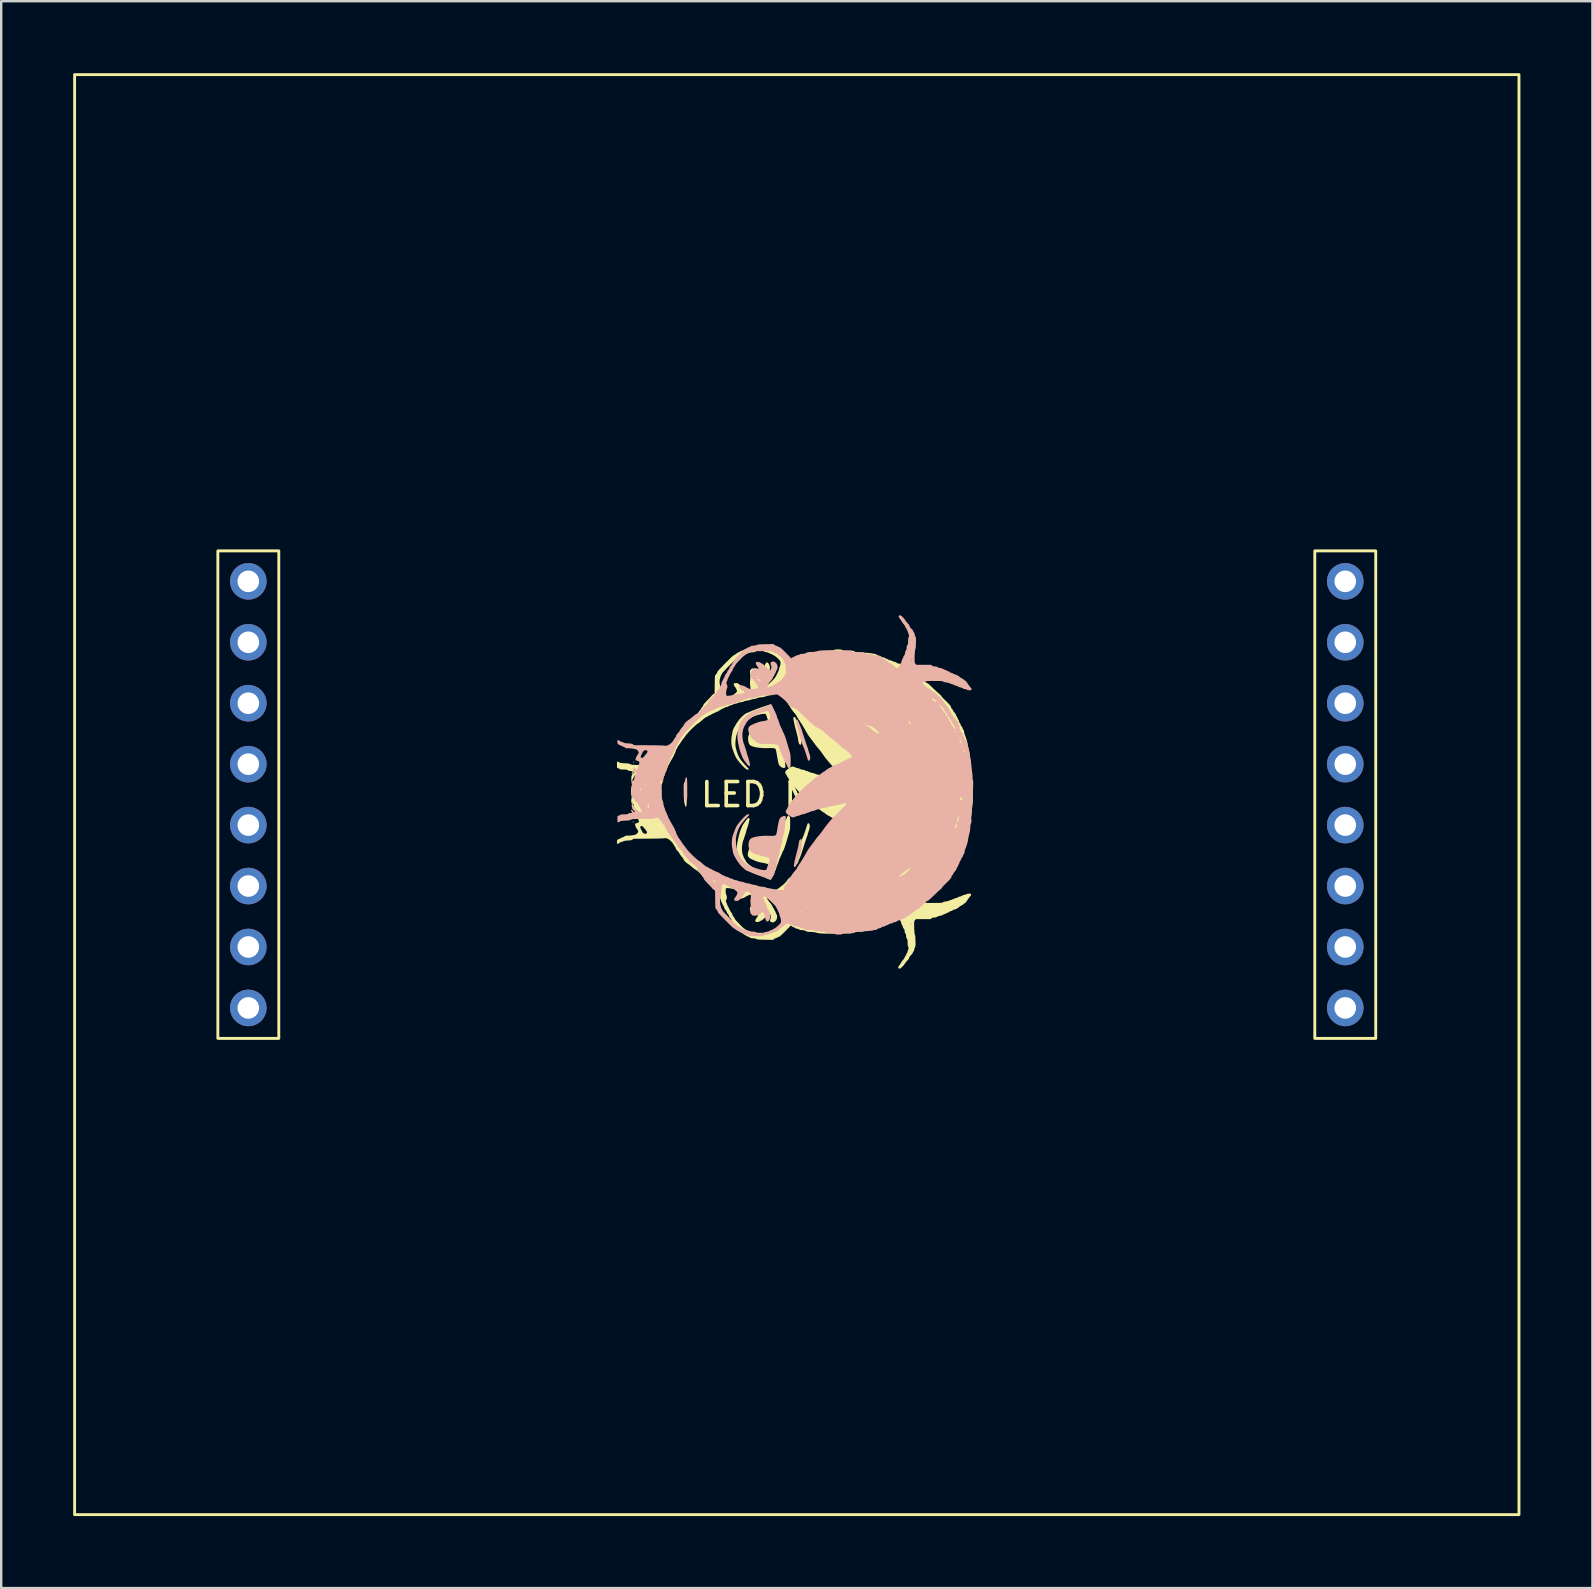
<source format=kicad_pcb>
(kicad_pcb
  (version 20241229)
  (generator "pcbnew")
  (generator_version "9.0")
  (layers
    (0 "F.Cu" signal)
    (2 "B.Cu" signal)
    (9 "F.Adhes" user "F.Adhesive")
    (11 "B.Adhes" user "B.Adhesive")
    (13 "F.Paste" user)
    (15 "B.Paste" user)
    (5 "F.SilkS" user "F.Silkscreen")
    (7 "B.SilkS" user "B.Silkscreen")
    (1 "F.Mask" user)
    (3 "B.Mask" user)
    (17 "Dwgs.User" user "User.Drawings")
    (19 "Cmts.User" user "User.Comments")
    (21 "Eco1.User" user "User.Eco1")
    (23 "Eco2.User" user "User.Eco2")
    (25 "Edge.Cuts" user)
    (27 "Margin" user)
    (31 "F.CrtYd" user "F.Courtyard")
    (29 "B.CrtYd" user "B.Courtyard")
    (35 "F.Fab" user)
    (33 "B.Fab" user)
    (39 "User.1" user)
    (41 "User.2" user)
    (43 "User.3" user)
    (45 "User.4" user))
  (footprint "LED Matrix"
    (layer "F.Cu")
    (at 30.16 30.07)
    (property "Reference" "LED Matrix" (at 0.012 0 0) (unlocked yes) (layer "F.SilkS") (effects (font (size 1 1) (thickness 0.15))))
    (attr through_hole)
    (fp_rect (start -30.1 -30.01) (end 30.1 30.01) (stroke (width 0.12) (type default)) (fill no) (layer "F.SilkS"))
    (fp_rect (start -24.13 -10.16) (end -21.59 10.16) (stroke (width 0.12) (type default)) (fill no) (layer "F.SilkS"))
    (fp_rect (start 21.59 -10.16) (end 24.13 10.16) (stroke (width 0.12) (type default)) (fill no) (layer "F.SilkS"))
    (fp_poly (pts (xy -6.812 1.162) (xy -6.821 1.165) (xy -6.832 1.146) (xy -6.835 1.13) (xy -6.829 1.109) (xy -6.821 1.104) (xy -6.811 1.116) (xy -6.808 1.139)) (stroke (width 0) (type solid)) (fill yes) (layer "F.SilkS"))
    (fp_poly (pts (xy -4.585 -0.074) (xy -4.586 0.034) (xy -4.587 0.158) (xy -4.589 0.258) (xy -4.591 0.337) (xy -4.593 0.396) (xy -4.597 0.438) (xy -4.601 0.467) (xy -4.605 0.484) (xy -4.609 0.489) (xy -4.624 0.502) (xy -4.636 0.5) (xy -4.648 0.48) (xy -4.661 0.44) (xy -4.676 0.376) (xy -4.679 0.361) (xy -4.689 0.312) (xy -4.697 0.26) (xy -4.702 0.201) (xy -4.706 0.131) (xy -4.709 0.044) (xy -4.711 -0.065) (xy -4.711 -0.075) (xy -4.712 -0.166) (xy -4.713 -0.249) (xy -4.713 -0.321) (xy -4.712 -0.376) (xy -4.711 -0.411) (xy -4.71 -0.419) (xy -4.7 -0.469) (xy -4.692 -0.497) (xy -4.681 -0.51) (xy -4.666 -0.512) (xy -4.655 -0.511) (xy -4.636 -0.507) (xy -4.621 -0.497) (xy -4.609 -0.48) (xy -4.6 -0.452) (xy -4.593 -0.412) (xy -4.589 -0.356) (xy -4.586 -0.283) (xy -4.585 -0.19)) (stroke (width 0) (type solid)) (fill yes) (layer "F.SilkS"))
    (fp_poly (pts (xy 0.187 -2.139) (xy 0.182 -2.108) (xy 0.167 -2.083) (xy 0.143 -2.079) (xy 0.116 -2.095) (xy 0.096 -2.119) (xy 0.082 -2.155) (xy 0.069 -2.205) (xy 0.062 -2.251) (xy 0.055 -2.305) (xy 0.044 -2.365) (xy 0.029 -2.436) (xy 0.008 -2.522) (xy -0.02 -2.627) (xy -0.039 -2.698) (xy -0.074 -2.83) (xy -0.101 -2.948) (xy -0.125 -3.067) (xy -0.142 -3.163) (xy -0.143 -3.198) (xy -0.136 -3.221) (xy -0.115 -3.234) (xy -0.093 -3.235) (xy -0.07 -3.225) (xy -0.054 -3.2) (xy -0.044 -3.17) (xy -0.028 -3.122) (xy -0.012 -3.079) (xy -0.007 -3.068) (xy 0.005 -3.037) (xy 0.023 -2.989) (xy 0.042 -2.932) (xy 0.048 -2.913) (xy 0.066 -2.859) (xy 0.082 -2.811) (xy 0.094 -2.779) (xy 0.096 -2.772) (xy 0.13 -2.678) (xy 0.157 -2.57) (xy 0.177 -2.455) (xy 0.189 -2.34) (xy 0.193 -2.232)) (stroke (width 0) (type solid)) (fill yes) (layer "F.SilkS"))
    (fp_poly (pts (xy 0.535 1.381) (xy 0.518 1.455) (xy 0.507 1.486) (xy 0.486 1.544) (xy 0.467 1.606) (xy 0.458 1.643) (xy 0.448 1.687) (xy 0.437 1.72) (xy 0.431 1.732) (xy 0.424 1.748) (xy 0.41 1.787) (xy 0.39 1.845) (xy 0.366 1.918) (xy 0.337 2.004) (xy 0.306 2.098) (xy 0.274 2.198) (xy 0.242 2.301) (xy 0.21 2.402) (xy 0.194 2.452) (xy 0.171 2.521) (xy 0.143 2.595) (xy 0.116 2.659) (xy 0.113 2.664) (xy 0.092 2.712) (xy 0.076 2.751) (xy 0.068 2.774) (xy 0.068 2.776) (xy 0.061 2.801) (xy 0.044 2.837) (xy 0.022 2.875) (xy 0.002 2.903) (xy -0.004 2.909) (xy -0.025 2.916) (xy -0.04 2.9) (xy -0.049 2.867) (xy -0.051 2.821) (xy -0.047 2.767) (xy -0.034 2.709) (xy -0.034 2.709) (xy -0.007 2.616) (xy 0.014 2.545) (xy 0.029 2.491) (xy 0.04 2.449) (xy 0.048 2.415) (xy 0.054 2.385) (xy 0.057 2.371) (xy 0.064 2.335) (xy 0.074 2.294) (xy 0.087 2.246) (xy 0.106 2.185) (xy 0.131 2.108) (xy 0.163 2.01) (xy 0.166 2.001) (xy 0.2 1.901) (xy 0.23 1.823) (xy 0.257 1.764) (xy 0.28 1.711) (xy 0.308 1.637) (xy 0.34 1.544) (xy 0.375 1.438) (xy 0.411 1.321) (xy 0.425 1.275) (xy 0.445 1.221) (xy 0.467 1.192) (xy 0.49 1.19) (xy 0.515 1.211) (xy 0.534 1.253) (xy 0.541 1.312)) (stroke (width 0) (type solid)) (fill yes) (layer "F.SilkS"))
    (fp_poly (pts (xy -0.479 -1.134) (xy -0.497 -1.121) (xy -0.501 -1.12) (xy -0.549 -1.112) (xy -0.604 -1.124) (xy -0.66 -1.155) (xy -0.699 -1.188) (xy -0.735 -1.233) (xy -0.757 -1.284) (xy -0.766 -1.318) (xy -0.787 -1.419) (xy -0.804 -1.501) (xy -0.817 -1.57) (xy -0.828 -1.634) (xy -0.839 -1.699) (xy -0.843 -1.726) (xy -0.854 -1.788) (xy -0.866 -1.842) (xy -0.878 -1.882) (xy -0.885 -1.897) (xy -0.904 -1.916) (xy -0.936 -1.93) (xy -0.983 -1.938) (xy -1.049 -1.942) (xy -1.136 -1.941) (xy -1.207 -1.938) (xy -1.373 -1.937) (xy -1.541 -1.949) (xy -1.701 -1.973) (xy -1.809 -1.999) (xy -1.889 -2.026) (xy -1.946 -2.062) (xy -1.986 -2.11) (xy -2.011 -2.176) (xy -2.022 -2.225) (xy -2.032 -2.339) (xy -2.019 -2.441) (xy -1.982 -2.528) (xy -1.922 -2.602) (xy -1.84 -2.661) (xy -1.736 -2.705) (xy -1.658 -2.726) (xy -1.607 -2.739) (xy -1.551 -2.756) (xy -1.529 -2.764) (xy -1.474 -2.782) (xy -1.415 -2.796) (xy -1.395 -2.799) (xy -1.344 -2.809) (xy -1.283 -2.824) (xy -1.244 -2.835) (xy -1.191 -2.856) (xy -1.16 -2.881) (xy -1.149 -2.913) (xy -1.156 -2.959) (xy -1.178 -3.021) (xy -1.197 -3.073) (xy -1.213 -3.123) (xy -1.221 -3.154) (xy -1.232 -3.199) (xy -1.248 -3.239) (xy -1.248 -3.24) (xy -1.262 -3.275) (xy -1.267 -3.302) (xy -1.276 -3.33) (xy -1.293 -3.351) (xy -1.327 -3.365) (xy -1.381 -3.368) (xy -1.451 -3.361) (xy -1.534 -3.345) (xy -1.626 -3.321) (xy -1.722 -3.29) (xy -1.82 -3.255) (xy -1.916 -3.215) (xy -2.005 -3.173) (xy -2.085 -3.129) (xy -2.151 -3.085) (xy -2.19 -3.051) (xy -2.26 -2.98) (xy -2.311 -2.92) (xy -2.345 -2.87) (xy -2.354 -2.854) (xy -2.374 -2.819) (xy -2.391 -2.792) (xy -2.392 -2.792) (xy -2.405 -2.769) (xy -2.422 -2.73) (xy -2.439 -2.684) (xy -2.458 -2.633) (xy -2.476 -2.585) (xy -2.488 -2.556) (xy -2.523 -2.451) (xy -2.546 -2.322) (xy -2.556 -2.199) (xy -2.559 -2.121) (xy -2.558 -2.06) (xy -2.552 -2.006) (xy -2.54 -1.95) (xy -2.536 -1.929) (xy -2.501 -1.799) (xy -2.463 -1.688) (xy -2.42 -1.591) (xy -2.368 -1.499) (xy -2.302 -1.407) (xy -2.22 -1.308) (xy -2.179 -1.262) (xy -2.13 -1.209) (xy -2.087 -1.163) (xy -2.052 -1.127) (xy -2.031 -1.106) (xy -2.026 -1.103) (xy -2.011 -1.082) (xy -2.01 -1.056) (xy -2.022 -1.037) (xy -2.025 -1.036) (xy -2.046 -1.038) (xy -2.081 -1.05) (xy -2.104 -1.061) (xy -2.14 -1.086) (xy -2.189 -1.129) (xy -2.245 -1.185) (xy -2.306 -1.251) (xy -2.368 -1.322) (xy -2.427 -1.394) (xy -2.479 -1.462) (xy -2.52 -1.524) (xy -2.532 -1.543) (xy -2.552 -1.583) (xy -2.578 -1.641) (xy -2.607 -1.712) (xy -2.636 -1.788) (xy -2.664 -1.862) (xy -2.687 -1.927) (xy -2.699 -1.97) (xy -2.715 -2.046) (xy -2.725 -2.138) (xy -2.729 -2.236) (xy -2.726 -2.33) (xy -2.717 -2.408) (xy -2.705 -2.474) (xy -2.692 -2.549) (xy -2.684 -2.599) (xy -2.67 -2.664) (xy -2.645 -2.732) (xy -2.607 -2.807) (xy -2.56 -2.886) (xy -2.545 -2.912) (xy -2.526 -2.946) (xy -2.526 -2.947) (xy -2.504 -2.983) (xy -2.474 -3.025) (xy -2.461 -3.042) (xy -2.431 -3.081) (xy -2.404 -3.119) (xy -2.396 -3.131) (xy -2.371 -3.163) (xy -2.333 -3.204) (xy -2.287 -3.249) (xy -2.236 -3.295) (xy -2.187 -3.337) (xy -2.143 -3.371) (xy -2.11 -3.393) (xy -2.093 -3.399) (xy -2.077 -3.404) (xy -2.043 -3.417) (xy -1.996 -3.437) (xy -1.944 -3.459) (xy -1.891 -3.483) (xy -1.865 -3.495) (xy -1.827 -3.51) (xy -1.797 -3.519) (xy -1.791 -3.52) (xy -1.765 -3.527) (xy -1.745 -3.538) (xy -1.715 -3.554) (xy -1.674 -3.57) (xy -1.664 -3.573) (xy -1.616 -3.589) (xy -1.568 -3.606) (xy -1.563 -3.607) (xy -1.492 -3.634) (xy -1.415 -3.66) (xy -1.338 -3.685) (xy -1.265 -3.706) (xy -1.201 -3.724) (xy -1.151 -3.736) (xy -1.118 -3.741) (xy -1.111 -3.741) (xy -1.071 -3.717) (xy -1.035 -3.671) (xy -1.012 -3.631) (xy -0.992 -3.596) (xy -0.976 -3.573) (xy -0.971 -3.568) (xy -0.962 -3.551) (xy -0.952 -3.518) (xy -0.95 -3.503) (xy -0.942 -3.469) (xy -0.929 -3.416) (xy -0.912 -3.35) (xy -0.892 -3.279) (xy -0.888 -3.264) (xy -0.869 -3.191) (xy -0.852 -3.122) (xy -0.84 -3.062) (xy -0.833 -3.02) (xy -0.833 -3.015) (xy -0.826 -2.959) (xy -0.813 -2.902) (xy -0.807 -2.886) (xy -0.783 -2.815) (xy -0.759 -2.737) (xy -0.739 -2.661) (xy -0.725 -2.598) (xy -0.722 -2.576) (xy -0.71 -2.505) (xy -0.691 -2.419) (xy -0.669 -2.332) (xy -0.646 -2.255) (xy -0.646 -2.253) (xy -0.632 -2.2) (xy -0.62 -2.135) (xy -0.613 -2.078) (xy -0.606 -2.024) (xy -0.597 -1.979) (xy -0.588 -1.951) (xy -0.587 -1.949) (xy -0.576 -1.922) (xy -0.563 -1.879) (xy -0.553 -1.835) (xy -0.542 -1.777) (xy -0.531 -1.72) (xy -0.524 -1.687) (xy -0.518 -1.65) (xy -0.512 -1.594) (xy -0.505 -1.526) (xy -0.499 -1.452) (xy -0.498 -1.437) (xy -0.492 -1.363) (xy -0.486 -1.294) (xy -0.481 -1.236) (xy -0.477 -1.197) (xy -0.476 -1.191) (xy -0.473 -1.154)) (stroke (width 0) (type solid)) (fill yes) (layer "F.SilkS"))
    (fp_poly (pts (xy -0.277 1.199) (xy -0.277 1.281) (xy -0.279 1.347) (xy -0.282 1.402) (xy -0.289 1.454) (xy -0.299 1.507) (xy -0.315 1.567) (xy -0.336 1.641) (xy -0.364 1.735) (xy -0.365 1.738) (xy -0.383 1.8) (xy -0.404 1.87) (xy -0.419 1.92) (xy -0.444 2.007) (xy -0.465 2.076) (xy -0.484 2.132) (xy -0.502 2.184) (xy -0.522 2.239) (xy -0.529 2.257) (xy -0.551 2.308) (xy -0.57 2.351) (xy -0.585 2.378) (xy -0.589 2.383) (xy -0.604 2.406) (xy -0.606 2.416) (xy -0.611 2.436) (xy -0.626 2.471) (xy -0.641 2.506) (xy -0.676 2.58) (xy -0.702 2.638) (xy -0.723 2.688) (xy -0.741 2.738) (xy -0.761 2.797) (xy -0.763 2.803) (xy -0.781 2.857) (xy -0.798 2.902) (xy -0.812 2.932) (xy -0.816 2.938) (xy -0.829 2.965) (xy -0.84 3.002) (xy -0.84 3.005) (xy -0.853 3.056) (xy -0.877 3.12) (xy -0.913 3.202) (xy -0.961 3.302) (xy -0.987 3.354) (xy -1.016 3.413) (xy -1.041 3.465) (xy -1.057 3.504) (xy -1.064 3.525) (xy -1.064 3.526) (xy -1.075 3.543) (xy -1.104 3.547) (xy -1.146 3.539) (xy -1.195 3.517) (xy -1.198 3.516) (xy -1.232 3.5) (xy -1.258 3.491) (xy -1.261 3.49) (xy -1.282 3.481) (xy -1.292 3.472) (xy -1.317 3.454) (xy -1.345 3.444) (xy -1.381 3.432) (xy -1.424 3.415) (xy -1.435 3.41) (xy -1.504 3.38) (xy -1.553 3.359) (xy -1.585 3.347) (xy -1.605 3.343) (xy -1.61 3.342) (xy -1.64 3.336) (xy -1.688 3.318) (xy -1.748 3.291) (xy -1.817 3.258) (xy -1.888 3.222) (xy -1.957 3.184) (xy -2.018 3.148) (xy -2.067 3.116) (xy -2.086 3.102) (xy -2.174 3.026) (xy -2.252 2.948) (xy -2.316 2.873) (xy -2.357 2.813) (xy -2.399 2.724) (xy -2.435 2.616) (xy -2.464 2.496) (xy -2.485 2.372) (xy -2.496 2.252) (xy -2.496 2.144) (xy -2.492 2.109) (xy -2.478 2.01) (xy -2.458 1.902) (xy -2.434 1.791) (xy -2.408 1.683) (xy -2.381 1.586) (xy -2.355 1.508) (xy -2.348 1.488) (xy -2.328 1.438) (xy -2.303 1.378) (xy -2.287 1.337) (xy -2.259 1.28) (xy -2.222 1.219) (xy -2.195 1.182) (xy -2.155 1.131) (xy -2.114 1.075) (xy -2.089 1.04) (xy -2.05 0.993) (xy -2.016 0.971) (xy -1.989 0.973) (xy -1.974 0.998) (xy -1.972 1.044) (xy -1.98 1.084) (xy -1.99 1.125) (xy -2.004 1.179) (xy -2.018 1.237) (xy -2.019 1.239) (xy -2.033 1.292) (xy -2.047 1.336) (xy -2.058 1.365) (xy -2.059 1.367) (xy -2.068 1.391) (xy -2.082 1.434) (xy -2.098 1.49) (xy -2.11 1.536) (xy -2.126 1.597) (xy -2.142 1.653) (xy -2.156 1.694) (xy -2.163 1.711) (xy -2.176 1.744) (xy -2.19 1.79) (xy -2.196 1.812) (xy -2.207 1.853) (xy -2.219 1.884) (xy -2.224 1.893) (xy -2.236 1.919) (xy -2.249 1.965) (xy -2.262 2.025) (xy -2.274 2.092) (xy -2.283 2.161) (xy -2.288 2.224) (xy -2.288 2.225) (xy -2.284 2.352) (xy -2.261 2.476) (xy -2.221 2.59) (xy -2.192 2.648) (xy -2.164 2.697) (xy -2.138 2.743) (xy -2.122 2.774) (xy -2.095 2.816) (xy -2.056 2.859) (xy -2.002 2.908) (xy -1.928 2.965) (xy -1.922 2.97) (xy -1.875 3.004) (xy -1.834 3.032) (xy -1.791 3.057) (xy -1.742 3.084) (xy -1.679 3.117) (xy -1.621 3.146) (xy -1.535 3.181) (xy -1.427 3.215) (xy -1.303 3.246) (xy -1.253 3.257) (xy -1.22 3.255) (xy -1.194 3.233) (xy -1.175 3.188) (xy -1.16 3.12) (xy -1.151 3.067) (xy -1.143 3.021) (xy -1.138 2.992) (xy -1.138 2.957) (xy -1.156 2.928) (xy -1.193 2.903) (xy -1.253 2.88) (xy -1.322 2.862) (xy -1.382 2.848) (xy -1.436 2.838) (xy -1.476 2.831) (xy -1.491 2.83) (xy -1.531 2.824) (xy -1.59 2.808) (xy -1.663 2.784) (xy -1.743 2.753) (xy -1.826 2.718) (xy -1.907 2.68) (xy -1.926 2.671) (xy -1.988 2.627) (xy -2.028 2.572) (xy -2.044 2.508) (xy -2.042 2.469) (xy -2.021 2.365) (xy -1.993 2.281) (xy -1.955 2.209) (xy -1.903 2.141) (xy -1.836 2.074) (xy -1.757 2.005) (xy -1.687 1.955) (xy -1.62 1.92) (xy -1.55 1.9) (xy -1.469 1.89) (xy -1.37 1.889) (xy -1.363 1.889) (xy -1.261 1.89) (xy -1.16 1.888) (xy -1.065 1.884) (xy -0.98 1.878) (xy -0.908 1.87) (xy -0.854 1.86) (xy -0.821 1.85) (xy -0.815 1.845) (xy -0.802 1.828) (xy -0.788 1.8) (xy -0.769 1.757) (xy -0.745 1.696) (xy -0.718 1.623) (xy -0.703 1.587) (xy -0.691 1.56) (xy -0.688 1.556) (xy -0.679 1.537) (xy -0.664 1.501) (xy -0.645 1.453) (xy -0.641 1.441) (xy -0.618 1.381) (xy -0.593 1.321) (xy -0.571 1.272) (xy -0.571 1.271) (xy -0.553 1.231) (xy -0.541 1.201) (xy -0.539 1.19) (xy -0.532 1.173) (xy -0.514 1.141) (xy -0.495 1.111) (xy -0.463 1.057) (xy -0.431 0.997) (xy -0.418 0.969) (xy -0.39 0.911) (xy -0.367 0.876) (xy -0.347 0.866) (xy -0.327 0.878) (xy -0.304 0.911) (xy -0.299 0.92) (xy -0.29 0.939) (xy -0.284 0.964) (xy -0.28 0.999) (xy -0.278 1.048) (xy -0.277 1.116)) (stroke (width 0) (type solid)) (fill yes) (layer "F.SilkS"))
    (fp_poly (pts (xy 7.333 0.315) (xy 7.331 0.355) (xy 7.327 0.376) (xy 7.323 0.382) (xy 7.315 0.4) (xy 7.31 0.443) (xy 7.307 0.505) (xy 7.307 0.508) (xy 7.305 0.571) (xy 7.301 0.632) (xy 7.295 0.679) (xy 7.293 0.686) (xy 7.286 0.725) (xy 7.279 0.782) (xy 7.272 0.849) (xy 7.267 0.902) (xy 7.261 0.969) (xy 7.254 1.031) (xy 7.247 1.079) (xy 7.241 1.104) (xy 7.233 1.147) (xy 7.228 1.199) (xy 7.227 1.22) (xy 7.224 1.269) (xy 7.218 1.313) (xy 7.214 1.328) (xy 7.205 1.361) (xy 7.196 1.411) (xy 7.188 1.461) (xy 7.178 1.525) (xy 7.165 1.593) (xy 7.156 1.637) (xy 7.143 1.687) (xy 7.128 1.753) (xy 7.111 1.822) (xy 7.105 1.848) (xy 7.087 1.92) (xy 7.069 1.97) (xy 7.048 2.006) (xy 7.036 2.021) (xy 7.012 2.05) (xy 6.999 2.072) (xy 6.998 2.076) (xy 6.992 2.094) (xy 6.976 2.128) (xy 6.959 2.162) (xy 6.933 2.214) (xy 6.908 2.268) (xy 6.897 2.296) (xy 6.877 2.338) (xy 6.856 2.371) (xy 6.848 2.38) (xy 6.829 2.401) (xy 6.823 2.415) (xy 6.817 2.433) (xy 6.805 2.467) (xy 6.797 2.483) (xy 6.781 2.531) (xy 6.767 2.588) (xy 6.763 2.616) (xy 6.75 2.676) (xy 6.73 2.713) (xy 6.727 2.716) (xy 6.707 2.747) (xy 6.701 2.773) (xy 6.69 2.803) (xy 6.659 2.849) (xy 6.619 2.895) (xy 6.577 2.943) (xy 6.541 2.992) (xy 6.515 3.033) (xy 6.51 3.042) (xy 6.489 3.08) (xy 6.467 3.107) (xy 6.46 3.112) (xy 6.439 3.134) (xy 6.427 3.166) (xy 6.415 3.196) (xy 6.391 3.239) (xy 6.36 3.284) (xy 6.358 3.286) (xy 6.328 3.329) (xy 6.306 3.366) (xy 6.297 3.39) (xy 6.297 3.392) (xy 6.288 3.414) (xy 6.264 3.447) (xy 6.235 3.478) (xy 6.196 3.519) (xy 6.158 3.565) (xy 6.125 3.609) (xy 6.103 3.645) (xy 6.095 3.667) (xy 6.085 3.682) (xy 6.06 3.711) (xy 6.022 3.752) (xy 5.975 3.801) (xy 5.923 3.853) (xy 5.869 3.907) (xy 5.817 3.957) (xy 5.771 4) (xy 5.733 4.033) (xy 5.709 4.053) (xy 5.701 4.057) (xy 5.677 4.066) (xy 5.656 4.084) (xy 5.633 4.104) (xy 5.618 4.111) (xy 5.599 4.119) (xy 5.574 4.139) (xy 5.543 4.165) (xy 5.506 4.19) (xy 5.454 4.217) (xy 5.427 4.231) (xy 5.393 4.253) (xy 5.353 4.287) (xy 5.313 4.327) (xy 5.277 4.368) (xy 5.25 4.405) (xy 5.237 4.433) (xy 5.237 4.441) (xy 5.255 4.457) (xy 5.275 4.461) (xy 5.307 4.469) (xy 5.344 4.487) (xy 5.346 4.488) (xy 5.36 4.497) (xy 5.377 4.503) (xy 5.399 4.508) (xy 5.431 4.511) (xy 5.475 4.513) (xy 5.536 4.514) (xy 5.616 4.515) (xy 5.72 4.514) (xy 5.823 4.514) (xy 5.904 4.513) (xy 5.964 4.512) (xy 6.008 4.51) (xy 6.038 4.506) (xy 6.059 4.501) (xy 6.074 4.495) (xy 6.087 4.487) (xy 6.087 4.486) (xy 6.125 4.467) (xy 6.185 4.454) (xy 6.222 4.449) (xy 6.289 4.44) (xy 6.334 4.426) (xy 6.348 4.417) (xy 6.381 4.399) (xy 6.406 4.394) (xy 6.435 4.388) (xy 6.477 4.372) (xy 6.519 4.353) (xy 6.566 4.332) (xy 6.607 4.318) (xy 6.631 4.313) (xy 6.662 4.305) (xy 6.7 4.287) (xy 6.712 4.279) (xy 6.753 4.258) (xy 6.793 4.246) (xy 6.803 4.245) (xy 6.841 4.237) (xy 6.883 4.217) (xy 6.89 4.212) (xy 6.929 4.19) (xy 6.967 4.179) (xy 6.974 4.178) (xy 7.011 4.172) (xy 7.054 4.156) (xy 7.065 4.151) (xy 7.112 4.134) (xy 7.163 4.126) (xy 7.211 4.126) (xy 7.245 4.135) (xy 7.251 4.14) (xy 7.267 4.172) (xy 7.258 4.205) (xy 7.245 4.22) (xy 7.224 4.242) (xy 7.193 4.281) (xy 7.156 4.329) (xy 7.118 4.382) (xy 7.084 4.432) (xy 7.066 4.461) (xy 7.043 4.493) (xy 7.024 4.512) (xy 7.017 4.515) (xy 6.996 4.525) (xy 6.983 4.537) (xy 6.963 4.555) (xy 6.929 4.58) (xy 6.888 4.607) (xy 6.85 4.631) (xy 6.82 4.646) (xy 6.809 4.65) (xy 6.792 4.659) (xy 6.767 4.682) (xy 6.76 4.69) (xy 6.733 4.716) (xy 6.711 4.73) (xy 6.708 4.731) (xy 6.686 4.738) (xy 6.659 4.756) (xy 6.624 4.775) (xy 6.58 4.788) (xy 6.575 4.789) (xy 6.532 4.801) (xy 6.496 4.822) (xy 6.493 4.825) (xy 6.458 4.845) (xy 6.426 4.852) (xy 6.384 4.864) (xy 6.356 4.886) (xy 6.325 4.909) (xy 6.293 4.92) (xy 6.292 4.92) (xy 6.26 4.927) (xy 6.243 4.94) (xy 6.22 4.956) (xy 6.183 4.971) (xy 6.171 4.975) (xy 6.125 4.991) (xy 6.083 5.013) (xy 6.077 5.017) (xy 6.041 5.034) (xy 5.991 5.048) (xy 5.961 5.053) (xy 5.897 5.067) (xy 5.849 5.089) (xy 5.846 5.092) (xy 5.813 5.111) (xy 5.771 5.12) (xy 5.731 5.122) (xy 5.681 5.124) (xy 5.648 5.133) (xy 5.621 5.152) (xy 5.617 5.155) (xy 5.581 5.189) (xy 5.274 5.189) (xy 4.967 5.189) (xy 4.93 5.228) (xy 4.914 5.246) (xy 4.903 5.265) (xy 4.896 5.29) (xy 4.893 5.327) (xy 4.891 5.383) (xy 4.891 5.413) (xy 4.891 5.495) (xy 4.893 5.579) (xy 4.898 5.658) (xy 4.904 5.73) (xy 4.911 5.79) (xy 4.918 5.832) (xy 4.926 5.852) (xy 4.927 5.853) (xy 4.933 5.87) (xy 4.939 5.914) (xy 4.943 5.981) (xy 4.946 6.072) (xy 4.946 6.092) (xy 4.948 6.177) (xy 4.948 6.239) (xy 4.947 6.284) (xy 4.943 6.315) (xy 4.938 6.338) (xy 4.929 6.356) (xy 4.923 6.367) (xy 4.904 6.41) (xy 4.895 6.455) (xy 4.895 6.459) (xy 4.885 6.506) (xy 4.868 6.53) (xy 4.846 6.561) (xy 4.834 6.592) (xy 4.818 6.626) (xy 4.79 6.661) (xy 4.783 6.668) (xy 4.731 6.719) (xy 4.696 6.766) (xy 4.68 6.804) (xy 4.679 6.812) (xy 4.67 6.842) (xy 4.651 6.867) (xy 4.596 6.925) (xy 4.547 6.983) (xy 4.508 7.035) (xy 4.49 7.064) (xy 4.468 7.096) (xy 4.433 7.138) (xy 4.391 7.181) (xy 4.384 7.187) (xy 4.332 7.231) (xy 4.293 7.253) (xy 4.263 7.254) (xy 4.24 7.234) (xy 4.231 7.217) (xy 4.226 7.199) (xy 4.231 7.178) (xy 4.247 7.149) (xy 4.278 7.106) (xy 4.28 7.103) (xy 4.313 7.059) (xy 4.339 7.018) (xy 4.355 6.99) (xy 4.356 6.987) (xy 4.372 6.96) (xy 4.4 6.923) (xy 4.428 6.891) (xy 4.461 6.85) (xy 4.486 6.81) (xy 4.496 6.785) (xy 4.511 6.747) (xy 4.531 6.719) (xy 4.553 6.689) (xy 4.564 6.658) (xy 4.577 6.625) (xy 4.592 6.604) (xy 4.607 6.581) (xy 4.618 6.545) (xy 4.619 6.539) (xy 4.63 6.492) (xy 4.646 6.444) (xy 4.648 6.441) (xy 4.66 6.406) (xy 4.66 6.381) (xy 4.646 6.35) (xy 4.644 6.346) (xy 4.632 6.313) (xy 4.624 6.269) (xy 4.62 6.207) (xy 4.619 6.173) (xy 4.618 6.111) (xy 4.615 6.068) (xy 4.608 6.039) (xy 4.596 6.017) (xy 4.588 6.006) (xy 4.567 5.97) (xy 4.559 5.924) (xy 4.558 5.896) (xy 4.554 5.849) (xy 4.545 5.815) (xy 4.54 5.807) (xy 4.506 5.758) (xy 4.493 5.696) (xy 4.493 5.677) (xy 4.488 5.632) (xy 4.471 5.6) (xy 4.458 5.587) (xy 4.434 5.556) (xy 4.423 5.526) (xy 4.423 5.523) (xy 4.415 5.493) (xy 4.397 5.455) (xy 4.39 5.444) (xy 4.368 5.4) (xy 4.351 5.347) (xy 4.348 5.333) (xy 4.337 5.287) (xy 4.319 5.257) (xy 4.314 5.252) (xy 4.293 5.227) (xy 4.28 5.195) (xy 4.266 5.16) (xy 4.241 5.119) (xy 4.231 5.105) (xy 4.205 5.075) (xy 4.181 5.058) (xy 4.154 5.055) (xy 4.123 5.067) (xy 4.081 5.096) (xy 4.027 5.142) (xy 3.992 5.173) (xy 3.962 5.201) (xy 3.936 5.224) (xy 3.936 5.224) (xy 3.909 5.24) (xy 3.893 5.243) (xy 3.872 5.252) (xy 3.839 5.274) (xy 3.801 5.306) (xy 3.798 5.309) (xy 3.754 5.345) (xy 3.709 5.375) (xy 3.676 5.391) (xy 3.633 5.41) (xy 3.597 5.434) (xy 3.594 5.437) (xy 3.553 5.472) (xy 3.52 5.496) (xy 3.484 5.514) (xy 3.448 5.528) (xy 3.408 5.544) (xy 3.381 5.559) (xy 3.373 5.567) (xy 3.359 5.574) (xy 3.325 5.578) (xy 3.279 5.58) (xy 3.217 5.583) (xy 3.168 5.595) (xy 3.126 5.614) (xy 3.084 5.633) (xy 3.042 5.643) (xy 2.989 5.647) (xy 2.96 5.648) (xy 2.903 5.649) (xy 2.863 5.655) (xy 2.832 5.666) (xy 2.808 5.681) (xy 2.788 5.694) (xy 2.769 5.703) (xy 2.745 5.709) (xy 2.712 5.712) (xy 2.665 5.714) (xy 2.599 5.715) (xy 2.54 5.715) (xy 2.459 5.715) (xy 2.4 5.716) (xy 2.358 5.718) (xy 2.33 5.722) (xy 2.31 5.729) (xy 2.294 5.739) (xy 2.279 5.751) (xy 2.237 5.786) (xy 1.655 5.792) (xy 1.495 5.794) (xy 1.36 5.794) (xy 1.245 5.794) (xy 1.15 5.792) (xy 1.07 5.79) (xy 1.003 5.785) (xy 0.946 5.779) (xy 0.897 5.772) (xy 0.852 5.763) (xy 0.809 5.751) (xy 0.796 5.747) (xy 0.74 5.735) (xy 0.666 5.727) (xy 0.582 5.722) (xy 0.58 5.722) (xy 0.513 5.72) (xy 0.465 5.716) (xy 0.429 5.708) (xy 0.396 5.696) (xy 0.372 5.684) (xy 0.314 5.659) (xy 0.254 5.648) (xy 0.223 5.647) (xy 0.162 5.643) (xy 0.115 5.628) (xy 0.091 5.615) (xy 0.053 5.597) (xy 0.021 5.589) (xy 0.013 5.59) (xy -0.016 5.587) (xy -0.054 5.569) (xy -0.064 5.562) (xy -0.103 5.539) (xy -0.141 5.522) (xy -0.15 5.519) (xy -0.187 5.503) (xy -0.209 5.485) (xy -0.233 5.466) (xy -0.256 5.459) (xy -0.268 5.466) (xy -0.269 5.469) (xy -0.278 5.482) (xy -0.303 5.509) (xy -0.34 5.549) (xy -0.386 5.597) (xy -0.437 5.649) (xy -0.489 5.703) (xy -0.541 5.754) (xy -0.586 5.799) (xy -0.624 5.835) (xy -0.648 5.857) (xy -0.657 5.863) (xy -0.671 5.873) (xy -0.683 5.888) (xy -0.706 5.909) (xy -0.741 5.922) (xy -0.784 5.937) (xy -0.818 5.958) (xy -0.853 5.977) (xy -0.886 5.985) (xy -0.919 5.995) (xy -0.951 6.019) (xy -0.952 6.019) (xy -0.984 6.054) (xy -1.314 6.048) (xy -1.419 6.046) (xy -1.5 6.044) (xy -1.561 6.041) (xy -1.606 6.038) (xy -1.638 6.033) (xy -1.66 6.028) (xy -1.676 6.021) (xy -1.681 6.018) (xy -1.723 6.001) (xy -1.789 5.99) (xy -1.826 5.987) (xy -1.883 5.983) (xy -1.919 5.976) (xy -1.944 5.966) (xy -1.964 5.949) (xy -1.965 5.948) (xy -1.997 5.924) (xy -2.021 5.921) (xy -2.051 5.917) (xy -2.07 5.902) (xy -2.098 5.882) (xy -2.138 5.863) (xy -2.147 5.86) (xy -2.178 5.844) (xy -2.223 5.811) (xy -2.277 5.764) (xy -2.337 5.708) (xy -2.4 5.647) (xy -2.461 5.584) (xy -2.516 5.524) (xy -2.562 5.468) (xy -2.595 5.423) (xy -2.6 5.414) (xy -2.626 5.371) (xy -2.648 5.336) (xy -2.662 5.319) (xy -2.68 5.295) (xy -2.7 5.26) (xy -2.702 5.255) (xy -2.732 5.195) (xy -2.756 5.155) (xy -2.777 5.131) (xy -2.791 5.121) (xy -2.812 5.098) (xy -2.817 5.077) (xy -2.828 5.036) (xy -2.86 4.987) (xy -2.887 4.957) (xy -2.906 4.931) (xy -2.911 4.912) (xy -2.92 4.886) (xy -2.944 4.845) (xy -2.978 4.797) (xy -2.994 4.778) (xy -3.012 4.746) (xy -3.026 4.705) (xy -3.026 4.704) (xy -3.04 4.664) (xy -3.06 4.634) (xy -3.061 4.633) (xy -3.081 4.605) (xy -3.087 4.583) (xy -3.095 4.556) (xy -3.115 4.524) (xy -3.12 4.518) (xy -3.149 4.464) (xy -3.154 4.429) (xy -3.164 4.379) (xy -3.191 4.321) (xy -3.194 4.315) (xy -3.217 4.275) (xy -3.231 4.243) (xy -3.235 4.229) (xy -3.245 4.204) (xy -3.256 4.191) (xy -3.274 4.171) (xy -3.301 4.136) (xy -3.327 4.098) (xy -3.354 4.056) (xy -3.377 4.022) (xy -3.39 4.003) (xy -3.404 3.987) (xy -3.433 3.956) (xy -3.474 3.913) (xy -3.523 3.864) (xy -3.546 3.84) (xy -3.603 3.781) (xy -3.649 3.729) (xy -3.682 3.688) (xy -3.698 3.661) (xy -3.699 3.658) (xy -3.715 3.619) (xy -3.735 3.586) (xy -3.75 3.568) (xy -3.781 3.536) (xy -3.822 3.492) (xy -3.872 3.442) (xy -3.925 3.387) (xy -3.979 3.332) (xy -4.03 3.281) (xy -4.075 3.236) (xy -4.111 3.202) (xy -4.133 3.181) (xy -4.138 3.177) (xy -4.213 3.135) (xy -4.292 3.08) (xy -4.362 3.023) (xy -4.373 3.013) (xy -4.419 2.972) (xy -4.466 2.934) (xy -4.505 2.906) (xy -4.506 2.906) (xy -4.56 2.87) (xy -4.613 2.827) (xy -4.659 2.784) (xy -4.694 2.744) (xy -4.71 2.713) (xy -4.711 2.713) (xy -4.723 2.687) (xy -4.749 2.647) (xy -4.784 2.601) (xy -4.805 2.575) (xy -4.842 2.527) (xy -4.874 2.484) (xy -4.895 2.451) (xy -4.9 2.44) (xy -4.914 2.413) (xy -4.942 2.377) (xy -4.974 2.342) (xy -5.018 2.29) (xy -5.043 2.245) (xy -5.047 2.231) (xy -5.06 2.193) (xy -5.08 2.164) (xy -5.08 2.164) (xy -5.099 2.14) (xy -5.124 2.101) (xy -5.142 2.067) (xy -5.189 1.997) (xy -5.257 1.926) (xy -5.268 1.916) (xy -5.341 1.86) (xy -5.408 1.826) (xy -5.474 1.814) (xy -5.54 1.82) (xy -5.566 1.823) (xy -5.616 1.825) (xy -5.687 1.828) (xy -5.775 1.83) (xy -5.878 1.832) (xy -5.993 1.834) (xy -6.116 1.835) (xy -6.201 1.836) (xy -6.801 1.839) (xy -6.847 1.872) (xy -6.871 1.887) (xy -6.898 1.897) (xy -6.934 1.904) (xy -6.985 1.909) (xy -7.043 1.912) (xy -7.123 1.918) (xy -7.181 1.926) (xy -7.217 1.937) (xy -7.226 1.942) (xy -7.262 1.959) (xy -7.306 1.972) (xy -7.313 1.973) (xy -7.358 1.987) (xy -7.396 2.01) (xy -7.401 2.013) (xy -7.434 2.037) (xy -7.465 2.052) (xy -7.482 2.054) (xy -7.491 2.046) (xy -7.495 2.023) (xy -7.495 1.98) (xy -7.494 1.934) (xy -7.487 1.905) (xy -7.472 1.884) (xy -7.46 1.874) (xy -7.422 1.851) (xy -7.377 1.832) (xy -7.372 1.83) (xy -7.335 1.816) (xy -7.308 1.8) (xy -7.305 1.796) (xy -7.28 1.782) (xy -7.259 1.778) (xy -7.229 1.77) (xy -7.193 1.749) (xy -7.186 1.743) (xy -7.159 1.723) (xy -7.132 1.713) (xy -7.094 1.709) (xy -7.053 1.709) (xy -6.975 1.708) (xy -6.893 1.701) (xy -6.815 1.689) (xy -6.748 1.674) (xy -6.701 1.657) (xy -6.701 1.657) (xy -6.66 1.627) (xy -6.629 1.586) (xy -6.611 1.543) (xy -6.612 1.509) (xy -6.627 1.48) (xy -6.652 1.445) (xy -6.658 1.437) (xy -6.683 1.402) (xy -6.706 1.356) (xy -6.725 1.308) (xy -6.738 1.262) (xy -6.743 1.228) (xy -6.737 1.21) (xy -6.71 1.2) (xy -6.703 1.199) (xy -6.681 1.194) (xy -6.646 1.181) (xy -6.632 1.175) (xy -6.597 1.155) (xy -6.581 1.131) (xy -6.581 1.097) (xy -6.598 1.047) (xy -6.603 1.035) (xy -6.622 0.985) (xy -6.636 0.934) (xy -6.638 0.922) (xy -6.651 0.88) (xy -6.671 0.844) (xy -6.675 0.84) (xy -6.701 0.811) (xy -6.762 0.87) (xy -6.793 0.9) (xy -6.814 0.913) (xy -6.826 0.906) (xy -6.833 0.878) (xy -6.839 0.825) (xy -6.84 0.814) (xy -6.847 0.763) (xy -6.858 0.732) (xy -6.874 0.715) (xy -6.895 0.69) (xy -6.902 0.657) (xy -6.895 0.63) (xy -6.893 0.628) (xy -6.877 0.627) (xy -6.859 0.642) (xy -6.849 0.664) (xy -6.848 0.669) (xy -6.836 0.695) (xy -6.808 0.72) (xy -6.771 0.737) (xy -6.75 0.74) (xy -6.725 0.736) (xy -6.715 0.722) (xy -6.721 0.693) (xy -6.744 0.646) (xy -6.745 0.644) (xy -6.764 0.596) (xy -6.779 0.538) (xy -6.785 0.503) (xy -6.792 0.447) (xy -6.8 0.41) (xy -6.812 0.388) (xy -6.833 0.372) (xy -6.852 0.363) (xy -6.88 0.346) (xy -6.893 0.324) (xy -6.899 0.287) (xy -6.9 0.282) (xy -6.899 0.231) (xy -6.892 0.174) (xy -6.887 0.15) (xy -6.878 0.104) (xy -6.878 0.071) (xy -6.888 0.041) (xy -6.891 0.035) (xy -6.9 0.000287) (xy -6.905 -0.055) (xy -6.907 -0.123) (xy -6.906 -0.199) (xy -6.9 -0.275) (xy -6.897 -0.305) (xy -6.893 -0.339) (xy -6.89 -0.362) (xy -6.877 -0.374) (xy -6.846 -0.376) (xy -6.82 -0.376) (xy -6.805 -0.385) (xy -6.794 -0.412) (xy -6.789 -0.432) (xy -6.769 -0.484) (xy -6.743 -0.508) (xy -6.69 -0.545) (xy -6.647 -0.595) (xy -6.632 -0.623) (xy -6.617 -0.65) (xy -6.605 -0.662) (xy -6.605 -0.662) (xy -6.595 -0.674) (xy -6.582 -0.704) (xy -6.575 -0.728) (xy -6.553 -0.78) (xy -6.539 -0.804) (xy -6.539 -0.05) (xy -6.551 -0.044) (xy -6.561 -0.015) (xy -6.564 0.016) (xy -6.558 0.045) (xy -6.545 0.053) (xy -6.53 0.042) (xy -6.525 0.009) (xy -6.525 0.006) (xy -6.529 -0.034) (xy -6.539 -0.05) (xy -6.539 -0.804) (xy -6.523 -0.832) (xy -6.511 -0.848) (xy -6.482 -0.892) (xy -6.476 -0.923) (xy -6.493 -0.941) (xy -6.521 -0.945) (xy -6.579 -0.939) (xy -6.618 -0.918) (xy -6.64 -0.889) (xy -6.659 -0.863) (xy -6.676 -0.851) (xy -6.677 -0.851) (xy -6.704 -0.841) (xy -6.737 -0.816) (xy -6.768 -0.784) (xy -6.789 -0.753) (xy -6.794 -0.736) (xy -6.803 -0.705) (xy -6.823 -0.67) (xy -6.826 -0.666) (xy -6.853 -0.615) (xy -6.869 -0.547) (xy -6.88 -0.466) (xy -6.892 -0.561) (xy -6.9 -0.666) (xy -6.893 -0.751) (xy -6.872 -0.818) (xy -6.834 -0.868) (xy -6.787 -0.902) (xy -6.747 -0.924) (xy -6.784 -0.929) (xy -6.811 -0.935) (xy -6.821 -0.944) (xy -6.833 -0.959) (xy -6.864 -0.973) (xy -6.907 -0.982) (xy -6.948 -0.986) (xy -7.01 -0.996) (xy -7.044 -1.015) (xy -7.064 -1.029) (xy -7.089 -1.038) (xy -7.123 -1.043) (xy -7.173 -1.045) (xy -7.217 -1.045) (xy -7.282 -1.046) (xy -7.327 -1.05) (xy -7.358 -1.056) (xy -7.382 -1.067) (xy -7.396 -1.077) (xy -7.431 -1.097) (xy -7.463 -1.107) (xy -7.467 -1.107) (xy -7.48 -1.108) (xy -7.488 -1.116) (xy -7.493 -1.136) (xy -7.495 -1.171) (xy -7.495 -1.228) (xy -7.495 -1.242) (xy -7.495 -1.303) (xy -7.493 -1.342) (xy -7.489 -1.364) (xy -7.482 -1.374) (xy -7.47 -1.376) (xy -7.468 -1.377) (xy -7.439 -1.369) (xy -7.404 -1.35) (xy -7.4 -1.346) (xy -7.38 -1.334) (xy -7.357 -1.325) (xy -7.325 -1.319) (xy -7.279 -1.314) (xy -7.214 -1.31) (xy -7.174 -1.308) (xy -7.096 -1.304) (xy -7.04 -1.299) (xy -6.999 -1.293) (xy -6.968 -1.284) (xy -6.942 -1.272) (xy -6.936 -1.269) (xy -6.921 -1.261) (xy -6.905 -1.254) (xy -6.886 -1.249) (xy -6.861 -1.245) (xy -6.826 -1.242) (xy -6.778 -1.24) (xy -6.716 -1.238) (xy -6.635 -1.237) (xy -6.532 -1.236) (xy -6.472 -1.235) (xy -6.472 1.306) (xy -6.506 1.316) (xy -6.523 1.343) (xy -6.521 1.382) (xy -6.502 1.43) (xy -6.493 1.444) (xy -6.47 1.482) (xy -6.455 1.517) (xy -6.453 1.523) (xy -6.432 1.567) (xy -6.398 1.601) (xy -6.357 1.624) (xy -6.315 1.633) (xy -6.278 1.625) (xy -6.26 1.609) (xy -6.247 1.587) (xy -6.244 1.564) (xy -6.254 1.537) (xy -6.277 1.5) (xy -6.316 1.45) (xy -6.338 1.423) (xy -6.383 1.37) (xy -6.416 1.335) (xy -6.441 1.316) (xy -6.462 1.307) (xy -6.472 1.306) (xy -6.472 -1.235) (xy -6.421 -1.235) (xy -6.297 -1.234) (xy -6.2 -1.233) (xy -6.2 -0.807) (xy -6.216 -0.795) (xy -6.221 -0.789) (xy -6.233 -0.771) (xy -6.239 -0.756) (xy -6.238 -0.734) (xy -6.232 -0.698) (xy -6.227 -0.675) (xy -6.214 -0.631) (xy -6.202 -0.612) (xy -6.191 -0.619) (xy -6.184 -0.649) (xy -6.182 -0.702) (xy -6.182 -0.707) (xy -6.184 -0.765) (xy -6.19 -0.797) (xy -6.2 -0.807) (xy -6.2 -1.233) (xy -6.198 -1.233) (xy -6.119 -1.232) (xy -6.059 -1.23) (xy -6.014 -1.228) (xy -5.981 -1.225) (xy -5.958 -1.221) (xy -5.942 -1.215) (xy -5.929 -1.209) (xy -5.918 -1.201) (xy -5.876 -1.181) (xy -5.846 -1.179) (xy -5.815 -1.195) (xy -5.774 -1.226) (xy -5.73 -1.265) (xy -5.689 -1.307) (xy -5.659 -1.346) (xy -5.648 -1.366) (xy -5.63 -1.4) (xy -5.6 -1.443) (xy -5.572 -1.48) (xy -5.542 -1.518) (xy -5.521 -1.55) (xy -5.513 -1.569) (xy -5.506 -1.592) (xy -5.488 -1.625) (xy -5.48 -1.638) (xy -5.457 -1.676) (xy -5.441 -1.711) (xy -5.438 -1.719) (xy -5.426 -1.745) (xy -5.4 -1.782) (xy -5.373 -1.816) (xy -5.341 -1.856) (xy -5.317 -1.893) (xy -5.307 -1.916) (xy -5.293 -1.943) (xy -5.266 -1.98) (xy -5.234 -2.017) (xy -5.194 -2.065) (xy -5.156 -2.118) (xy -5.134 -2.153) (xy -5.105 -2.202) (xy -5.071 -2.248) (xy -5.055 -2.268) (xy -5.023 -2.309) (xy -4.991 -2.358) (xy -4.981 -2.378) (xy -4.954 -2.42) (xy -4.915 -2.469) (xy -4.871 -2.515) (xy -4.867 -2.518) (xy -4.816 -2.57) (xy -4.784 -2.614) (xy -4.771 -2.646) (xy -4.752 -2.688) (xy -4.712 -2.741) (xy -4.664 -2.794) (xy -4.616 -2.846) (xy -4.569 -2.903) (xy -4.531 -2.954) (xy -4.52 -2.969) (xy -4.484 -3.019) (xy -4.456 -3.045) (xy -4.442 -3.049) (xy -4.421 -3.058) (xy -4.386 -3.082) (xy -4.343 -3.118) (xy -4.316 -3.143) (xy -4.272 -3.184) (xy -4.232 -3.219) (xy -4.202 -3.244) (xy -4.192 -3.251) (xy -4.17 -3.277) (xy -4.165 -3.303) (xy -4.156 -3.339) (xy -4.133 -3.382) (xy -4.125 -3.392) (xy -4.101 -3.424) (xy -4.086 -3.448) (xy -4.084 -3.455) (xy -4.075 -3.471) (xy -4.053 -3.498) (xy -4.037 -3.514) (xy -4.008 -3.549) (xy -3.987 -3.582) (xy -3.982 -3.594) (xy -3.965 -3.626) (xy -3.943 -3.647) (xy -3.918 -3.675) (xy -3.904 -3.713) (xy -3.895 -3.736) (xy -3.877 -3.766) (xy -3.845 -3.805) (xy -3.799 -3.856) (xy -3.735 -3.922) (xy -3.732 -3.925) (xy -3.677 -3.982) (xy -3.671 -3.988) (xy -3.671 -3.623) (xy -3.679 -3.622) (xy -3.68 -3.615) (xy -3.675 -3.603) (xy -3.671 -3.606) (xy -3.669 -3.622) (xy -3.671 -3.623) (xy -3.671 -3.988) (xy -3.627 -4.034) (xy -3.587 -4.079) (xy -3.559 -4.11) (xy -3.548 -4.124) (xy -3.523 -4.152) (xy -3.487 -4.181) (xy -3.476 -4.189) (xy -3.425 -4.221) (xy -3.421 -4.592) (xy -3.419 -4.712) (xy -3.417 -4.807) (xy -3.414 -4.878) (xy -3.411 -4.929) (xy -3.408 -4.953) (xy -3.408 -3.905) (xy -3.435 -3.894) (xy -3.465 -3.866) (xy -3.493 -3.829) (xy -3.514 -3.795) (xy -3.528 -3.772) (xy -3.53 -3.766) (xy -3.52 -3.763) (xy -3.511 -3.763) (xy -3.493 -3.773) (xy -3.491 -3.781) (xy -3.48 -3.8) (xy -3.464 -3.807) (xy -3.44 -3.824) (xy -3.424 -3.849) (xy -3.41 -3.875) (xy -3.396 -3.884) (xy -3.388 -3.892) (xy -3.39 -3.897) (xy -3.408 -3.905) (xy -3.408 -4.953) (xy -3.407 -4.96) (xy -3.401 -4.973) (xy -3.401 -4.974) (xy -3.38 -4.994) (xy -3.354 -5.029) (xy -3.328 -5.07) (xy -3.31 -5.107) (xy -3.303 -5.13) (xy -3.293 -5.145) (xy -3.267 -5.176) (xy -3.228 -5.22) (xy -3.176 -5.274) (xy -3.117 -5.336) (xy -3.051 -5.404) (xy -2.983 -5.474) (xy -2.914 -5.543) (xy -2.847 -5.609) (xy -2.785 -5.67) (xy -2.731 -5.722) (xy -2.687 -5.762) (xy -2.657 -5.789) (xy -2.642 -5.799) (xy -2.642 -5.799) (xy -2.625 -5.806) (xy -2.593 -5.826) (xy -2.551 -5.854) (xy -2.534 -5.866) (xy -2.487 -5.898) (xy -2.447 -5.922) (xy -2.418 -5.936) (xy -2.413 -5.938) (xy -2.384 -5.95) (xy -2.355 -5.971) (xy -2.32 -5.993) (xy -2.286 -6.001) (xy -2.248 -6.01) (xy -2.223 -6.026) (xy -2.186 -6.045) (xy -2.126 -6.057) (xy -2.114 -6.059) (xy -2.057 -6.067) (xy -2.02 -6.082) (xy -2.006 -6.094) (xy -1.996 -6.104) (xy -1.983 -6.111) (xy -1.964 -6.116) (xy -1.934 -6.119) (xy -1.89 -6.121) (xy -1.829 -6.122) (xy -1.745 -6.122) (xy -1.706 -6.122) (xy -1.625 -6.122) (xy -1.625 -6.014) (xy -1.653 -6.006) (xy -1.689 -5.986) (xy -1.705 -5.974) (xy -1.737 -5.951) (xy -1.767 -5.939) (xy -1.806 -5.934) (xy -1.845 -5.933) (xy -1.931 -5.925) (xy -1.995 -5.905) (xy -2.046 -5.887) (xy -2.105 -5.873) (xy -2.129 -5.87) (xy -2.199 -5.854) (xy -2.245 -5.83) (xy -2.277 -5.81) (xy -2.302 -5.799) (xy -2.306 -5.799) (xy -2.327 -5.791) (xy -2.361 -5.773) (xy -2.386 -5.758) (xy -2.422 -5.735) (xy -2.451 -5.721) (xy -2.462 -5.718) (xy -2.476 -5.708) (xy -2.505 -5.682) (xy -2.548 -5.642) (xy -2.601 -5.591) (xy -2.661 -5.531) (xy -2.727 -5.465) (xy -2.795 -5.397) (xy -2.863 -5.328) (xy -2.927 -5.262) (xy -2.986 -5.2) (xy -3.035 -5.147) (xy -3.074 -5.105) (xy -3.098 -5.076) (xy -3.101 -5.072) (xy -3.127 -5.029) (xy -3.154 -4.973) (xy -3.179 -4.912) (xy -3.182 -4.903) (xy -3.213 -4.788) (xy -3.22 -4.679) (xy -3.204 -4.571) (xy -3.201 -4.558) (xy -3.193 -4.518) (xy -3.184 -4.458) (xy -3.175 -4.385) (xy -3.168 -4.306) (xy -3.166 -4.275) (xy -3.157 -4.176) (xy -3.147 -4.099) (xy -3.135 -4.042) (xy -3.118 -4) (xy -3.097 -3.968) (xy -3.081 -3.952) (xy -3.06 -3.941) (xy -3.038 -3.951) (xy -3.036 -3.954) (xy -3.008 -3.972) (xy -2.971 -3.994) (xy -2.965 -3.996) (xy -2.93 -4.015) (xy -2.882 -4.041) (xy -2.829 -4.07) (xy -2.824 -4.073) (xy -2.776 -4.098) (xy -2.736 -4.117) (xy -2.71 -4.126) (xy -2.707 -4.126) (xy -2.687 -4.135) (xy -2.652 -4.156) (xy -2.609 -4.187) (xy -2.589 -4.203) (xy -2.542 -4.241) (xy -2.514 -4.269) (xy -2.499 -4.291) (xy -2.494 -4.313) (xy -2.493 -4.322) (xy -2.502 -4.359) (xy -2.524 -4.409) (xy -2.555 -4.463) (xy -2.592 -4.513) (xy -2.604 -4.526) (xy -2.625 -4.567) (xy -2.626 -4.601) (xy -2.622 -4.626) (xy -2.613 -4.64) (xy -2.591 -4.647) (xy -2.549 -4.65) (xy -2.547 -4.65) (xy -2.499 -4.65) (xy -2.466 -4.643) (xy -2.435 -4.625) (xy -2.423 -4.615) (xy -2.38 -4.576) (xy -2.333 -4.527) (xy -2.288 -4.475) (xy -2.252 -4.426) (xy -2.231 -4.39) (xy -2.21 -4.354) (xy -2.18 -4.315) (xy -2.172 -4.305) (xy -2.125 -4.27) (xy -2.078 -4.261) (xy -2.029 -4.279) (xy -1.992 -4.308) (xy -1.959 -4.343) (xy -1.939 -4.378) (xy -1.931 -4.421) (xy -1.933 -4.478) (xy -1.941 -4.537) (xy -1.95 -4.626) (xy -1.95 -4.71) (xy -1.948 -4.734) (xy -1.94 -4.817) (xy -1.937 -4.885) (xy -1.938 -4.953) (xy -1.943 -5.031) (xy -1.944 -5.046) (xy -1.954 -5.164) (xy -1.912 -5.212) (xy -1.87 -5.259) (xy -1.75 -5.259) (xy -1.664 -5.255) (xy -1.598 -5.239) (xy -1.548 -5.212) (xy -1.509 -5.169) (xy -1.502 -5.16) (xy -1.475 -5.125) (xy -1.451 -5.115) (xy -1.427 -5.128) (xy -1.401 -5.167) (xy -1.39 -5.188) (xy -1.367 -5.242) (xy -1.349 -5.299) (xy -1.341 -5.333) (xy -1.324 -5.413) (xy -1.3 -5.47) (xy -1.272 -5.504) (xy -1.239 -5.512) (xy -1.205 -5.496) (xy -1.171 -5.454) (xy -1.151 -5.417) (xy -1.128 -5.355) (xy -1.12 -5.298) (xy -1.127 -5.234) (xy -1.14 -5.18) (xy -1.159 -5.125) (xy -1.184 -5.066) (xy -1.21 -5.011) (xy -1.236 -4.966) (xy -1.257 -4.938) (xy -1.258 -4.937) (xy -1.27 -4.915) (xy -1.281 -4.877) (xy -1.286 -4.849) (xy -1.295 -4.805) (xy -1.307 -4.771) (xy -1.315 -4.76) (xy -1.33 -4.738) (xy -1.346 -4.701) (xy -1.353 -4.68) (xy -1.371 -4.627) (xy -1.394 -4.572) (xy -1.401 -4.559) (xy -1.418 -4.521) (xy -1.421 -4.497) (xy -1.414 -4.483) (xy -1.392 -4.467) (xy -1.381 -4.464) (xy -1.345 -4.474) (xy -1.294 -4.506) (xy -1.228 -4.557) (xy -1.147 -4.627) (xy -1.075 -4.696) (xy -1.007 -4.763) (xy -0.955 -4.818) (xy -0.916 -4.865) (xy -0.885 -4.909) (xy -0.858 -4.955) (xy -0.832 -5.009) (xy -0.828 -5.017) (xy -0.809 -5.057) (xy -0.785 -5.107) (xy -0.774 -5.129) (xy -0.755 -5.173) (xy -0.743 -5.214) (xy -0.74 -5.23) (xy -0.735 -5.264) (xy -0.72 -5.308) (xy -0.712 -5.327) (xy -0.688 -5.397) (xy -0.68 -5.452) (xy -0.68 -4.199) (xy -0.703 -4.198) (xy -0.778 -4.194) (xy -0.861 -4.185) (xy -0.936 -4.174) (xy -0.94 -4.173) (xy -1.007 -4.161) (xy -1.076 -4.15) (xy -1.134 -4.141) (xy -1.142 -4.14) (xy -1.2 -4.129) (xy -1.259 -4.111) (xy -1.29 -4.098) (xy -1.343 -4.079) (xy -1.41 -4.066) (xy -1.476 -4.059) (xy -1.552 -4.052) (xy -1.608 -4.04) (xy -1.654 -4.022) (xy -1.658 -4.02) (xy -1.723 -3.996) (xy -1.801 -3.982) (xy -1.806 -3.982) (xy -1.859 -3.975) (xy -1.907 -3.963) (xy -1.934 -3.952) (xy -1.969 -3.938) (xy -2.019 -3.926) (xy -2.063 -3.92) (xy -2.12 -3.912) (xy -2.172 -3.898) (xy -2.198 -3.886) (xy -2.238 -3.871) (xy -2.29 -3.858) (xy -2.325 -3.853) (xy -2.38 -3.844) (xy -2.433 -3.829) (xy -2.459 -3.818) (xy -2.504 -3.8) (xy -2.548 -3.79) (xy -2.558 -3.79) (xy -2.598 -3.783) (xy -2.644 -3.766) (xy -2.66 -3.758) (xy -2.705 -3.736) (xy -2.752 -3.72) (xy -2.765 -3.717) (xy -2.808 -3.704) (xy -2.845 -3.684) (xy -2.846 -3.683) (xy -2.88 -3.665) (xy -2.925 -3.651) (xy -2.941 -3.648) (xy -2.984 -3.637) (xy -3.019 -3.62) (xy -3.027 -3.613) (xy -3.057 -3.593) (xy -3.081 -3.588) (xy -3.111 -3.579) (xy -3.146 -3.558) (xy -3.152 -3.554) (xy -3.18 -3.532) (xy -3.202 -3.521) (xy -3.204 -3.52) (xy -3.222 -3.511) (xy -3.242 -3.493) (xy -3.27 -3.473) (xy -3.293 -3.466) (xy -3.319 -3.46) (xy -3.358 -3.443) (xy -3.392 -3.426) (xy -3.432 -3.404) (xy -3.463 -3.39) (xy -3.477 -3.385) (xy -3.495 -3.379) (xy -3.527 -3.361) (xy -3.554 -3.345) (xy -3.593 -3.322) (xy -3.626 -3.308) (xy -3.64 -3.304) (xy -3.666 -3.295) (xy -3.685 -3.279) (xy -3.717 -3.255) (xy -3.743 -3.244) (xy -3.773 -3.233) (xy -3.808 -3.213) (xy -3.853 -3.18) (xy -3.91 -3.133) (xy -3.963 -3.087) (xy -4.01 -3.047) (xy -4.053 -3.012) (xy -4.086 -2.988) (xy -4.098 -2.981) (xy -4.138 -2.954) (xy -4.193 -2.911) (xy -4.257 -2.855) (xy -4.327 -2.791) (xy -4.398 -2.721) (xy -4.468 -2.65) (xy -4.531 -2.582) (xy -4.585 -2.521) (xy -4.624 -2.469) (xy -4.627 -2.465) (xy -4.656 -2.425) (xy -4.69 -2.379) (xy -4.705 -2.36) (xy -4.764 -2.284) (xy -4.807 -2.223) (xy -4.832 -2.183) (xy -4.85 -2.154) (xy -4.879 -2.113) (xy -4.913 -2.066) (xy -4.92 -2.056) (xy -4.951 -2.012) (xy -4.975 -1.973) (xy -4.987 -1.947) (xy -4.988 -1.943) (xy -4.997 -1.917) (xy -5.013 -1.897) (xy -5.031 -1.869) (xy -5.045 -1.828) (xy -5.047 -1.815) (xy -5.057 -1.775) (xy -5.071 -1.746) (xy -5.076 -1.74) (xy -5.091 -1.717) (xy -5.103 -1.681) (xy -5.104 -1.676) (xy -5.117 -1.635) (xy -5.137 -1.602) (xy -5.138 -1.6) (xy -5.157 -1.575) (xy -5.163 -1.558) (xy -5.171 -1.536) (xy -5.188 -1.51) (xy -5.204 -1.485) (xy -5.229 -1.442) (xy -5.259 -1.389) (xy -5.283 -1.343) (xy -5.313 -1.288) (xy -5.339 -1.241) (xy -5.358 -1.208) (xy -5.366 -1.195) (xy -5.377 -1.171) (xy -5.379 -1.161) (xy -5.385 -1.138) (xy -5.4 -1.101) (xy -5.412 -1.077) (xy -5.431 -1.038) (xy -5.444 -1.006) (xy -5.446 -0.995) (xy -5.454 -0.971) (xy -5.471 -0.944) (xy -5.49 -0.909) (xy -5.504 -0.865) (xy -5.506 -0.857) (xy -5.518 -0.809) (xy -5.538 -0.759) (xy -5.543 -0.75) (xy -5.56 -0.703) (xy -5.573 -0.645) (xy -5.578 -0.608) (xy -5.586 -0.548) (xy -5.602 -0.492) (xy -5.612 -0.466) (xy -5.622 -0.445) (xy -5.63 -0.42) (xy -5.635 -0.388) (xy -5.64 -0.344) (xy -5.644 -0.285) (xy -5.647 -0.206) (xy -5.649 -0.136) (xy -5.654 -0.023) (xy -5.659 0.066) (xy -5.666 0.133) (xy -5.674 0.18) (xy -5.679 0.201) (xy -5.698 0.259) (xy -5.711 0.308) (xy -5.714 0.322) (xy -5.709 0.338) (xy -5.704 0.347) (xy -5.692 0.355) (xy -5.675 0.342) (xy -5.666 0.332) (xy -5.645 0.31) (xy -5.626 0.308) (xy -5.614 0.314) (xy -5.598 0.328) (xy -5.589 0.355) (xy -5.584 0.4) (xy -5.583 0.417) (xy -5.576 0.479) (xy -5.561 0.526) (xy -5.546 0.552) (xy -5.525 0.591) (xy -5.514 0.627) (xy -5.513 0.635) (xy -5.506 0.668) (xy -5.487 0.707) (xy -5.482 0.716) (xy -5.46 0.759) (xy -5.443 0.811) (xy -5.44 0.829) (xy -5.43 0.876) (xy -5.418 0.917) (xy -5.413 0.929) (xy -5.399 0.965) (xy -5.388 1.01) (xy -5.386 1.017) (xy -5.374 1.065) (xy -5.356 1.116) (xy -5.352 1.124) (xy -5.335 1.16) (xy -5.311 1.213) (xy -5.284 1.272) (xy -5.269 1.303) (xy -5.243 1.358) (xy -5.22 1.403) (xy -5.201 1.434) (xy -5.194 1.443) (xy -5.178 1.468) (xy -5.176 1.48) (xy -5.171 1.504) (xy -5.157 1.541) (xy -5.144 1.569) (xy -5.123 1.614) (xy -5.105 1.654) (xy -5.097 1.67) (xy -5.081 1.704) (xy -5.07 1.724) (xy -5.059 1.746) (xy -5.04 1.784) (xy -5.016 1.831) (xy -5.012 1.839) (xy -4.981 1.898) (xy -4.942 1.965) (xy -4.904 2.028) (xy -4.901 2.034) (xy -4.867 2.087) (xy -4.835 2.137) (xy -4.811 2.175) (xy -4.806 2.183) (xy -4.775 2.232) (xy -4.745 2.275) (xy -4.713 2.316) (xy -4.677 2.36) (xy -4.633 2.409) (xy -4.577 2.467) (xy -4.507 2.538) (xy -4.464 2.583) (xy -4.352 2.694) (xy -4.258 2.788) (xy -4.18 2.865) (xy -4.117 2.926) (xy -4.066 2.973) (xy -4.027 3.008) (xy -3.999 3.031) (xy -3.979 3.043) (xy -3.975 3.045) (xy -3.946 3.061) (xy -3.907 3.088) (xy -3.882 3.106) (xy -3.836 3.139) (xy -3.789 3.169) (xy -3.767 3.18) (xy -3.73 3.2) (xy -3.7 3.216) (xy -3.693 3.219) (xy -3.651 3.243) (xy -3.601 3.268) (xy -3.551 3.29) (xy -3.508 3.307) (xy -3.481 3.315) (xy -3.478 3.315) (xy -3.45 3.325) (xy -3.426 3.343) (xy -3.396 3.364) (xy -3.354 3.381) (xy -3.341 3.385) (xy -3.3 3.397) (xy -3.268 3.412) (xy -3.261 3.417) (xy -3.238 3.429) (xy -3.196 3.44) (xy -3.151 3.448) (xy -3.1 3.458) (xy -3.056 3.47) (xy -3.031 3.481) (xy -2.999 3.494) (xy -2.954 3.505) (xy -2.923 3.509) (xy -2.911 3.511) (xy -2.911 3.895) (xy -2.936 3.899) (xy -2.952 3.913) (xy -2.961 3.943) (xy -2.965 3.993) (xy -2.965 4.023) (xy -2.959 4.106) (xy -2.94 4.172) (xy -2.938 4.176) (xy -2.918 4.239) (xy -2.912 4.298) (xy -2.923 4.346) (xy -2.931 4.361) (xy -2.946 4.394) (xy -2.951 4.436) (xy -2.947 4.477) (xy -2.934 4.504) (xy -2.932 4.507) (xy -2.917 4.529) (xy -2.906 4.566) (xy -2.905 4.573) (xy -2.893 4.617) (xy -2.869 4.662) (xy -2.865 4.668) (xy -2.843 4.701) (xy -2.831 4.727) (xy -2.83 4.732) (xy -2.823 4.755) (xy -2.806 4.787) (xy -2.803 4.791) (xy -2.777 4.834) (xy -2.756 4.876) (xy -2.738 4.908) (xy -2.718 4.927) (xy -2.716 4.928) (xy -2.7 4.946) (xy -2.695 4.965) (xy -2.692 4.988) (xy -2.682 5.015) (xy -2.661 5.051) (xy -2.627 5.102) (xy -2.618 5.115) (xy -2.594 5.151) (xy -2.578 5.18) (xy -2.574 5.191) (xy -2.565 5.206) (xy -2.541 5.235) (xy -2.506 5.275) (xy -2.468 5.315) (xy -2.419 5.365) (xy -2.373 5.413) (xy -2.335 5.454) (xy -2.316 5.474) (xy -2.268 5.52) (xy -2.206 5.571) (xy -2.137 5.621) (xy -2.072 5.664) (xy -2.035 5.684) (xy -1.964 5.712) (xy -1.876 5.733) (xy -1.767 5.748) (xy -1.636 5.757) (xy -1.481 5.76) (xy -1.422 5.76) (xy -1.266 5.757) (xy -1.137 5.749) (xy -1.034 5.737) (xy -0.957 5.721) (xy -0.905 5.7) (xy -0.897 5.695) (xy -0.871 5.677) (xy -0.832 5.65) (xy -0.797 5.626) (xy -0.752 5.591) (xy -0.711 5.553) (xy -0.69 5.528) (xy -0.661 5.492) (xy -0.635 5.462) (xy -0.63 5.456) (xy -0.611 5.43) (xy -0.606 5.413) (xy -0.597 5.388) (xy -0.586 5.374) (xy -0.571 5.352) (xy -0.55 5.314) (xy -0.527 5.267) (xy -0.525 5.263) (xy -0.507 5.223) (xy -0.496 5.189) (xy -0.488 5.153) (xy -0.484 5.108) (xy -0.482 5.048) (xy -0.481 5.002) (xy -0.478 4.832) (xy -0.524 4.751) (xy -0.554 4.7) (xy -0.576 4.665) (xy -0.598 4.636) (xy -0.625 4.606) (xy -0.665 4.565) (xy -0.668 4.562) (xy -0.743 4.495) (xy -0.832 4.431) (xy -0.916 4.383) (xy -0.952 4.364) (xy -0.99 4.341) (xy -1.026 4.323) (xy -1.059 4.314) (xy -1.061 4.314) (xy -1.092 4.306) (xy -1.13 4.289) (xy -1.135 4.286) (xy -1.182 4.263) (xy -1.217 4.26) (xy -1.236 4.275) (xy -1.24 4.293) (xy -1.234 4.331) (xy -1.214 4.374) (xy -1.18 4.426) (xy -1.127 4.491) (xy -1.111 4.51) (xy -1.062 4.57) (xy -1.028 4.623) (xy -1.011 4.661) (xy -0.998 4.697) (xy -0.982 4.719) (xy -0.977 4.722) (xy -0.962 4.739) (xy -0.947 4.772) (xy -0.943 4.784) (xy -0.931 4.818) (xy -0.92 4.837) (xy -0.916 4.839) (xy -0.905 4.85) (xy -0.892 4.88) (xy -0.887 4.896) (xy -0.87 4.941) (xy -0.849 4.982) (xy -0.844 4.989) (xy -0.825 5.035) (xy -0.82 5.094) (xy -0.828 5.157) (xy -0.848 5.214) (xy -0.868 5.245) (xy -0.922 5.296) (xy -0.979 5.323) (xy -1.035 5.324) (xy -1.081 5.305) (xy -1.111 5.271) (xy -1.118 5.229) (xy -1.101 5.185) (xy -1.098 5.182) (xy -1.083 5.144) (xy -1.079 5.093) (xy -1.085 5.04) (xy -1.101 4.999) (xy -1.127 4.972) (xy -1.159 4.959) (xy -1.188 4.963) (xy -1.205 4.984) (xy -1.222 5.013) (xy -1.254 5.052) (xy -1.296 5.097) (xy -1.345 5.144) (xy -1.394 5.187) (xy -1.44 5.224) (xy -1.477 5.248) (xy -1.5 5.256) (xy -1.517 5.264) (xy -1.544 5.282) (xy -1.548 5.284) (xy -1.585 5.301) (xy -1.632 5.309) (xy -1.678 5.307) (xy -1.715 5.295) (xy -1.729 5.282) (xy -1.731 5.257) (xy -1.72 5.218) (xy -1.699 5.174) (xy -1.671 5.132) (xy -1.649 5.106) (xy -1.622 5.063) (xy -1.617 5.032) (xy -1.624 4.998) (xy -1.641 4.987) (xy -1.665 5) (xy -1.67 5.006) (xy -1.694 5.025) (xy -1.723 5.038) (xy -1.765 5.04) (xy -1.81 5.019) (xy -1.856 4.982) (xy -1.896 4.933) (xy -1.929 4.875) (xy -1.948 4.814) (xy -1.951 4.79) (xy -1.953 4.75) (xy -1.947 4.716) (xy -1.931 4.682) (xy -1.903 4.641) (xy -1.859 4.588) (xy -1.847 4.574) (xy -1.807 4.525) (xy -1.764 4.468) (xy -1.723 4.407) (xy -1.715 4.395) (xy -1.715 4.684) (xy -1.723 4.701) (xy -1.713 4.729) (xy -1.701 4.739) (xy -1.689 4.726) (xy -1.686 4.721) (xy -1.679 4.697) (xy -1.69 4.686) (xy -1.69 4.686) (xy -1.715 4.684) (xy -1.715 4.395) (xy -1.685 4.349) (xy -1.656 4.297) (xy -1.636 4.258) (xy -1.631 4.238) (xy -1.639 4.218) (xy -1.665 4.204) (xy -1.712 4.193) (xy -1.782 4.185) (xy -1.83 4.182) (xy -1.895 4.179) (xy -1.94 4.179) (xy -1.974 4.182) (xy -2.004 4.191) (xy -2.037 4.206) (xy -2.062 4.219) (xy -2.109 4.243) (xy -2.148 4.266) (xy -2.172 4.282) (xy -2.172 4.283) (xy -2.2 4.298) (xy -2.242 4.314) (xy -2.291 4.327) (xy -2.338 4.337) (xy -2.376 4.341) (xy -2.396 4.337) (xy -2.407 4.315) (xy -2.412 4.28) (xy -2.413 4.274) (xy -2.408 4.237) (xy -2.39 4.206) (xy -2.362 4.176) (xy -2.325 4.146) (xy -2.288 4.124) (xy -2.274 4.119) (xy -2.237 4.103) (xy -2.207 4.079) (xy -2.191 4.053) (xy -2.191 4.039) (xy -2.207 4.019) (xy -2.239 4.004) (xy -2.291 3.992) (xy -2.366 3.984) (xy -2.387 3.982) (xy -2.454 3.974) (xy -2.52 3.963) (xy -2.575 3.95) (xy -2.588 3.946) (xy -2.641 3.931) (xy -2.711 3.917) (xy -2.788 3.905) (xy -2.86 3.897) (xy -2.911 3.895) (xy -2.911 3.511) (xy -2.867 3.519) (xy -2.811 3.534) (xy -2.788 3.542) (xy -2.736 3.56) (xy -2.679 3.574) (xy -2.663 3.576) (xy -2.612 3.587) (xy -2.564 3.605) (xy -2.55 3.612) (xy -2.506 3.632) (xy -2.455 3.646) (xy -2.441 3.648) (xy -2.389 3.661) (xy -2.335 3.681) (xy -2.32 3.688) (xy -2.28 3.707) (xy -2.247 3.718) (xy -2.236 3.72) (xy -2.211 3.726) (xy -2.173 3.741) (xy -2.148 3.753) (xy -2.096 3.775) (xy -2.045 3.786) (xy -2.032 3.787) (xy -1.991 3.791) (xy -1.958 3.799) (xy -1.954 3.801) (xy -1.92 3.807) (xy -1.869 3.798) (xy -1.867 3.798) (xy -1.828 3.789) (xy -1.802 3.79) (xy -1.777 3.803) (xy -1.769 3.809) (xy -1.712 3.842) (xy -1.638 3.868) (xy -1.558 3.885) (xy -1.558 4.516) (xy -1.595 4.522) (xy -1.63 4.541) (xy -1.637 4.547) (xy -1.664 4.582) (xy -1.67 4.612) (xy -1.659 4.629) (xy -1.644 4.624) (xy -1.625 4.603) (xy -1.625 4.603) (xy -1.6 4.577) (xy -1.59 4.575) (xy -1.59 4.805) (xy -1.602 4.808) (xy -1.604 4.818) (xy -1.597 4.836) (xy -1.59 4.839) (xy -1.577 4.829) (xy -1.577 4.826) (xy -1.586 4.808) (xy -1.59 4.805) (xy -1.59 4.575) (xy -1.562 4.569) (xy -1.555 4.569) (xy -1.523 4.566) (xy -1.511 4.556) (xy -1.512 4.545) (xy -1.527 4.524) (xy -1.558 4.516) (xy -1.558 3.885) (xy -1.545 3.887) (xy -1.431 3.901) (xy -1.294 3.909) (xy -1.182 3.914) (xy -1.096 3.921) (xy -1.032 3.93) (xy -0.99 3.94) (xy -0.943 3.953) (xy -0.901 3.961) (xy -0.885 3.962) (xy -0.85 3.954) (xy -0.804 3.933) (xy -0.755 3.902) (xy -0.711 3.869) (xy -0.686 3.848) (xy -0.651 3.821) (xy -0.64 3.814) (xy -0.593 3.778) (xy -0.541 3.732) (xy -0.489 3.681) (xy -0.444 3.633) (xy -0.41 3.591) (xy -0.397 3.571) (xy -0.373 3.533) (xy -0.341 3.495) (xy -0.309 3.466) (xy -0.283 3.451) (xy -0.278 3.45) (xy -0.26 3.445) (xy -0.224 3.429) (xy -0.175 3.406) (xy -0.134 3.386) (xy -0.095 3.366) (xy -0.061 3.347) (xy -0.029 3.326) (xy 0.005 3.3) (xy 0.044 3.268) (xy 0.09 3.225) (xy 0.147 3.17) (xy 0.219 3.1) (xy 0.264 3.056) (xy 0.387 2.936) (xy 0.5 2.831) (xy 0.6 2.741) (xy 0.687 2.668) (xy 0.76 2.613) (xy 0.817 2.576) (xy 0.835 2.566) (xy 0.879 2.546) (xy 0.929 2.523) (xy 0.943 2.516) (xy 0.977 2.496) (xy 1.024 2.461) (xy 1.077 2.418) (xy 1.121 2.379) (xy 1.178 2.328) (xy 1.238 2.275) (xy 1.292 2.228) (xy 1.323 2.203) (xy 1.421 2.123) (xy 1.501 2.059) (xy 1.566 2.008) (xy 1.618 1.968) (xy 1.655 1.94) (xy 1.695 1.908) (xy 1.744 1.864) (xy 1.794 1.817) (xy 1.805 1.806) (xy 1.847 1.765) (xy 1.886 1.73) (xy 1.915 1.707) (xy 1.922 1.703) (xy 1.954 1.685) (xy 1.972 1.672) (xy 1.99 1.657) (xy 2.023 1.63) (xy 2.065 1.597) (xy 2.077 1.587) (xy 2.12 1.551) (xy 2.157 1.518) (xy 2.18 1.494) (xy 2.184 1.49) (xy 2.208 1.462) (xy 2.233 1.437) (xy 2.259 1.406) (xy 2.273 1.37) (xy 2.275 1.337) (xy 2.264 1.318) (xy 2.238 1.31) (xy 2.205 1.307) (xy 2.164 1.299) (xy 2.134 1.286) (xy 2.108 1.27) (xy 2.066 1.247) (xy 2.016 1.221) (xy 2.006 1.217) (xy 1.902 1.165) (xy 1.821 1.124) (xy 1.761 1.093) (xy 1.721 1.07) (xy 1.699 1.055) (xy 1.698 1.055) (xy 1.67 1.042) (xy 1.636 1.037) (xy 1.596 1.028) (xy 1.56 1.009) (xy 1.521 0.984) (xy 1.482 0.967) (xy 1.444 0.949) (xy 1.414 0.927) (xy 1.387 0.908) (xy 1.367 0.902) (xy 1.343 0.894) (xy 1.31 0.875) (xy 1.301 0.868) (xy 1.271 0.847) (xy 1.25 0.835) (xy 1.247 0.835) (xy 1.232 0.826) (xy 1.205 0.805) (xy 1.185 0.787) (xy 1.153 0.761) (xy 1.128 0.743) (xy 1.119 0.74) (xy 1.097 0.732) (xy 1.086 0.723) (xy 1.063 0.705) (xy 1.03 0.681) (xy 1.019 0.673) (xy 0.979 0.644) (xy 0.933 0.609) (xy 0.909 0.59) (xy 0.868 0.56) (xy 0.83 0.534) (xy 0.812 0.523) (xy 0.785 0.506) (xy 0.746 0.475) (xy 0.703 0.438) (xy 0.695 0.431) (xy 0.62 0.363) (xy 0.541 0.295) (xy 0.45 0.221) (xy 0.398 0.179) (xy 0.341 0.13) (xy 0.27 0.064) (xy 0.191 -0.014) (xy 0.108 -0.1) (xy 0.025 -0.189) (xy -0.054 -0.276) (xy -0.125 -0.359) (xy -0.168 -0.411) (xy -0.198 -0.448) (xy -0.227 -0.48) (xy -0.235 -0.489) (xy -0.26 -0.518) (xy -0.287 -0.562) (xy -0.319 -0.625) (xy -0.33 -0.646) (xy -0.352 -0.686) (xy -0.376 -0.719) (xy -0.378 -0.72) (xy -0.397 -0.748) (xy -0.404 -0.769) (xy -0.412 -0.792) (xy -0.433 -0.823) (xy -0.438 -0.83) (xy -0.473 -0.883) (xy -0.482 -0.933) (xy -0.465 -0.982) (xy -0.422 -1.03) (xy -0.371 -1.067) (xy -0.327 -1.096) (xy -0.291 -1.122) (xy -0.269 -1.139) (xy -0.268 -1.139) (xy -0.242 -1.155) (xy -0.203 -1.166) (xy -0.194 -1.168) (xy -0.153 -1.17) (xy -0.113 -1.159) (xy -0.076 -1.142) (xy -0.032 -1.122) (xy 0.01 -1.109) (xy 0.028 -1.107) (xy 0.062 -1.101) (xy 0.107 -1.084) (xy 0.13 -1.073) (xy 0.18 -1.052) (xy 0.23 -1.041) (xy 0.245 -1.039) (xy 0.293 -1.032) (xy 0.339 -1.014) (xy 0.341 -1.013) (xy 0.376 -0.995) (xy 0.405 -0.986) (xy 0.409 -0.986) (xy 0.433 -0.98) (xy 0.472 -0.966) (xy 0.519 -0.946) (xy 0.522 -0.945) (xy 0.572 -0.925) (xy 0.618 -0.91) (xy 0.65 -0.905) (xy 0.65 -0.905) (xy 0.685 -0.899) (xy 0.73 -0.883) (xy 0.756 -0.871) (xy 0.804 -0.851) (xy 0.852 -0.839) (xy 0.873 -0.837) (xy 0.915 -0.83) (xy 0.966 -0.815) (xy 0.992 -0.803) (xy 1.062 -0.778) (xy 1.138 -0.77) (xy 1.209 -0.763) (xy 1.26 -0.744) (xy 1.297 -0.729) (xy 1.352 -0.715) (xy 1.416 -0.704) (xy 1.476 -0.695) (xy 1.533 -0.684) (xy 1.575 -0.672) (xy 1.581 -0.67) (xy 1.626 -0.657) (xy 1.68 -0.649) (xy 1.699 -0.648) (xy 1.752 -0.643) (xy 1.815 -0.628) (xy 1.853 -0.616) (xy 1.929 -0.59) (xy 1.985 -0.579) (xy 2.021 -0.582) (xy 2.04 -0.599) (xy 2.042 -0.602) (xy 2.036 -0.621) (xy 2.01 -0.657) (xy 1.963 -0.708) (xy 1.925 -0.747) (xy 1.872 -0.801) (xy 1.82 -0.853) (xy 1.776 -0.899) (xy 1.745 -0.932) (xy 1.71 -0.969) (xy 1.663 -1.016) (xy 1.612 -1.066) (xy 1.59 -1.087) (xy 1.447 -1.232) (xy 1.306 -1.391) (xy 1.175 -1.555) (xy 1.081 -1.686) (xy 1.038 -1.748) (xy 0.991 -1.81) (xy 0.947 -1.867) (xy 0.912 -1.909) (xy 0.911 -1.911) (xy 0.859 -1.969) (xy 0.819 -2.018) (xy 0.782 -2.066) (xy 0.763 -2.094) (xy 0.734 -2.134) (xy 0.694 -2.188) (xy 0.647 -2.251) (xy 0.598 -2.315) (xy 0.587 -2.33) (xy 0.543 -2.389) (xy 0.502 -2.444) (xy 0.47 -2.488) (xy 0.45 -2.519) (xy 0.446 -2.525) (xy 0.385 -2.632) (xy 0.328 -2.732) (xy 0.276 -2.821) (xy 0.231 -2.897) (xy 0.194 -2.956) (xy 0.169 -2.995) (xy 0.167 -2.998) (xy 0.143 -3.035) (xy 0.126 -3.064) (xy 0.122 -3.076) (xy 0.111 -3.092) (xy 0.102 -3.097) (xy 0.083 -3.115) (xy 0.074 -3.134) (xy 0.058 -3.167) (xy 0.042 -3.19) (xy 0.021 -3.221) (xy 0.002 -3.261) (xy 0.001 -3.264) (xy -0.02 -3.304) (xy -0.05 -3.347) (xy -0.06 -3.358) (xy -0.128 -3.438) (xy -0.192 -3.52) (xy -0.247 -3.599) (xy -0.289 -3.668) (xy -0.302 -3.695) (xy -0.35 -3.79) (xy -0.401 -3.872) (xy -0.451 -3.937) (xy -0.477 -3.962) (xy -0.517 -4.002) (xy -0.538 -4.037) (xy -0.544 -4.076) (xy -0.542 -4.106) (xy -0.541 -4.145) (xy -0.55 -4.173) (xy -0.574 -4.189) (xy -0.616 -4.197) (xy -0.68 -4.199) (xy -0.68 -5.452) (xy -0.677 -5.467) (xy -0.681 -5.53) (xy -0.697 -5.576) (xy -0.719 -5.604) (xy -0.754 -5.641) (xy -0.796 -5.682) (xy -0.841 -5.722) (xy -0.884 -5.758) (xy -0.919 -5.785) (xy -0.942 -5.798) (xy -0.945 -5.799) (xy -0.968 -5.806) (xy -1 -5.825) (xy -1.009 -5.832) (xy -1.05 -5.856) (xy -1.09 -5.872) (xy -1.096 -5.874) (xy -1.139 -5.889) (xy -1.172 -5.907) (xy -1.206 -5.923) (xy -1.253 -5.936) (xy -1.27 -5.939) (xy -1.316 -5.948) (xy -1.355 -5.961) (xy -1.366 -5.967) (xy -1.393 -5.978) (xy -1.44 -5.99) (xy -1.497 -6) (xy -1.557 -6.009) (xy -1.612 -6.013) (xy -1.625 -6.014) (xy -1.625 -6.122) (xy -1.613 -6.122) (xy -1.543 -6.121) (xy -1.492 -6.12) (xy -1.456 -6.117) (xy -1.431 -6.112) (xy -1.414 -6.106) (xy -1.4 -6.097) (xy -1.397 -6.094) (xy -1.353 -6.073) (xy -1.285 -6.059) (xy -1.265 -6.056) (xy -1.207 -6.048) (xy -1.171 -6.036) (xy -1.157 -6.023) (xy -1.132 -6.006) (xy -1.094 -6) (xy -1.047 -5.992) (xy -0.996 -5.97) (xy -0.99 -5.967) (xy -0.949 -5.946) (xy -0.911 -5.935) (xy -0.9 -5.933) (xy -0.865 -5.926) (xy -0.844 -5.913) (xy -0.816 -5.888) (xy -0.775 -5.855) (xy -0.727 -5.816) (xy -0.678 -5.779) (xy -0.633 -5.746) (xy -0.599 -5.723) (xy -0.585 -5.715) (xy -0.561 -5.701) (xy -0.552 -5.691) (xy -0.541 -5.677) (xy -0.513 -5.657) (xy -0.477 -5.634) (xy -0.439 -5.613) (xy -0.407 -5.599) (xy -0.394 -5.596) (xy -0.365 -5.604) (xy -0.332 -5.624) (xy -0.33 -5.625) (xy -0.293 -5.645) (xy -0.244 -5.659) (xy -0.231 -5.66) (xy -0.178 -5.673) (xy -0.138 -5.694) (xy -0.136 -5.696) (xy -0.114 -5.711) (xy -0.083 -5.721) (xy -0.037 -5.727) (xy 0.002 -5.729) (xy 0.06 -5.733) (xy 0.096 -5.739) (xy 0.118 -5.75) (xy 0.127 -5.759) (xy 0.151 -5.777) (xy 0.153 -5.778) (xy 0.153 -5.123) (xy 0.14 -5.118) (xy 0.136 -5.098) (xy 0.144 -5.076) (xy 0.156 -5.071) (xy 0.173 -5.073) (xy 0.174 -5.086) (xy 0.168 -5.103) (xy 0.153 -5.123) (xy 0.153 -5.778) (xy 0.192 -5.791) (xy 0.203 -5.793) (xy 0.253 -5.807) (xy 0.301 -5.83) (xy 0.309 -5.834) (xy 0.331 -5.848) (xy 0.355 -5.857) (xy 0.386 -5.863) (xy 0.43 -5.865) (xy 0.493 -5.866) (xy 0.512 -5.866) (xy 0.583 -5.867) (xy 0.634 -5.869) (xy 0.671 -5.875) (xy 0.7 -5.884) (xy 0.723 -5.895) (xy 0.749 -5.907) (xy 0.779 -5.915) (xy 0.82 -5.922) (xy 0.875 -5.927) (xy 0.886 -5.928) (xy 0.886 -4.689) (xy 0.878 -4.687) (xy 0.877 -4.68) (xy 0.882 -4.668) (xy 0.886 -4.671) (xy 0.888 -4.687) (xy 0.886 -4.689) (xy 0.886 -5.928) (xy 0.952 -5.931) (xy 0.974 -5.932) (xy 1.054 -5.936) (xy 1.111 -5.941) (xy 1.151 -5.946) (xy 1.177 -5.953) (xy 1.194 -5.962) (xy 1.2 -5.967) (xy 1.218 -5.979) (xy 1.245 -5.987) (xy 1.286 -5.994) (xy 1.346 -5.998) (xy 1.38 -6) (xy 1.455 -6.005) (xy 1.508 -6.012) (xy 1.544 -6.021) (xy 1.564 -6.031) (xy 1.587 -6.043) (xy 1.62 -6.05) (xy 1.668 -6.054) (xy 1.727 -6.055) (xy 1.78 -6.054) (xy 1.78 -2.614) (xy 1.766 -2.609) (xy 1.77 -2.592) (xy 1.775 -2.586) (xy 1.793 -2.583) (xy 1.803 -2.586) (xy 1.816 -2.595) (xy 1.805 -2.605) (xy 1.78 -2.614) (xy 1.78 -6.054) (xy 1.789 -6.054) (xy 1.831 -6.051) (xy 1.857 -6.045) (xy 1.874 -6.035) (xy 1.881 -6.028) (xy 1.892 -6.018) (xy 1.907 -6.011) (xy 1.93 -6.006) (xy 1.965 -6.003) (xy 2.017 -6.001) (xy 2.089 -6.001) (xy 2.128 -6.001) (xy 2.211 -6.001) (xy 2.272 -6) (xy 2.316 -5.997) (xy 2.347 -5.993) (xy 2.37 -5.986) (xy 2.389 -5.976) (xy 2.399 -5.97) (xy 2.427 -5.956) (xy 2.46 -5.946) (xy 2.505 -5.939) (xy 2.567 -5.933) (xy 2.603 -5.93) (xy 2.737 -5.922) (xy 2.839 -5.915) (xy 2.839 2.674) (xy 2.825 2.677) (xy 2.81 2.686) (xy 2.82 2.695) (xy 2.823 2.697) (xy 2.852 2.703) (xy 2.866 2.7) (xy 2.881 2.691) (xy 2.871 2.681) (xy 2.868 2.68) (xy 2.839 2.674) (xy 2.839 -5.915) (xy 2.847 -5.915) (xy 2.899 -5.911) (xy 2.899 -1.363) (xy 2.889 -1.351) (xy 2.886 -1.329) (xy 2.893 -1.302) (xy 2.908 -1.296) (xy 2.923 -1.304) (xy 2.921 -1.317) (xy 2.914 -1.343) (xy 2.913 -1.351) (xy 2.903 -1.363) (xy 2.899 -1.363) (xy 2.899 -5.911) (xy 2.935 -5.908) (xy 2.947 -5.908) (xy 2.947 -1.309) (xy 2.94 -1.302) (xy 2.947 -1.296) (xy 2.953 -1.302) (xy 2.947 -1.309) (xy 2.947 -5.908) (xy 3.005 -5.903) (xy 3.058 -5.898) (xy 3.098 -5.893) (xy 3.127 -5.889) (xy 3.148 -5.884) (xy 3.155 -5.882) (xy 3.202 -5.871) (xy 3.248 -5.866) (xy 3.248 -5.866) (xy 3.3 -5.854) (xy 3.333 -5.832) (xy 3.363 -5.81) (xy 3.386 -5.798) (xy 3.389 -5.798) (xy 3.394 -5.797) (xy 3.394 2.329) (xy 3.363 2.332) (xy 3.331 2.343) (xy 3.324 2.347) (xy 3.284 2.37) (xy 3.247 2.388) (xy 3.22 2.403) (xy 3.209 2.414) (xy 3.199 2.426) (xy 3.171 2.442) (xy 3.164 2.446) (xy 3.13 2.469) (xy 3.092 2.505) (xy 3.074 2.527) (xy 3.036 2.57) (xy 2.995 2.596) (xy 2.957 2.61) (xy 2.91 2.628) (xy 2.888 2.643) (xy 2.893 2.656) (xy 2.905 2.663) (xy 2.931 2.663) (xy 2.953 2.655) (xy 2.984 2.644) (xy 3.028 2.637) (xy 3.047 2.636) (xy 3.091 2.63) (xy 3.122 2.616) (xy 3.153 2.585) (xy 3.155 2.583) (xy 3.186 2.554) (xy 3.214 2.536) (xy 3.224 2.533) (xy 3.25 2.522) (xy 3.263 2.506) (xy 3.28 2.485) (xy 3.291 2.479) (xy 3.305 2.47) (xy 3.33 2.447) (xy 3.361 2.417) (xy 3.391 2.385) (xy 3.414 2.358) (xy 3.422 2.345) (xy 3.417 2.333) (xy 3.394 2.329) (xy 3.394 -5.797) (xy 3.448 -5.79) (xy 3.489 -5.773) (xy 3.504 -5.76) (xy 3.534 -5.742) (xy 3.577 -5.727) (xy 3.595 -5.724) (xy 3.601 -5.722) (xy 3.601 5.096) (xy 3.581 5.099) (xy 3.567 5.116) (xy 3.568 5.128) (xy 3.577 5.141) (xy 3.59 5.134) (xy 3.597 5.128) (xy 3.61 5.106) (xy 3.601 5.096) (xy 3.601 -5.722) (xy 3.638 -5.713) (xy 3.674 -5.696) (xy 3.683 -5.689) (xy 3.715 -5.669) (xy 3.741 -5.664) (xy 3.742 -5.663) (xy 3.742 5.027) (xy 3.735 5.034) (xy 3.742 5.041) (xy 3.749 5.034) (xy 3.742 5.027) (xy 3.742 -5.663) (xy 3.773 -5.655) (xy 3.808 -5.634) (xy 3.814 -5.63) (xy 3.863 -5.602) (xy 3.899 -5.596) (xy 3.942 -5.588) (xy 3.978 -5.569) (xy 4.012 -5.55) (xy 4.042 -5.543) (xy 4.086 -5.535) (xy 4.133 -5.516) (xy 4.171 -5.492) (xy 4.178 -5.484) (xy 4.208 -5.467) (xy 4.25 -5.462) (xy 4.298 -5.454) (xy 4.308 -5.447) (xy 4.308 -3.64) (xy 4.295 -3.638) (xy 4.282 -3.633) (xy 4.268 -3.625) (xy 4.266 -3.615) (xy 4.278 -3.597) (xy 4.308 -3.569) (xy 4.344 -3.538) (xy 4.387 -3.501) (xy 4.429 -3.467) (xy 4.458 -3.443) (xy 4.489 -3.419) (xy 4.531 -3.386) (xy 4.574 -3.352) (xy 4.613 -3.322) (xy 4.645 -3.3) (xy 4.664 -3.291) (xy 4.665 -3.291) (xy 4.678 -3.281) (xy 4.679 -3.277) (xy 4.69 -3.266) (xy 4.699 -3.264) (xy 4.714 -3.266) (xy 4.717 -3.276) (xy 4.706 -3.296) (xy 4.681 -3.329) (xy 4.64 -3.379) (xy 4.638 -3.382) (xy 4.588 -3.437) (xy 4.535 -3.487) (xy 4.485 -3.529) (xy 4.441 -3.559) (xy 4.409 -3.573) (xy 4.403 -3.574) (xy 4.381 -3.583) (xy 4.352 -3.604) (xy 4.347 -3.608) (xy 4.322 -3.631) (xy 4.308 -3.64) (xy 4.308 -5.447) (xy 4.332 -5.43) (xy 4.367 -5.406) (xy 4.41 -5.391) (xy 4.415 -5.39) (xy 4.457 -5.378) (xy 4.492 -5.359) (xy 4.496 -5.356) (xy 4.53 -5.332) (xy 4.557 -5.32) (xy 4.582 -5.307) (xy 4.621 -5.281) (xy 4.667 -5.247) (xy 4.697 -5.224) (xy 4.742 -5.188) (xy 4.742 2.688) (xy 4.737 2.692) (xy 4.724 2.703) (xy 4.719 2.701) (xy 4.706 2.707) (xy 4.689 2.73) (xy 4.687 2.733) (xy 4.667 2.763) (xy 4.646 2.781) (xy 4.646 2.781) (xy 4.63 2.796) (xy 4.626 2.82) (xy 4.632 2.839) (xy 4.643 2.843) (xy 4.664 2.833) (xy 4.691 2.805) (xy 4.717 2.77) (xy 4.738 2.734) (xy 4.745 2.706) (xy 4.745 2.706) (xy 4.742 2.688) (xy 4.742 -5.188) (xy 4.743 -5.188) (xy 4.76 -5.176) (xy 4.76 5.378) (xy 4.747 5.388) (xy 4.746 5.391) (xy 4.757 5.405) (xy 4.76 5.405) (xy 4.773 5.395) (xy 4.773 5.391) (xy 4.763 5.378) (xy 4.76 5.378) (xy 4.76 -5.176) (xy 4.784 -5.159) (xy 4.813 -5.141) (xy 4.821 -5.139) (xy 4.821 2.574) (xy 4.814 2.58) (xy 4.821 2.587) (xy 4.827 2.58) (xy 4.821 2.574) (xy 4.821 -5.139) (xy 4.823 -5.138) (xy 4.842 -5.129) (xy 4.873 -5.106) (xy 4.911 -5.072) (xy 4.921 -5.064) (xy 4.965 -5.025) (xy 5.002 -4.999) (xy 5.028 -4.99) (xy 5.028 -4.99) (xy 5.051 -4.98) (xy 5.091 -4.949) (xy 5.147 -4.898) (xy 5.221 -4.826) (xy 5.226 -4.821) (xy 5.282 -4.767) (xy 5.333 -4.719) (xy 5.375 -4.682) (xy 5.405 -4.659) (xy 5.419 -4.653) (xy 5.438 -4.649) (xy 5.462 -4.635) (xy 5.496 -4.61) (xy 5.54 -4.571) (xy 5.598 -4.517) (xy 5.61 -4.506) (xy 5.61 3.789) (xy 5.596 3.793) (xy 5.588 3.81) (xy 5.59 3.816) (xy 5.605 3.822) (xy 5.613 3.815) (xy 5.621 3.797) (xy 5.61 3.789) (xy 5.61 -4.506) (xy 5.659 -4.457) (xy 5.772 -4.349) (xy 5.79 -4.332) (xy 5.79 3.628) (xy 5.762 3.637) (xy 5.719 3.665) (xy 5.697 3.681) (xy 5.649 3.724) (xy 5.625 3.758) (xy 5.625 3.784) (xy 5.631 3.79) (xy 5.651 3.794) (xy 5.683 3.779) (xy 5.72 3.751) (xy 5.758 3.711) (xy 5.762 3.705) (xy 5.791 3.663) (xy 5.8 3.637) (xy 5.79 3.628) (xy 5.79 -4.332) (xy 5.869 -4.259) (xy 5.951 -4.187) (xy 5.983 -4.16) (xy 6.011 -4.134) (xy 6.026 -4.113) (xy 6.027 -4.109) (xy 6.035 -4.093) (xy 6.057 -4.065) (xy 6.095 -4.023) (xy 6.151 -3.966) (xy 6.224 -3.896) (xy 6.228 -3.892) (xy 6.228 3.048) (xy 6.209 3.057) (xy 6.198 3.065) (xy 6.181 3.085) (xy 6.187 3.11) (xy 6.188 3.111) (xy 6.201 3.147) (xy 6.194 3.165) (xy 6.183 3.167) (xy 6.16 3.177) (xy 6.132 3.201) (xy 6.108 3.229) (xy 6.095 3.254) (xy 6.095 3.257) (xy 6.084 3.276) (xy 6.069 3.287) (xy 6.047 3.31) (xy 6.034 3.338) (xy 6.018 3.376) (xy 5.999 3.4) (xy 5.979 3.425) (xy 5.973 3.444) (xy 5.966 3.461) (xy 5.959 3.464) (xy 5.944 3.475) (xy 5.932 3.5) (xy 5.927 3.527) (xy 5.93 3.537) (xy 5.94 3.536) (xy 5.951 3.52) (xy 5.968 3.497) (xy 5.982 3.49) (xy 6.002 3.479) (xy 6.01 3.467) (xy 6.025 3.443) (xy 6.051 3.411) (xy 6.062 3.399) (xy 6.094 3.361) (xy 6.118 3.321) (xy 6.123 3.311) (xy 6.142 3.276) (xy 6.162 3.252) (xy 6.163 3.251) (xy 6.185 3.225) (xy 6.194 3.203) (xy 6.211 3.173) (xy 6.233 3.155) (xy 6.254 3.141) (xy 6.258 3.123) (xy 6.251 3.092) (xy 6.239 3.059) (xy 6.228 3.048) (xy 6.228 -3.892) (xy 6.299 -3.823) (xy 6.354 -3.764) (xy 6.394 -3.717) (xy 6.418 -3.679) (xy 6.43 -3.648) (xy 6.432 -3.63) (xy 6.442 -3.604) (xy 6.465 -3.582) (xy 6.49 -3.557) (xy 6.499 -3.532) (xy 6.508 -3.509) (xy 6.53 -3.474) (xy 6.562 -3.432) (xy 6.567 -3.426) (xy 6.583 -3.405) (xy 6.583 -1.629) (xy 6.559 -1.625) (xy 6.553 -1.606) (xy 6.558 -1.584) (xy 6.563 -1.581) (xy 6.563 2.506) (xy 6.548 2.517) (xy 6.526 2.546) (xy 6.502 2.586) (xy 6.478 2.627) (xy 6.459 2.657) (xy 6.448 2.67) (xy 6.435 2.686) (xy 6.417 2.715) (xy 6.401 2.749) (xy 6.392 2.776) (xy 6.391 2.781) (xy 6.382 2.801) (xy 6.36 2.827) (xy 6.358 2.829) (xy 6.332 2.863) (xy 6.317 2.898) (xy 6.305 2.928) (xy 6.29 2.943) (xy 6.277 2.953) (xy 6.267 2.978) (xy 6.258 3.022) (xy 6.258 3.023) (xy 6.268 3.03) (xy 6.293 3.03) (xy 6.32 3.02) (xy 6.336 2.996) (xy 6.341 2.978) (xy 6.357 2.937) (xy 6.38 2.902) (xy 6.381 2.901) (xy 6.413 2.861) (xy 6.444 2.808) (xy 6.464 2.768) (xy 6.484 2.734) (xy 6.505 2.709) (xy 6.505 2.709) (xy 6.523 2.684) (xy 6.526 2.668) (xy 6.534 2.642) (xy 6.553 2.614) (xy 6.57 2.585) (xy 6.579 2.551) (xy 6.578 2.522) (xy 6.567 2.507) (xy 6.563 2.506) (xy 6.563 -1.581) (xy 6.566 -1.579) (xy 6.575 -1.567) (xy 6.586 -1.536) (xy 6.593 -1.505) (xy 6.607 -1.455) (xy 6.609 -1.452) (xy 6.609 2.378) (xy 6.602 2.381) (xy 6.594 2.403) (xy 6.597 2.431) (xy 6.606 2.445) (xy 6.622 2.444) (xy 6.634 2.426) (xy 6.637 2.403) (xy 6.629 2.386) (xy 6.609 2.378) (xy 6.609 -1.452) (xy 6.623 -1.432) (xy 6.629 -1.43) (xy 6.648 -1.437) (xy 6.654 -1.459) (xy 6.649 -1.499) (xy 6.637 -1.545) (xy 6.622 -1.591) (xy 6.608 -1.617) (xy 6.591 -1.628) (xy 6.583 -1.629) (xy 6.583 -3.405) (xy 6.609 -3.372) (xy 6.636 -3.326) (xy 6.643 -3.303) (xy 6.655 -3.266) (xy 6.666 -3.253) (xy 6.666 -1.403) (xy 6.663 -1.386) (xy 6.662 -1.345) (xy 6.662 -1.331) (xy 6.664 -1.273) (xy 6.671 -1.233) (xy 6.686 -1.204) (xy 6.687 -1.203) (xy 6.709 -1.163) (xy 6.725 -1.12) (xy 6.731 -1.098) (xy 6.735 -1.096) (xy 6.737 -1.114) (xy 6.739 -1.157) (xy 6.739 -1.166) (xy 6.738 -1.224) (xy 6.731 -1.264) (xy 6.717 -1.293) (xy 6.715 -1.295) (xy 6.693 -1.334) (xy 6.677 -1.377) (xy 6.67 -1.399) (xy 6.666 -1.403) (xy 6.666 -3.253) (xy 6.675 -3.24) (xy 6.676 -3.24) (xy 6.696 -3.213) (xy 6.701 -3.19) (xy 6.711 -3.155) (xy 6.726 -3.133) (xy 6.746 -3.104) (xy 6.76 -3.064) (xy 6.761 -3.059) (xy 6.771 -3.021) (xy 6.785 -2.994) (xy 6.787 -2.991) (xy 6.814 -2.955) (xy 6.821 -2.94) (xy 6.821 -0.46) (xy 6.797 -0.447) (xy 6.783 -0.412) (xy 6.782 -0.393) (xy 6.784 -0.358) (xy 6.793 -0.342) (xy 6.812 -0.338) (xy 6.814 -0.338) (xy 6.836 -0.344) (xy 6.836 1.915) (xy 6.814 1.924) (xy 6.803 1.929) (xy 6.783 1.941) (xy 6.773 1.96) (xy 6.769 1.993) (xy 6.769 2.016) (xy 6.771 2.056) (xy 6.776 2.082) (xy 6.781 2.088) (xy 6.796 2.076) (xy 6.806 2.047) (xy 6.809 2.021) (xy 6.819 1.992) (xy 6.828 1.981) (xy 6.844 1.955) (xy 6.846 1.939) (xy 6.844 1.92) (xy 6.836 1.915) (xy 6.836 -0.344) (xy 6.847 -0.347) (xy 6.873 -0.369) (xy 6.886 -0.396) (xy 6.882 -0.416) (xy 6.851 -0.45) (xy 6.821 -0.46) (xy 6.821 -2.94) (xy 6.832 -2.915) (xy 6.836 -2.893) (xy 6.846 -2.869) (xy 6.87 -2.844) (xy 6.87 -2.844) (xy 6.892 -2.817) (xy 6.892 1.758) (xy 6.883 1.765) (xy 6.867 1.78) (xy 6.863 1.785) (xy 6.872 1.795) (xy 6.883 1.805) (xy 6.898 1.813) (xy 6.903 1.801) (xy 6.904 1.785) (xy 6.901 1.76) (xy 6.892 1.758) (xy 6.892 -2.817) (xy 6.894 -2.815) (xy 6.904 -2.785) (xy 6.912 -2.754) (xy 6.933 -2.719) (xy 6.937 -2.714) (xy 6.952 -2.686) (xy 6.952 1.541) (xy 6.944 1.542) (xy 6.935 1.561) (xy 6.931 1.594) (xy 6.932 1.63) (xy 6.938 1.657) (xy 6.943 1.663) (xy 6.953 1.657) (xy 6.962 1.634) (xy 6.968 1.602) (xy 6.969 1.571) (xy 6.966 1.555) (xy 6.952 1.541) (xy 6.952 -2.686) (xy 6.966 -2.661) (xy 6.971 -2.626) (xy 6.978 -2.573) (xy 7.001 -2.5) (xy 7.024 -2.44) (xy 7.024 1.38) (xy 7.014 1.385) (xy 7.011 1.4) (xy 7.014 1.422) (xy 7.017 1.428) (xy 7.027 1.417) (xy 7.03 1.396) (xy 7.024 1.38) (xy 7.024 1.38) (xy 7.024 -2.44) (xy 7.037 -2.408) (xy 7.037 -2.408) (xy 7.048 -2.378) (xy 7.061 -2.336) (xy 7.065 -2.32) (xy 7.078 -2.277) (xy 7.09 -2.241) (xy 7.093 -2.233) (xy 7.102 -2.202) (xy 7.11 -2.16) (xy 7.111 -2.152) (xy 7.121 -2.088) (xy 7.135 -2.012) (xy 7.151 -1.935) (xy 7.168 -1.863) (xy 7.183 -1.806) (xy 7.189 -1.788) (xy 7.195 -1.757) (xy 7.202 -1.708) (xy 7.207 -1.647) (xy 7.21 -1.606) (xy 7.215 -1.538) (xy 7.222 -1.485) (xy 7.23 -1.451) (xy 7.234 -1.444) (xy 7.244 -1.42) (xy 7.253 -1.38) (xy 7.259 -1.332) (xy 7.262 -1.285) (xy 7.262 -1.246) (xy 7.256 -1.223) (xy 7.254 -1.221) (xy 7.246 -1.203) (xy 7.248 -1.19) (xy 7.253 -1.168) (xy 7.259 -1.125) (xy 7.264 -1.069) (xy 7.269 -1.019) (xy 7.273 -0.955) (xy 7.28 -0.872) (xy 7.287 -0.779) (xy 7.295 -0.683) (xy 7.301 -0.617) (xy 7.308 -0.532) (xy 7.313 -0.453) (xy 7.317 -0.383) (xy 7.32 -0.33) (xy 7.32 -0.3) (xy 7.32 -0.268) (xy 7.321 -0.214) (xy 7.323 -0.143) (xy 7.325 -0.06) (xy 7.327 0.031) (xy 7.329 0.067) (xy 7.332 0.174) (xy 7.333 0.256)) (stroke (width 0) (type solid)) (fill yes) (layer "F.SilkS"))
    (fp_poly (pts (xy -6.792 -1.385) (xy -6.802 -1.388) (xy -6.813 -1.369) (xy -6.815 -1.353) (xy -6.809 -1.332) (xy -6.802 -1.327) (xy -6.792 -1.339) (xy -6.788 -1.362)) (stroke (width 0) (type solid)) (fill yes) (layer "B.SilkS"))
    (fp_poly (pts (xy -4.566 -0.149) (xy -4.566 -0.257) (xy -4.568 -0.381) (xy -4.569 -0.481) (xy -4.571 -0.56) (xy -4.574 -0.619) (xy -4.577 -0.661) (xy -4.581 -0.69) (xy -4.586 -0.707) (xy -4.589 -0.712) (xy -4.604 -0.725) (xy -4.617 -0.723) (xy -4.629 -0.703) (xy -4.641 -0.663) (xy -4.657 -0.599) (xy -4.66 -0.584) (xy -4.67 -0.535) (xy -4.677 -0.483) (xy -4.683 -0.424) (xy -4.687 -0.354) (xy -4.69 -0.267) (xy -4.692 -0.158) (xy -4.692 -0.147) (xy -4.693 -0.057) (xy -4.693 0.026) (xy -4.693 0.098) (xy -4.692 0.153) (xy -4.691 0.188) (xy -4.69 0.196) (xy -4.681 0.246) (xy -4.672 0.274) (xy -4.662 0.287) (xy -4.646 0.289) (xy -4.635 0.288) (xy -4.617 0.284) (xy -4.602 0.274) (xy -4.59 0.257) (xy -4.58 0.229) (xy -4.574 0.189) (xy -4.569 0.133) (xy -4.567 0.06) (xy -4.566 -0.033)) (stroke (width 0) (type solid)) (fill yes) (layer "B.SilkS"))
    (fp_poly (pts (xy 0.207 1.916) (xy 0.201 1.885) (xy 0.187 1.86) (xy 0.163 1.856) (xy 0.135 1.872) (xy 0.116 1.896) (xy 0.101 1.932) (xy 0.088 1.982) (xy 0.081 2.028) (xy 0.074 2.082) (xy 0.064 2.142) (xy 0.048 2.213) (xy 0.027 2.299) (xy -0.000281 2.404) (xy -0.019 2.475) (xy -0.054 2.607) (xy -0.082 2.726) (xy -0.105 2.844) (xy -0.122 2.94) (xy -0.123 2.975) (xy -0.117 2.998) (xy -0.095 3.011) (xy -0.073 3.012) (xy -0.051 3.002) (xy -0.034 2.977) (xy -0.024 2.947) (xy -0.009 2.899) (xy 0.008 2.856) (xy 0.012 2.846) (xy 0.025 2.814) (xy 0.042 2.766) (xy 0.062 2.709) (xy 0.068 2.69) (xy 0.086 2.636) (xy 0.102 2.588) (xy 0.113 2.556) (xy 0.116 2.549) (xy 0.149 2.455) (xy 0.176 2.347) (xy 0.197 2.232) (xy 0.209 2.117) (xy 0.213 2.009)) (stroke (width 0) (type solid)) (fill yes) (layer "B.SilkS"))
    (fp_poly (pts (xy 0.555 -1.604) (xy 0.538 -1.678) (xy 0.526 -1.709) (xy 0.505 -1.767) (xy 0.487 -1.829) (xy 0.478 -1.866) (xy 0.467 -1.91) (xy 0.456 -1.943) (xy 0.451 -1.955) (xy 0.444 -1.971) (xy 0.43 -2.01) (xy 0.41 -2.068) (xy 0.385 -2.141) (xy 0.357 -2.227) (xy 0.326 -2.321) (xy 0.294 -2.421) (xy 0.261 -2.524) (xy 0.229 -2.625) (xy 0.214 -2.675) (xy 0.191 -2.744) (xy 0.163 -2.818) (xy 0.136 -2.882) (xy 0.133 -2.887) (xy 0.112 -2.935) (xy 0.096 -2.974) (xy 0.088 -2.997) (xy 0.088 -2.999) (xy 0.081 -3.024) (xy 0.064 -3.06) (xy 0.042 -3.098) (xy 0.021 -3.126) (xy 0.015 -3.132) (xy -0.005 -3.139) (xy -0.02 -3.123) (xy -0.029 -3.09) (xy -0.032 -3.044) (xy -0.027 -2.99) (xy -0.014 -2.932) (xy -0.014 -2.931) (xy 0.013 -2.839) (xy 0.033 -2.768) (xy 0.049 -2.714) (xy 0.059 -2.672) (xy 0.067 -2.638) (xy 0.074 -2.608) (xy 0.076 -2.594) (xy 0.083 -2.558) (xy 0.093 -2.517) (xy 0.107 -2.469) (xy 0.125 -2.408) (xy 0.15 -2.331) (xy 0.182 -2.233) (xy 0.185 -2.224) (xy 0.22 -2.124) (xy 0.25 -2.046) (xy 0.277 -1.987) (xy 0.3 -1.934) (xy 0.328 -1.86) (xy 0.36 -1.767) (xy 0.395 -1.661) (xy 0.431 -1.544) (xy 0.444 -1.498) (xy 0.464 -1.444) (xy 0.486 -1.415) (xy 0.51 -1.413) (xy 0.535 -1.434) (xy 0.554 -1.476) (xy 0.56 -1.535)) (stroke (width 0) (type solid)) (fill yes) (layer "B.SilkS"))
    (fp_poly (pts (xy -0.459 0.911) (xy -0.478 0.898) (xy -0.482 0.897) (xy -0.529 0.889) (xy -0.584 0.901) (xy -0.641 0.932) (xy -0.679 0.965) (xy -0.716 1.01) (xy -0.738 1.061) (xy -0.747 1.095) (xy -0.768 1.196) (xy -0.784 1.278) (xy -0.797 1.347) (xy -0.809 1.411) (xy -0.819 1.476) (xy -0.823 1.503) (xy -0.834 1.565) (xy -0.847 1.619) (xy -0.858 1.659) (xy -0.865 1.674) (xy -0.885 1.693) (xy -0.916 1.707) (xy -0.964 1.715) (xy -1.029 1.719) (xy -1.116 1.718) (xy -1.188 1.715) (xy -1.353 1.714) (xy -1.521 1.726) (xy -1.681 1.75) (xy -1.79 1.776) (xy -1.869 1.803) (xy -1.927 1.839) (xy -1.966 1.887) (xy -1.992 1.953) (xy -2.003 2.002) (xy -2.013 2.116) (xy -1.999 2.218) (xy -1.962 2.306) (xy -1.903 2.379) (xy -1.821 2.438) (xy -1.717 2.482) (xy -1.638 2.503) (xy -1.587 2.516) (xy -1.531 2.534) (xy -1.51 2.541) (xy -1.455 2.559) (xy -1.396 2.573) (xy -1.375 2.576) (xy -1.324 2.586) (xy -1.264 2.601) (xy -1.224 2.613) (xy -1.172 2.633) (xy -1.141 2.658) (xy -1.13 2.69) (xy -1.136 2.736) (xy -1.158 2.798) (xy -1.178 2.85) (xy -1.194 2.9) (xy -1.201 2.931) (xy -1.213 2.976) (xy -1.228 3.016) (xy -1.229 3.017) (xy -1.242 3.052) (xy -1.247 3.079) (xy -1.257 3.107) (xy -1.273 3.128) (xy -1.307 3.142) (xy -1.361 3.145) (xy -1.432 3.138) (xy -1.514 3.122) (xy -1.606 3.098) (xy -1.703 3.067) (xy -1.801 3.032) (xy -1.897 2.992) (xy -1.986 2.95) (xy -2.066 2.906) (xy -2.131 2.862) (xy -2.171 2.828) (xy -2.24 2.757) (xy -2.291 2.697) (xy -2.326 2.647) (xy -2.335 2.631) (xy -2.354 2.596) (xy -2.372 2.569) (xy -2.372 2.569) (xy -2.385 2.547) (xy -2.402 2.507) (xy -2.42 2.461) (xy -2.439 2.41) (xy -2.457 2.362) (xy -2.468 2.333) (xy -2.503 2.228) (xy -2.527 2.099) (xy -2.537 1.976) (xy -2.539 1.898) (xy -2.538 1.837) (xy -2.532 1.783) (xy -2.521 1.727) (xy -2.516 1.706) (xy -2.481 1.576) (xy -2.444 1.466) (xy -2.401 1.368) (xy -2.348 1.276) (xy -2.283 1.184) (xy -2.2 1.085) (xy -2.159 1.039) (xy -2.111 0.986) (xy -2.067 0.94) (xy -2.033 0.904) (xy -2.011 0.883) (xy -2.007 0.88) (xy -1.992 0.859) (xy -1.99 0.833) (xy -2.003 0.814) (xy -2.005 0.813) (xy -2.026 0.815) (xy -2.061 0.827) (xy -2.085 0.838) (xy -2.121 0.863) (xy -2.169 0.906) (xy -2.226 0.962) (xy -2.287 1.028) (xy -2.348 1.099) (xy -2.407 1.171) (xy -2.459 1.239) (xy -2.501 1.301) (xy -2.512 1.32) (xy -2.532 1.36) (xy -2.558 1.419) (xy -2.587 1.489) (xy -2.617 1.565) (xy -2.644 1.639) (xy -2.667 1.705) (xy -2.68 1.747) (xy -2.695 1.823) (xy -2.705 1.915) (xy -2.709 2.013) (xy -2.707 2.107) (xy -2.698 2.185) (xy -2.686 2.251) (xy -2.673 2.326) (xy -2.665 2.376) (xy -2.65 2.441) (xy -2.625 2.509) (xy -2.588 2.584) (xy -2.541 2.664) (xy -2.526 2.689) (xy -2.506 2.723) (xy -2.506 2.724) (xy -2.484 2.76) (xy -2.454 2.802) (xy -2.441 2.819) (xy -2.411 2.858) (xy -2.385 2.896) (xy -2.376 2.908) (xy -2.352 2.94) (xy -2.314 2.981) (xy -2.267 3.026) (xy -2.217 3.072) (xy -2.168 3.114) (xy -2.124 3.148) (xy -2.09 3.17) (xy -2.074 3.176) (xy -2.058 3.181) (xy -2.023 3.194) (xy -1.977 3.214) (xy -1.924 3.236) (xy -1.871 3.26) (xy -1.846 3.272) (xy -1.808 3.287) (xy -1.778 3.296) (xy -1.771 3.297) (xy -1.745 3.304) (xy -1.725 3.315) (xy -1.695 3.331) (xy -1.654 3.347) (xy -1.645 3.35) (xy -1.596 3.366) (xy -1.548 3.383) (xy -1.544 3.384) (xy -1.472 3.411) (xy -1.396 3.437) (xy -1.319 3.462) (xy -1.246 3.483) (xy -1.182 3.501) (xy -1.131 3.513) (xy -1.099 3.518) (xy -1.091 3.518) (xy -1.052 3.494) (xy -1.015 3.448) (xy -0.992 3.408) (xy -0.973 3.373) (xy -0.956 3.35) (xy -0.952 3.345) (xy -0.942 3.328) (xy -0.933 3.295) (xy -0.93 3.28) (xy -0.923 3.246) (xy -0.91 3.193) (xy -0.892 3.127) (xy -0.873 3.056) (xy -0.869 3.041) (xy -0.849 2.968) (xy -0.832 2.899) (xy -0.82 2.839) (xy -0.814 2.797) (xy -0.814 2.792) (xy -0.807 2.736) (xy -0.793 2.679) (xy -0.788 2.664) (xy -0.763 2.592) (xy -0.74 2.514) (xy -0.72 2.438) (xy -0.706 2.375) (xy -0.702 2.353) (xy -0.69 2.282) (xy -0.672 2.196) (xy -0.65 2.109) (xy -0.627 2.032) (xy -0.626 2.03) (xy -0.612 1.977) (xy -0.6 1.912) (xy -0.593 1.855) (xy -0.587 1.801) (xy -0.578 1.756) (xy -0.568 1.728) (xy -0.568 1.727) (xy -0.556 1.699) (xy -0.544 1.656) (xy -0.534 1.612) (xy -0.523 1.554) (xy -0.511 1.497) (xy -0.504 1.464) (xy -0.499 1.427) (xy -0.492 1.372) (xy -0.485 1.303) (xy -0.479 1.229) (xy -0.478 1.214) (xy -0.473 1.14) (xy -0.467 1.071) (xy -0.462 1.013) (xy -0.457 0.974) (xy -0.457 0.968) (xy -0.453 0.931)) (stroke (width 0) (type solid)) (fill yes) (layer "B.SilkS"))
    (fp_poly (pts (xy -0.257 -1.422) (xy -0.258 -1.504) (xy -0.259 -1.57) (xy -0.263 -1.625) (xy -0.269 -1.677) (xy -0.28 -1.73) (xy -0.295 -1.79) (xy -0.316 -1.864) (xy -0.345 -1.958) (xy -0.345 -1.961) (xy -0.364 -2.023) (xy -0.385 -2.093) (xy -0.399 -2.143) (xy -0.425 -2.23) (xy -0.446 -2.299) (xy -0.464 -2.355) (xy -0.482 -2.407) (xy -0.503 -2.462) (xy -0.51 -2.48) (xy -0.531 -2.531) (xy -0.551 -2.574) (xy -0.566 -2.601) (xy -0.569 -2.606) (xy -0.584 -2.629) (xy -0.586 -2.639) (xy -0.592 -2.659) (xy -0.606 -2.694) (xy -0.622 -2.729) (xy -0.657 -2.803) (xy -0.683 -2.861) (xy -0.703 -2.911) (xy -0.722 -2.961) (xy -0.741 -3.02) (xy -0.743 -3.026) (xy -0.762 -3.08) (xy -0.779 -3.125) (xy -0.792 -3.155) (xy -0.796 -3.161) (xy -0.809 -3.188) (xy -0.82 -3.225) (xy -0.821 -3.228) (xy -0.834 -3.279) (xy -0.858 -3.343) (xy -0.893 -3.425) (xy -0.942 -3.525) (xy -0.967 -3.577) (xy -0.997 -3.636) (xy -1.021 -3.688) (xy -1.038 -3.727) (xy -1.045 -3.748) (xy -1.045 -3.749) (xy -1.056 -3.766) (xy -1.085 -3.77) (xy -1.126 -3.762) (xy -1.176 -3.74) (xy -1.178 -3.739) (xy -1.213 -3.723) (xy -1.238 -3.714) (xy -1.242 -3.713) (xy -1.263 -3.704) (xy -1.273 -3.695) (xy -1.297 -3.677) (xy -1.325 -3.667) (xy -1.361 -3.655) (xy -1.405 -3.638) (xy -1.416 -3.633) (xy -1.484 -3.603) (xy -1.533 -3.582) (xy -1.566 -3.57) (xy -1.586 -3.565) (xy -1.591 -3.565) (xy -1.62 -3.559) (xy -1.668 -3.541) (xy -1.729 -3.514) (xy -1.797 -3.481) (xy -1.868 -3.445) (xy -1.937 -3.407) (xy -1.999 -3.371) (xy -2.048 -3.339) (xy -2.067 -3.325) (xy -2.155 -3.249) (xy -2.233 -3.171) (xy -2.297 -3.096) (xy -2.337 -3.036) (xy -2.379 -2.947) (xy -2.415 -2.838) (xy -2.445 -2.719) (xy -2.465 -2.595) (xy -2.476 -2.475) (xy -2.476 -2.367) (xy -2.473 -2.332) (xy -2.458 -2.233) (xy -2.439 -2.125) (xy -2.415 -2.014) (xy -2.389 -1.906) (xy -2.362 -1.809) (xy -2.336 -1.731) (xy -2.328 -1.711) (xy -2.308 -1.661) (xy -2.284 -1.601) (xy -2.268 -1.56) (xy -2.239 -1.503) (xy -2.202 -1.442) (xy -2.175 -1.405) (xy -2.135 -1.354) (xy -2.094 -1.298) (xy -2.069 -1.263) (xy -2.03 -1.216) (xy -1.996 -1.194) (xy -1.97 -1.196) (xy -1.954 -1.221) (xy -1.953 -1.267) (xy -1.96 -1.307) (xy -1.97 -1.348) (xy -1.984 -1.402) (xy -1.999 -1.46) (xy -1.999 -1.462) (xy -2.013 -1.514) (xy -2.027 -1.559) (xy -2.038 -1.588) (xy -2.039 -1.59) (xy -2.049 -1.614) (xy -2.063 -1.657) (xy -2.078 -1.713) (xy -2.09 -1.759) (xy -2.107 -1.82) (xy -2.123 -1.876) (xy -2.136 -1.917) (xy -2.143 -1.934) (xy -2.156 -1.967) (xy -2.171 -2.013) (xy -2.176 -2.035) (xy -2.188 -2.076) (xy -2.199 -2.107) (xy -2.204 -2.116) (xy -2.216 -2.142) (xy -2.23 -2.188) (xy -2.243 -2.248) (xy -2.254 -2.315) (xy -2.263 -2.384) (xy -2.268 -2.447) (xy -2.268 -2.448) (xy -2.264 -2.575) (xy -2.241 -2.699) (xy -2.202 -2.813) (xy -2.172 -2.871) (xy -2.144 -2.92) (xy -2.118 -2.966) (xy -2.102 -2.996) (xy -2.075 -3.039) (xy -2.037 -3.082) (xy -1.982 -3.131) (xy -1.908 -3.188) (xy -1.902 -3.193) (xy -1.856 -3.227) (xy -1.814 -3.254) (xy -1.772 -3.28) (xy -1.722 -3.307) (xy -1.659 -3.34) (xy -1.601 -3.369) (xy -1.515 -3.404) (xy -1.408 -3.438) (xy -1.283 -3.469) (xy -1.233 -3.48) (xy -1.2 -3.478) (xy -1.175 -3.456) (xy -1.155 -3.411) (xy -1.14 -3.343) (xy -1.131 -3.29) (xy -1.124 -3.244) (xy -1.118 -3.215) (xy -1.119 -3.18) (xy -1.137 -3.151) (xy -1.174 -3.126) (xy -1.234 -3.103) (xy -1.302 -3.085) (xy -1.363 -3.071) (xy -1.417 -3.061) (xy -1.457 -3.054) (xy -1.472 -3.053) (xy -1.512 -3.047) (xy -1.571 -3.031) (xy -1.643 -3.007) (xy -1.724 -2.976) (xy -1.807 -2.941) (xy -1.888 -2.903) (xy -1.906 -2.894) (xy -1.969 -2.85) (xy -2.009 -2.795) (xy -2.024 -2.731) (xy -2.022 -2.692) (xy -2.001 -2.588) (xy -1.974 -2.504) (xy -1.936 -2.432) (xy -1.883 -2.364) (xy -1.817 -2.297) (xy -1.737 -2.228) (xy -1.668 -2.178) (xy -1.601 -2.143) (xy -1.53 -2.123) (xy -1.449 -2.113) (xy -1.351 -2.112) (xy -1.344 -2.112) (xy -1.241 -2.113) (xy -1.141 -2.111) (xy -1.046 -2.107) (xy -0.96 -2.101) (xy -0.889 -2.093) (xy -0.834 -2.083) (xy -0.801 -2.073) (xy -0.795 -2.068) (xy -0.783 -2.051) (xy -0.768 -2.023) (xy -0.75 -1.98) (xy -0.726 -1.919) (xy -0.699 -1.846) (xy -0.684 -1.81) (xy -0.671 -1.783) (xy -0.669 -1.779) (xy -0.66 -1.76) (xy -0.644 -1.724) (xy -0.626 -1.676) (xy -0.621 -1.664) (xy -0.598 -1.604) (xy -0.573 -1.544) (xy -0.552 -1.495) (xy -0.551 -1.494) (xy -0.534 -1.454) (xy -0.522 -1.424) (xy -0.519 -1.413) (xy -0.512 -1.396) (xy -0.494 -1.364) (xy -0.475 -1.334) (xy -0.443 -1.28) (xy -0.412 -1.22) (xy -0.398 -1.192) (xy -0.37 -1.133) (xy -0.347 -1.099) (xy -0.327 -1.089) (xy -0.307 -1.1) (xy -0.285 -1.134) (xy -0.28 -1.143) (xy -0.271 -1.162) (xy -0.265 -1.187) (xy -0.26 -1.222) (xy -0.258 -1.271) (xy -0.257 -1.339)) (stroke (width 0) (type solid)) (fill yes) (layer "B.SilkS"))
    (fp_poly (pts (xy 7.353 -0.538) (xy 7.35 -0.578) (xy 7.346 -0.599) (xy 7.343 -0.605) (xy 7.335 -0.623) (xy 7.329 -0.666) (xy 7.327 -0.728) (xy 7.327 -0.731) (xy 7.325 -0.794) (xy 7.32 -0.854) (xy 7.314 -0.902) (xy 7.313 -0.909) (xy 7.306 -0.948) (xy 7.299 -1.005) (xy 7.291 -1.072) (xy 7.287 -1.125) (xy 7.281 -1.192) (xy 7.273 -1.254) (xy 7.266 -1.302) (xy 7.261 -1.327) (xy 7.252 -1.37) (xy 7.247 -1.422) (xy 7.247 -1.443) (xy 7.244 -1.492) (xy 7.237 -1.536) (xy 7.233 -1.551) (xy 7.225 -1.584) (xy 7.215 -1.634) (xy 7.208 -1.684) (xy 7.198 -1.748) (xy 7.185 -1.816) (xy 7.175 -1.86) (xy 7.163 -1.91) (xy 7.147 -1.976) (xy 7.131 -2.045) (xy 7.125 -2.071) (xy 7.106 -2.143) (xy 7.088 -2.193) (xy 7.068 -2.229) (xy 7.056 -2.244) (xy 7.032 -2.273) (xy 7.018 -2.295) (xy 7.017 -2.299) (xy 7.011 -2.317) (xy 6.996 -2.351) (xy 6.978 -2.385) (xy 6.952 -2.437) (xy 6.927 -2.491) (xy 6.916 -2.519) (xy 6.897 -2.561) (xy 6.875 -2.594) (xy 6.868 -2.603) (xy 6.848 -2.624) (xy 6.842 -2.638) (xy 6.837 -2.656) (xy 6.824 -2.69) (xy 6.817 -2.706) (xy 6.8 -2.754) (xy 6.787 -2.811) (xy 6.782 -2.839) (xy 6.77 -2.899) (xy 6.75 -2.936) (xy 6.747 -2.939) (xy 6.727 -2.97) (xy 6.721 -2.996) (xy 6.71 -3.026) (xy 6.678 -3.072) (xy 6.638 -3.118) (xy 6.597 -3.166) (xy 6.56 -3.215) (xy 6.534 -3.256) (xy 6.53 -3.265) (xy 6.509 -3.303) (xy 6.487 -3.33) (xy 6.479 -3.335) (xy 6.459 -3.357) (xy 6.447 -3.389) (xy 6.435 -3.419) (xy 6.41 -3.462) (xy 6.379 -3.507) (xy 6.377 -3.509) (xy 6.348 -3.552) (xy 6.326 -3.589) (xy 6.316 -3.613) (xy 6.316 -3.615) (xy 6.307 -3.637) (xy 6.283 -3.67) (xy 6.255 -3.701) (xy 6.215 -3.742) (xy 6.177 -3.788) (xy 6.145 -3.832) (xy 6.122 -3.868) (xy 6.114 -3.89) (xy 6.105 -3.905) (xy 6.079 -3.934) (xy 6.042 -3.975) (xy 5.995 -4.024) (xy 5.943 -4.076) (xy 5.889 -4.129) (xy 5.837 -4.18) (xy 5.79 -4.223) (xy 5.753 -4.256) (xy 5.728 -4.276) (xy 5.721 -4.28) (xy 5.697 -4.289) (xy 5.676 -4.307) (xy 5.653 -4.327) (xy 5.638 -4.334) (xy 5.619 -4.342) (xy 5.593 -4.362) (xy 5.562 -4.388) (xy 5.525 -4.413) (xy 5.474 -4.44) (xy 5.447 -4.454) (xy 5.412 -4.476) (xy 5.373 -4.51) (xy 5.333 -4.55) (xy 5.297 -4.591) (xy 5.27 -4.628) (xy 5.256 -4.656) (xy 5.256 -4.664) (xy 5.274 -4.68) (xy 5.295 -4.684) (xy 5.327 -4.692) (xy 5.363 -4.71) (xy 5.366 -4.711) (xy 5.38 -4.72) (xy 5.396 -4.726) (xy 5.419 -4.731) (xy 5.45 -4.734) (xy 5.494 -4.736) (xy 5.555 -4.737) (xy 5.636 -4.738) (xy 5.739 -4.737) (xy 5.843 -4.737) (xy 5.923 -4.736) (xy 5.984 -4.735) (xy 6.027 -4.733) (xy 6.058 -4.729) (xy 6.079 -4.724) (xy 6.094 -4.718) (xy 6.106 -4.71) (xy 6.107 -4.709) (xy 6.145 -4.69) (xy 6.204 -4.677) (xy 6.242 -4.672) (xy 6.309 -4.663) (xy 6.354 -4.648) (xy 6.367 -4.64) (xy 6.4 -4.622) (xy 6.425 -4.617) (xy 6.454 -4.611) (xy 6.497 -4.595) (xy 6.539 -4.576) (xy 6.585 -4.555) (xy 6.626 -4.541) (xy 6.651 -4.536) (xy 6.681 -4.528) (xy 6.719 -4.51) (xy 6.731 -4.502) (xy 6.772 -4.481) (xy 6.813 -4.469) (xy 6.822 -4.468) (xy 6.861 -4.46) (xy 6.902 -4.44) (xy 6.91 -4.435) (xy 6.948 -4.413) (xy 6.986 -4.402) (xy 6.994 -4.401) (xy 7.03 -4.395) (xy 7.074 -4.379) (xy 7.085 -4.374) (xy 7.131 -4.357) (xy 7.183 -4.349) (xy 7.23 -4.349) (xy 7.264 -4.358) (xy 7.271 -4.363) (xy 7.286 -4.395) (xy 7.278 -4.428) (xy 7.265 -4.443) (xy 7.244 -4.465) (xy 7.212 -4.504) (xy 7.175 -4.552) (xy 7.138 -4.605) (xy 7.104 -4.655) (xy 7.085 -4.683) (xy 7.063 -4.716) (xy 7.043 -4.735) (xy 7.037 -4.738) (xy 7.016 -4.747) (xy 7.003 -4.76) (xy 6.982 -4.778) (xy 6.948 -4.803) (xy 6.908 -4.83) (xy 6.869 -4.854) (xy 6.84 -4.869) (xy 6.828 -4.873) (xy 6.812 -4.882) (xy 6.787 -4.905) (xy 6.779 -4.913) (xy 6.753 -4.939) (xy 6.731 -4.953) (xy 6.727 -4.954) (xy 6.706 -4.961) (xy 6.679 -4.979) (xy 6.644 -4.998) (xy 6.6 -5.011) (xy 6.594 -5.012) (xy 6.552 -5.024) (xy 6.516 -5.045) (xy 6.512 -5.048) (xy 6.478 -5.068) (xy 6.445 -5.075) (xy 6.404 -5.087) (xy 6.376 -5.109) (xy 6.345 -5.132) (xy 6.313 -5.143) (xy 6.312 -5.143) (xy 6.279 -5.15) (xy 6.262 -5.163) (xy 6.239 -5.179) (xy 6.202 -5.194) (xy 6.19 -5.198) (xy 6.144 -5.214) (xy 6.102 -5.236) (xy 6.096 -5.24) (xy 6.061 -5.257) (xy 6.011 -5.271) (xy 5.981 -5.276) (xy 5.916 -5.29) (xy 5.869 -5.312) (xy 5.865 -5.315) (xy 5.832 -5.334) (xy 5.791 -5.343) (xy 5.75 -5.345) (xy 5.701 -5.347) (xy 5.668 -5.356) (xy 5.64 -5.375) (xy 5.637 -5.378) (xy 5.6 -5.412) (xy 5.294 -5.412) (xy 4.987 -5.412) (xy 4.95 -5.451) (xy 4.933 -5.469) (xy 4.922 -5.488) (xy 4.916 -5.513) (xy 4.912 -5.55) (xy 4.911 -5.606) (xy 4.91 -5.636) (xy 4.911 -5.718) (xy 4.913 -5.802) (xy 4.917 -5.881) (xy 4.923 -5.953) (xy 4.93 -6.013) (xy 4.938 -6.055) (xy 4.946 -6.075) (xy 4.947 -6.076) (xy 4.953 -6.093) (xy 4.958 -6.137) (xy 4.962 -6.204) (xy 4.965 -6.295) (xy 4.966 -6.315) (xy 4.967 -6.4) (xy 4.968 -6.462) (xy 4.966 -6.506) (xy 4.963 -6.538) (xy 4.957 -6.561) (xy 4.949 -6.579) (xy 4.942 -6.59) (xy 4.923 -6.633) (xy 4.914 -6.678) (xy 4.914 -6.682) (xy 4.905 -6.729) (xy 4.888 -6.753) (xy 4.865 -6.784) (xy 4.853 -6.815) (xy 4.838 -6.849) (xy 4.81 -6.884) (xy 4.802 -6.891) (xy 4.751 -6.942) (xy 4.715 -6.989) (xy 4.699 -7.027) (xy 4.698 -7.035) (xy 4.689 -7.065) (xy 4.671 -7.09) (xy 4.616 -7.148) (xy 4.566 -7.206) (xy 4.528 -7.258) (xy 4.51 -7.287) (xy 4.488 -7.319) (xy 4.453 -7.361) (xy 4.411 -7.404) (xy 4.404 -7.41) (xy 4.352 -7.454) (xy 4.312 -7.476) (xy 4.282 -7.477) (xy 4.26 -7.457) (xy 4.251 -7.44) (xy 4.246 -7.422) (xy 4.25 -7.401) (xy 4.267 -7.372) (xy 4.298 -7.329) (xy 4.3 -7.326) (xy 4.332 -7.282) (xy 4.359 -7.241) (xy 4.375 -7.213) (xy 4.376 -7.21) (xy 4.391 -7.183) (xy 4.419 -7.146) (xy 4.447 -7.114) (xy 4.48 -7.073) (xy 4.505 -7.033) (xy 4.516 -7.008) (xy 4.53 -6.97) (xy 4.55 -6.942) (xy 4.572 -6.912) (xy 4.584 -6.881) (xy 4.597 -6.848) (xy 4.611 -6.827) (xy 4.626 -6.804) (xy 4.637 -6.768) (xy 4.638 -6.762) (xy 4.65 -6.715) (xy 4.666 -6.667) (xy 4.667 -6.664) (xy 4.68 -6.629) (xy 4.679 -6.604) (xy 4.666 -6.573) (xy 4.664 -6.569) (xy 4.651 -6.536) (xy 4.643 -6.492) (xy 4.639 -6.43) (xy 4.639 -6.396) (xy 4.638 -6.334) (xy 4.634 -6.291) (xy 4.627 -6.262) (xy 4.615 -6.24) (xy 4.607 -6.229) (xy 4.587 -6.193) (xy 4.578 -6.147) (xy 4.577 -6.119) (xy 4.574 -6.072) (xy 4.564 -6.038) (xy 4.559 -6.03) (xy 4.526 -5.981) (xy 4.513 -5.919) (xy 4.512 -5.9) (xy 4.508 -5.855) (xy 4.49 -5.823) (xy 4.478 -5.81) (xy 4.454 -5.779) (xy 4.442 -5.749) (xy 4.442 -5.746) (xy 4.435 -5.715) (xy 4.416 -5.677) (xy 4.41 -5.667) (xy 4.387 -5.623) (xy 4.371 -5.57) (xy 4.368 -5.556) (xy 4.356 -5.51) (xy 4.339 -5.48) (xy 4.334 -5.475) (xy 4.313 -5.45) (xy 4.3 -5.418) (xy 4.285 -5.383) (xy 4.261 -5.342) (xy 4.25 -5.328) (xy 4.224 -5.298) (xy 4.2 -5.281) (xy 4.174 -5.278) (xy 4.142 -5.29) (xy 4.101 -5.319) (xy 4.046 -5.365) (xy 4.012 -5.396) (xy 3.981 -5.424) (xy 3.956 -5.447) (xy 3.956 -5.447) (xy 3.928 -5.463) (xy 3.912 -5.466) (xy 3.892 -5.475) (xy 3.859 -5.497) (xy 3.82 -5.529) (xy 3.817 -5.532) (xy 3.773 -5.568) (xy 3.729 -5.597) (xy 3.695 -5.614) (xy 3.653 -5.633) (xy 3.616 -5.657) (xy 3.614 -5.659) (xy 3.573 -5.695) (xy 3.54 -5.719) (xy 3.504 -5.737) (xy 3.467 -5.751) (xy 3.428 -5.767) (xy 3.401 -5.782) (xy 3.393 -5.79) (xy 3.378 -5.797) (xy 3.344 -5.801) (xy 3.299 -5.803) (xy 3.236 -5.806) (xy 3.187 -5.818) (xy 3.145 -5.837) (xy 3.104 -5.856) (xy 3.062 -5.866) (xy 3.009 -5.87) (xy 2.979 -5.871) (xy 2.922 -5.872) (xy 2.883 -5.878) (xy 2.852 -5.889) (xy 2.827 -5.904) (xy 2.808 -5.917) (xy 2.788 -5.926) (xy 2.765 -5.932) (xy 2.732 -5.935) (xy 2.685 -5.937) (xy 2.619 -5.938) (xy 2.56 -5.938) (xy 2.478 -5.938) (xy 2.419 -5.939) (xy 2.378 -5.941) (xy 2.35 -5.945) (xy 2.33 -5.952) (xy 2.314 -5.961) (xy 2.299 -5.974) (xy 2.256 -6.009) (xy 1.674 -6.015) (xy 1.515 -6.017) (xy 1.379 -6.017) (xy 1.265 -6.017) (xy 1.169 -6.015) (xy 1.089 -6.012) (xy 1.023 -6.008) (xy 0.966 -6.002) (xy 0.917 -5.995) (xy 0.872 -5.986) (xy 0.829 -5.974) (xy 0.816 -5.97) (xy 0.759 -5.958) (xy 0.685 -5.949) (xy 0.602 -5.945) (xy 0.6 -5.945) (xy 0.533 -5.943) (xy 0.485 -5.939) (xy 0.448 -5.931) (xy 0.416 -5.919) (xy 0.391 -5.906) (xy 0.333 -5.882) (xy 0.274 -5.871) (xy 0.243 -5.87) (xy 0.182 -5.866) (xy 0.135 -5.851) (xy 0.11 -5.838) (xy 0.073 -5.82) (xy 0.04 -5.812) (xy 0.032 -5.813) (xy 0.004 -5.81) (xy -0.034 -5.792) (xy -0.044 -5.785) (xy -0.084 -5.762) (xy -0.121 -5.745) (xy -0.13 -5.742) (xy -0.167 -5.726) (xy -0.19 -5.708) (xy -0.214 -5.689) (xy -0.236 -5.682) (xy -0.249 -5.689) (xy -0.249 -5.692) (xy -0.258 -5.705) (xy -0.283 -5.732) (xy -0.32 -5.772) (xy -0.366 -5.82) (xy -0.417 -5.872) (xy -0.47 -5.926) (xy -0.521 -5.977) (xy -0.567 -6.022) (xy -0.604 -6.058) (xy -0.629 -6.08) (xy -0.638 -6.086) (xy -0.652 -6.096) (xy -0.663 -6.111) (xy -0.687 -6.132) (xy -0.721 -6.145) (xy -0.764 -6.16) (xy -0.798 -6.181) (xy -0.833 -6.2) (xy -0.866 -6.208) (xy -0.899 -6.218) (xy -0.932 -6.242) (xy -0.932 -6.242) (xy -0.965 -6.277) (xy -1.294 -6.271) (xy -1.399 -6.269) (xy -1.48 -6.267) (xy -1.542 -6.264) (xy -1.587 -6.261) (xy -1.618 -6.256) (xy -1.64 -6.251) (xy -1.656 -6.244) (xy -1.661 -6.241) (xy -1.704 -6.224) (xy -1.77 -6.213) (xy -1.806 -6.21) (xy -1.863 -6.206) (xy -1.9 -6.199) (xy -1.925 -6.189) (xy -1.944 -6.172) (xy -1.945 -6.171) (xy -1.978 -6.147) (xy -2.002 -6.144) (xy -2.031 -6.14) (xy -2.051 -6.125) (xy -2.079 -6.105) (xy -2.118 -6.086) (xy -2.128 -6.083) (xy -2.159 -6.067) (xy -2.203 -6.034) (xy -2.258 -5.987) (xy -2.318 -5.931) (xy -2.38 -5.87) (xy -2.441 -5.807) (xy -2.496 -5.747) (xy -2.542 -5.691) (xy -2.575 -5.646) (xy -2.58 -5.637) (xy -2.606 -5.594) (xy -2.629 -5.559) (xy -2.642 -5.542) (xy -2.66 -5.518) (xy -2.68 -5.483) (xy -2.682 -5.478) (xy -2.712 -5.418) (xy -2.736 -5.378) (xy -2.757 -5.354) (xy -2.771 -5.344) (xy -2.792 -5.321) (xy -2.797 -5.3) (xy -2.809 -5.259) (xy -2.841 -5.21) (xy -2.867 -5.18) (xy -2.886 -5.154) (xy -2.892 -5.135) (xy -2.9 -5.109) (xy -2.924 -5.068) (xy -2.959 -5.02) (xy -2.974 -5.001) (xy -2.993 -4.969) (xy -3.006 -4.928) (xy -3.007 -4.927) (xy -3.02 -4.887) (xy -3.041 -4.857) (xy -3.042 -4.856) (xy -3.061 -4.828) (xy -3.067 -4.806) (xy -3.075 -4.779) (xy -3.096 -4.747) (xy -3.101 -4.741) (xy -3.13 -4.687) (xy -3.135 -4.652) (xy -3.144 -4.602) (xy -3.171 -4.544) (xy -3.175 -4.538) (xy -3.197 -4.498) (xy -3.212 -4.466) (xy -3.215 -4.452) (xy -3.225 -4.427) (xy -3.236 -4.414) (xy -3.255 -4.394) (xy -3.281 -4.359) (xy -3.307 -4.321) (xy -3.335 -4.279) (xy -3.358 -4.245) (xy -3.37 -4.226) (xy -3.384 -4.21) (xy -3.414 -4.179) (xy -3.455 -4.136) (xy -3.504 -4.087) (xy -3.527 -4.063) (xy -3.584 -4.004) (xy -3.63 -3.952) (xy -3.663 -3.911) (xy -3.679 -3.884) (xy -3.679 -3.881) (xy -3.695 -3.842) (xy -3.715 -3.809) (xy -3.731 -3.791) (xy -3.761 -3.759) (xy -3.803 -3.715) (xy -3.852 -3.665) (xy -3.905 -3.61) (xy -3.959 -3.555) (xy -4.011 -3.504) (xy -4.056 -3.459) (xy -4.091 -3.425) (xy -4.113 -3.404) (xy -4.118 -3.4) (xy -4.193 -3.358) (xy -4.272 -3.303) (xy -4.342 -3.246) (xy -4.353 -3.236) (xy -4.399 -3.195) (xy -4.447 -3.156) (xy -4.486 -3.129) (xy -4.487 -3.129) (xy -4.541 -3.093) (xy -4.594 -3.05) (xy -4.64 -3.007) (xy -4.674 -2.967) (xy -4.691 -2.936) (xy -4.691 -2.936) (xy -4.703 -2.91) (xy -4.729 -2.87) (xy -4.764 -2.824) (xy -4.785 -2.798) (xy -4.823 -2.75) (xy -4.854 -2.707) (xy -4.875 -2.674) (xy -4.88 -2.663) (xy -4.895 -2.636) (xy -4.923 -2.6) (xy -4.955 -2.565) (xy -4.999 -2.513) (xy -5.024 -2.468) (xy -5.028 -2.454) (xy -5.041 -2.416) (xy -5.06 -2.387) (xy -5.061 -2.387) (xy -5.08 -2.363) (xy -5.104 -2.324) (xy -5.123 -2.29) (xy -5.169 -2.22) (xy -5.238 -2.148) (xy -5.248 -2.139) (xy -5.321 -2.083) (xy -5.388 -2.049) (xy -5.455 -2.037) (xy -5.521 -2.043) (xy -5.547 -2.046) (xy -5.597 -2.048) (xy -5.667 -2.051) (xy -5.756 -2.053) (xy -5.859 -2.055) (xy -5.974 -2.057) (xy -6.097 -2.058) (xy -6.181 -2.059) (xy -6.781 -2.062) (xy -6.828 -2.095) (xy -6.852 -2.11) (xy -6.879 -2.12) (xy -6.914 -2.127) (xy -6.965 -2.132) (xy -7.023 -2.135) (xy -7.104 -2.141) (xy -7.161 -2.149) (xy -7.197 -2.16) (xy -7.206 -2.165) (xy -7.242 -2.182) (xy -7.287 -2.195) (xy -7.294 -2.196) (xy -7.338 -2.21) (xy -7.377 -2.233) (xy -7.381 -2.236) (xy -7.414 -2.26) (xy -7.445 -2.275) (xy -7.462 -2.277) (xy -7.471 -2.269) (xy -7.475 -2.246) (xy -7.476 -2.203) (xy -7.474 -2.156) (xy -7.467 -2.127) (xy -7.452 -2.107) (xy -7.44 -2.097) (xy -7.403 -2.074) (xy -7.358 -2.055) (xy -7.352 -2.053) (xy -7.315 -2.039) (xy -7.289 -2.023) (xy -7.285 -2.019) (xy -7.26 -2.005) (xy -7.239 -2.001) (xy -7.209 -1.993) (xy -7.174 -1.972) (xy -7.166 -1.966) (xy -7.139 -1.946) (xy -7.112 -1.936) (xy -7.075 -1.932) (xy -7.034 -1.932) (xy -6.955 -1.931) (xy -6.873 -1.924) (xy -6.795 -1.912) (xy -6.729 -1.897) (xy -6.682 -1.88) (xy -6.681 -1.88) (xy -6.64 -1.85) (xy -6.609 -1.809) (xy -6.592 -1.766) (xy -6.592 -1.732) (xy -6.607 -1.703) (xy -6.632 -1.668) (xy -6.639 -1.66) (xy -6.663 -1.625) (xy -6.686 -1.579) (xy -6.705 -1.531) (xy -6.719 -1.485) (xy -6.723 -1.451) (xy -6.717 -1.433) (xy -6.691 -1.423) (xy -6.684 -1.422) (xy -6.662 -1.417) (xy -6.627 -1.404) (xy -6.613 -1.398) (xy -6.578 -1.378) (xy -6.561 -1.354) (xy -6.562 -1.32) (xy -6.579 -1.27) (xy -6.584 -1.257) (xy -6.602 -1.208) (xy -6.616 -1.157) (xy -6.619 -1.145) (xy -6.632 -1.103) (xy -6.651 -1.067) (xy -6.655 -1.063) (xy -6.682 -1.034) (xy -6.742 -1.093) (xy -6.774 -1.123) (xy -6.794 -1.136) (xy -6.806 -1.129) (xy -6.813 -1.101) (xy -6.819 -1.048) (xy -6.82 -1.037) (xy -6.827 -0.986) (xy -6.839 -0.955) (xy -6.855 -0.938) (xy -6.875 -0.913) (xy -6.883 -0.88) (xy -6.876 -0.853) (xy -6.874 -0.851) (xy -6.858 -0.85) (xy -6.84 -0.865) (xy -6.829 -0.887) (xy -6.829 -0.892) (xy -6.817 -0.918) (xy -6.788 -0.943) (xy -6.751 -0.96) (xy -6.731 -0.963) (xy -6.705 -0.959) (xy -6.695 -0.945) (xy -6.702 -0.916) (xy -6.724 -0.869) (xy -6.725 -0.867) (xy -6.745 -0.819) (xy -6.76 -0.761) (xy -6.765 -0.726) (xy -6.772 -0.67) (xy -6.78 -0.633) (xy -6.793 -0.611) (xy -6.813 -0.595) (xy -6.832 -0.586) (xy -6.86 -0.569) (xy -6.874 -0.547) (xy -6.88 -0.51) (xy -6.88 -0.505) (xy -6.88 -0.454) (xy -6.873 -0.397) (xy -6.868 -0.373) (xy -6.859 -0.327) (xy -6.859 -0.294) (xy -6.869 -0.264) (xy -6.871 -0.258) (xy -6.88 -0.223) (xy -6.886 -0.168) (xy -6.888 -0.099) (xy -6.886 -0.024) (xy -6.881 0.052) (xy -6.877 0.082) (xy -6.873 0.116) (xy -6.871 0.139) (xy -6.857 0.151) (xy -6.827 0.153) (xy -6.8 0.153) (xy -6.785 0.162) (xy -6.775 0.189) (xy -6.769 0.209) (xy -6.749 0.261) (xy -6.724 0.285) (xy -6.67 0.322) (xy -6.627 0.372) (xy -6.612 0.4) (xy -6.598 0.427) (xy -6.586 0.439) (xy -6.585 0.439) (xy -6.576 0.451) (xy -6.563 0.481) (xy -6.555 0.505) (xy -6.534 0.557) (xy -6.52 0.581) (xy -6.52 -0.172) (xy -6.532 -0.179) (xy -6.541 -0.208) (xy -6.544 -0.238) (xy -6.539 -0.268) (xy -6.525 -0.276) (xy -6.51 -0.265) (xy -6.505 -0.232) (xy -6.505 -0.229) (xy -6.509 -0.189) (xy -6.52 -0.172) (xy -6.52 0.581) (xy -6.504 0.609) (xy -6.492 0.625) (xy -6.463 0.669) (xy -6.457 0.7) (xy -6.474 0.718) (xy -6.501 0.722) (xy -6.56 0.716) (xy -6.599 0.695) (xy -6.62 0.666) (xy -6.639 0.64) (xy -6.657 0.628) (xy -6.657 0.628) (xy -6.684 0.618) (xy -6.718 0.593) (xy -6.749 0.561) (xy -6.77 0.53) (xy -6.775 0.513) (xy -6.783 0.482) (xy -6.804 0.447) (xy -6.807 0.443) (xy -6.834 0.392) (xy -6.849 0.324) (xy -6.86 0.244) (xy -6.872 0.338) (xy -6.88 0.443) (xy -6.874 0.528) (xy -6.852 0.595) (xy -6.815 0.645) (xy -6.768 0.679) (xy -6.727 0.702) (xy -6.765 0.706) (xy -6.791 0.712) (xy -6.802 0.721) (xy -6.814 0.736) (xy -6.845 0.75) (xy -6.887 0.759) (xy -6.929 0.763) (xy -6.99 0.773) (xy -7.024 0.792) (xy -7.045 0.806) (xy -7.069 0.815) (xy -7.103 0.82) (xy -7.154 0.822) (xy -7.198 0.822) (xy -7.263 0.823) (xy -7.307 0.827) (xy -7.338 0.833) (xy -7.362 0.844) (xy -7.377 0.854) (xy -7.412 0.874) (xy -7.443 0.884) (xy -7.447 0.884) (xy -7.46 0.885) (xy -7.469 0.894) (xy -7.473 0.913) (xy -7.475 0.949) (xy -7.476 1.005) (xy -7.476 1.019) (xy -7.475 1.08) (xy -7.474 1.119) (xy -7.47 1.141) (xy -7.462 1.151) (xy -7.45 1.154) (xy -7.448 1.154) (xy -7.419 1.146) (xy -7.385 1.127) (xy -7.38 1.123) (xy -7.36 1.111) (xy -7.337 1.102) (xy -7.305 1.096) (xy -7.259 1.091) (xy -7.194 1.087) (xy -7.155 1.085) (xy -7.077 1.081) (xy -7.02 1.076) (xy -6.979 1.07) (xy -6.948 1.061) (xy -6.922 1.049) (xy -6.916 1.046) (xy -6.901 1.038) (xy -6.886 1.031) (xy -6.867 1.026) (xy -6.841 1.022) (xy -6.806 1.019) (xy -6.759 1.017) (xy -6.696 1.015) (xy -6.615 1.014) (xy -6.513 1.013) (xy -6.452 1.012) (xy -6.452 -1.529) (xy -6.486 -1.539) (xy -6.503 -1.566) (xy -6.502 -1.605) (xy -6.482 -1.653) (xy -6.473 -1.667) (xy -6.451 -1.705) (xy -6.435 -1.74) (xy -6.433 -1.746) (xy -6.413 -1.79) (xy -6.379 -1.824) (xy -6.337 -1.847) (xy -6.295 -1.856) (xy -6.258 -1.848) (xy -6.24 -1.832) (xy -6.227 -1.81) (xy -6.225 -1.787) (xy -6.234 -1.76) (xy -6.258 -1.723) (xy -6.297 -1.673) (xy -6.318 -1.646) (xy -6.363 -1.593) (xy -6.397 -1.558) (xy -6.421 -1.539) (xy -6.442 -1.53) (xy -6.452 -1.529) (xy -6.452 1.012) (xy -6.402 1.012) (xy -6.278 1.011) (xy -6.181 1.01) (xy -6.181 0.584) (xy -6.196 0.572) (xy -6.201 0.566) (xy -6.214 0.548) (xy -6.22 0.533) (xy -6.219 0.511) (xy -6.212 0.475) (xy -6.207 0.452) (xy -6.194 0.408) (xy -6.182 0.389) (xy -6.172 0.396) (xy -6.165 0.426) (xy -6.162 0.479) (xy -6.162 0.484) (xy -6.165 0.542) (xy -6.17 0.574) (xy -6.181 0.584) (xy -6.181 1.01) (xy -6.178 1.01) (xy -6.1 1.009) (xy -6.039 1.007) (xy -5.994 1.005) (xy -5.962 1.002) (xy -5.939 0.998) (xy -5.922 0.992) (xy -5.91 0.986) (xy -5.899 0.979) (xy -5.857 0.958) (xy -5.827 0.956) (xy -5.796 0.972) (xy -5.755 1.003) (xy -5.71 1.042) (xy -5.67 1.084) (xy -5.639 1.123) (xy -5.628 1.143) (xy -5.61 1.177) (xy -5.581 1.22) (xy -5.552 1.257) (xy -5.522 1.295) (xy -5.501 1.327) (xy -5.494 1.346) (xy -5.487 1.369) (xy -5.469 1.402) (xy -5.46 1.415) (xy -5.437 1.453) (xy -5.421 1.488) (xy -5.419 1.496) (xy -5.406 1.522) (xy -5.381 1.559) (xy -5.354 1.593) (xy -5.322 1.633) (xy -5.297 1.67) (xy -5.287 1.693) (xy -5.274 1.72) (xy -5.247 1.757) (xy -5.215 1.794) (xy -5.174 1.842) (xy -5.136 1.895) (xy -5.114 1.93) (xy -5.085 1.979) (xy -5.052 2.025) (xy -5.035 2.045) (xy -5.003 2.086) (xy -4.972 2.135) (xy -4.961 2.155) (xy -4.935 2.197) (xy -4.896 2.246) (xy -4.851 2.292) (xy -4.848 2.295) (xy -4.796 2.347) (xy -4.765 2.391) (xy -4.752 2.423) (xy -4.732 2.465) (xy -4.693 2.518) (xy -4.645 2.571) (xy -4.597 2.623) (xy -4.55 2.68) (xy -4.511 2.731) (xy -4.501 2.746) (xy -4.465 2.796) (xy -4.436 2.822) (xy -4.423 2.826) (xy -4.401 2.835) (xy -4.366 2.859) (xy -4.323 2.895) (xy -4.297 2.92) (xy -4.252 2.961) (xy -4.212 2.997) (xy -4.183 3.021) (xy -4.172 3.028) (xy -4.15 3.054) (xy -4.146 3.08) (xy -4.137 3.116) (xy -4.113 3.159) (xy -4.105 3.169) (xy -4.081 3.201) (xy -4.067 3.226) (xy -4.065 3.232) (xy -4.056 3.248) (xy -4.034 3.275) (xy -4.018 3.291) (xy -3.988 3.326) (xy -3.967 3.359) (xy -3.963 3.371) (xy -3.945 3.403) (xy -3.924 3.424) (xy -3.899 3.452) (xy -3.884 3.49) (xy -3.876 3.513) (xy -3.857 3.543) (xy -3.826 3.582) (xy -3.779 3.633) (xy -3.716 3.699) (xy -3.713 3.702) (xy -3.658 3.759) (xy -3.651 3.766) (xy -3.651 3.401) (xy -3.659 3.399) (xy -3.66 3.392) (xy -3.655 3.38) (xy -3.651 3.383) (xy -3.65 3.399) (xy -3.651 3.401) (xy -3.651 3.766) (xy -3.608 3.811) (xy -3.567 3.856) (xy -3.539 3.887) (xy -3.529 3.901) (xy -3.503 3.929) (xy -3.467 3.958) (xy -3.456 3.966) (xy -3.405 3.998) (xy -3.401 4.369) (xy -3.4 4.489) (xy -3.398 4.584) (xy -3.395 4.655) (xy -3.391 4.706) (xy -3.388 4.73) (xy -3.388 3.682) (xy -3.415 3.671) (xy -3.446 3.643) (xy -3.474 3.606) (xy -3.494 3.572) (xy -3.508 3.549) (xy -3.511 3.543) (xy -3.501 3.54) (xy -3.492 3.54) (xy -3.474 3.55) (xy -3.472 3.558) (xy -3.46 3.577) (xy -3.445 3.584) (xy -3.42 3.601) (xy -3.405 3.626) (xy -3.39 3.652) (xy -3.377 3.661) (xy -3.368 3.669) (xy -3.37 3.674) (xy -3.388 3.682) (xy -3.388 4.73) (xy -3.387 4.737) (xy -3.382 4.75) (xy -3.381 4.751) (xy -3.36 4.771) (xy -3.334 4.806) (xy -3.309 4.847) (xy -3.29 4.884) (xy -3.283 4.907) (xy -3.274 4.922) (xy -3.248 4.953) (xy -3.208 4.997) (xy -3.157 5.051) (xy -3.097 5.113) (xy -3.032 5.181) (xy -2.963 5.251) (xy -2.894 5.32) (xy -2.827 5.386) (xy -2.766 5.447) (xy -2.712 5.499) (xy -2.668 5.539) (xy -2.637 5.566) (xy -2.622 5.576) (xy -2.622 5.576) (xy -2.606 5.583) (xy -2.574 5.603) (xy -2.531 5.631) (xy -2.514 5.643) (xy -2.468 5.675) (xy -2.427 5.699) (xy -2.399 5.713) (xy -2.393 5.715) (xy -2.364 5.727) (xy -2.335 5.748) (xy -2.301 5.77) (xy -2.267 5.778) (xy -2.229 5.787) (xy -2.203 5.803) (xy -2.166 5.822) (xy -2.107 5.834) (xy -2.095 5.836) (xy -2.037 5.844) (xy -2 5.859) (xy -1.987 5.871) (xy -1.977 5.881) (xy -1.964 5.888) (xy -1.944 5.893) (xy -1.915 5.896) (xy -1.871 5.898) (xy -1.809 5.899) (xy -1.726 5.899) (xy -1.687 5.899) (xy -1.606 5.899) (xy -1.606 5.791) (xy -1.633 5.783) (xy -1.669 5.763) (xy -1.685 5.751) (xy -1.717 5.728) (xy -1.747 5.716) (xy -1.786 5.711) (xy -1.825 5.71) (xy -1.912 5.702) (xy -1.975 5.682) (xy -2.026 5.664) (xy -2.085 5.65) (xy -2.11 5.647) (xy -2.179 5.631) (xy -2.226 5.607) (xy -2.258 5.587) (xy -2.283 5.576) (xy -2.286 5.576) (xy -2.308 5.568) (xy -2.342 5.55) (xy -2.366 5.535) (xy -2.403 5.513) (xy -2.432 5.498) (xy -2.442 5.495) (xy -2.456 5.485) (xy -2.486 5.459) (xy -2.528 5.419) (xy -2.581 5.368) (xy -2.642 5.308) (xy -2.708 5.242) (xy -2.776 5.174) (xy -2.843 5.105) (xy -2.908 5.039) (xy -2.966 4.977) (xy -3.016 4.924) (xy -3.054 4.882) (xy -3.079 4.853) (xy -3.082 4.849) (xy -3.107 4.807) (xy -3.135 4.75) (xy -3.16 4.69) (xy -3.163 4.68) (xy -3.194 4.565) (xy -3.201 4.456) (xy -3.185 4.348) (xy -3.181 4.335) (xy -3.173 4.295) (xy -3.164 4.235) (xy -3.156 4.162) (xy -3.148 4.083) (xy -3.146 4.052) (xy -3.138 3.953) (xy -3.128 3.876) (xy -3.115 3.819) (xy -3.099 3.777) (xy -3.078 3.745) (xy -3.061 3.729) (xy -3.04 3.718) (xy -3.019 3.729) (xy -3.016 3.731) (xy -2.989 3.749) (xy -2.951 3.771) (xy -2.946 3.773) (xy -2.911 3.792) (xy -2.862 3.818) (xy -2.81 3.847) (xy -2.804 3.85) (xy -2.757 3.875) (xy -2.717 3.894) (xy -2.691 3.903) (xy -2.687 3.903) (xy -2.667 3.912) (xy -2.633 3.933) (xy -2.589 3.964) (xy -2.569 3.98) (xy -2.523 4.018) (xy -2.494 4.046) (xy -2.479 4.068) (xy -2.474 4.09) (xy -2.474 4.099) (xy -2.482 4.136) (xy -2.504 4.186) (xy -2.536 4.24) (xy -2.572 4.29) (xy -2.584 4.303) (xy -2.605 4.344) (xy -2.606 4.378) (xy -2.603 4.403) (xy -2.593 4.417) (xy -2.571 4.424) (xy -2.53 4.427) (xy -2.527 4.427) (xy -2.48 4.427) (xy -2.447 4.42) (xy -2.416 4.402) (xy -2.403 4.392) (xy -2.36 4.353) (xy -2.313 4.304) (xy -2.269 4.252) (xy -2.233 4.203) (xy -2.212 4.167) (xy -2.191 4.131) (xy -2.161 4.092) (xy -2.152 4.082) (xy -2.106 4.047) (xy -2.059 4.038) (xy -2.01 4.056) (xy -1.972 4.085) (xy -1.939 4.12) (xy -1.919 4.155) (xy -1.911 4.198) (xy -1.913 4.255) (xy -1.921 4.314) (xy -1.93 4.403) (xy -1.931 4.487) (xy -1.929 4.511) (xy -1.92 4.594) (xy -1.917 4.662) (xy -1.918 4.73) (xy -1.923 4.808) (xy -1.925 4.823) (xy -1.935 4.941) (xy -1.893 4.989) (xy -1.851 5.036) (xy -1.73 5.036) (xy -1.644 5.032) (xy -1.579 5.017) (xy -1.529 4.989) (xy -1.489 4.946) (xy -1.483 4.937) (xy -1.455 4.902) (xy -1.431 4.892) (xy -1.408 4.905) (xy -1.382 4.944) (xy -1.371 4.965) (xy -1.348 5.019) (xy -1.329 5.076) (xy -1.322 5.11) (xy -1.305 5.19) (xy -1.281 5.247) (xy -1.252 5.281) (xy -1.22 5.29) (xy -1.186 5.273) (xy -1.152 5.231) (xy -1.131 5.194) (xy -1.108 5.132) (xy -1.1 5.075) (xy -1.107 5.011) (xy -1.121 4.958) (xy -1.14 4.902) (xy -1.164 4.843) (xy -1.191 4.788) (xy -1.216 4.743) (xy -1.237 4.715) (xy -1.239 4.714) (xy -1.251 4.693) (xy -1.262 4.654) (xy -1.267 4.626) (xy -1.275 4.582) (xy -1.287 4.548) (xy -1.295 4.537) (xy -1.31 4.515) (xy -1.326 4.478) (xy -1.333 4.457) (xy -1.352 4.404) (xy -1.375 4.349) (xy -1.381 4.336) (xy -1.398 4.298) (xy -1.401 4.274) (xy -1.394 4.26) (xy -1.373 4.244) (xy -1.362 4.241) (xy -1.326 4.251) (xy -1.274 4.283) (xy -1.208 4.334) (xy -1.128 4.405) (xy -1.056 4.473) (xy -0.988 4.54) (xy -0.936 4.595) (xy -0.896 4.642) (xy -0.865 4.686) (xy -0.838 4.732) (xy -0.812 4.786) (xy -0.809 4.794) (xy -0.789 4.834) (xy -0.765 4.884) (xy -0.754 4.906) (xy -0.735 4.95) (xy -0.723 4.991) (xy -0.721 5.007) (xy -0.715 5.041) (xy -0.701 5.085) (xy -0.693 5.104) (xy -0.668 5.174) (xy -0.66 5.229) (xy -0.66 3.976) (xy -0.684 3.975) (xy -0.758 3.971) (xy -0.842 3.962) (xy -0.917 3.951) (xy -0.921 3.95) (xy -0.987 3.938) (xy -1.056 3.927) (xy -1.114 3.918) (xy -1.122 3.917) (xy -1.18 3.906) (xy -1.24 3.888) (xy -1.27 3.875) (xy -1.324 3.856) (xy -1.39 3.843) (xy -1.457 3.836) (xy -1.532 3.829) (xy -1.589 3.817) (xy -1.634 3.799) (xy -1.639 3.797) (xy -1.704 3.773) (xy -1.782 3.759) (xy -1.786 3.759) (xy -1.839 3.752) (xy -1.888 3.74) (xy -1.914 3.729) (xy -1.949 3.715) (xy -1.999 3.703) (xy -2.044 3.697) (xy -2.101 3.689) (xy -2.152 3.675) (xy -2.179 3.663) (xy -2.218 3.648) (xy -2.271 3.635) (xy -2.305 3.63) (xy -2.36 3.621) (xy -2.414 3.606) (xy -2.44 3.595) (xy -2.484 3.577) (xy -2.529 3.567) (xy -2.538 3.567) (xy -2.578 3.56) (xy -2.624 3.543) (xy -2.64 3.535) (xy -2.686 3.513) (xy -2.733 3.497) (xy -2.746 3.494) (xy -2.789 3.481) (xy -2.826 3.461) (xy -2.827 3.46) (xy -2.86 3.442) (xy -2.906 3.428) (xy -2.922 3.425) (xy -2.965 3.414) (xy -2.999 3.397) (xy -3.008 3.39) (xy -3.037 3.37) (xy -3.061 3.365) (xy -3.092 3.356) (xy -3.126 3.335) (xy -3.132 3.331) (xy -3.161 3.309) (xy -3.182 3.298) (xy -3.185 3.297) (xy -3.203 3.288) (xy -3.222 3.27) (xy -3.25 3.25) (xy -3.274 3.243) (xy -3.3 3.237) (xy -3.339 3.22) (xy -3.373 3.203) (xy -3.413 3.181) (xy -3.444 3.167) (xy -3.457 3.162) (xy -3.475 3.156) (xy -3.508 3.138) (xy -3.534 3.122) (xy -3.574 3.099) (xy -3.607 3.085) (xy -3.62 3.081) (xy -3.646 3.072) (xy -3.666 3.056) (xy -3.698 3.032) (xy -3.723 3.021) (xy -3.753 3.01) (xy -3.789 2.99) (xy -3.833 2.957) (xy -3.891 2.91) (xy -3.943 2.864) (xy -3.99 2.824) (xy -4.034 2.789) (xy -4.067 2.765) (xy -4.078 2.758) (xy -4.119 2.731) (xy -4.173 2.688) (xy -4.237 2.632) (xy -4.307 2.568) (xy -4.379 2.498) (xy -4.448 2.427) (xy -4.512 2.359) (xy -4.565 2.298) (xy -4.605 2.247) (xy -4.608 2.242) (xy -4.636 2.202) (xy -4.671 2.156) (xy -4.685 2.137) (xy -4.744 2.061) (xy -4.787 2) (xy -4.813 1.96) (xy -4.831 1.931) (xy -4.859 1.89) (xy -4.893 1.843) (xy -4.901 1.833) (xy -4.932 1.789) (xy -4.955 1.75) (xy -4.967 1.724) (xy -4.968 1.72) (xy -4.977 1.694) (xy -4.994 1.674) (xy -5.012 1.646) (xy -5.025 1.606) (xy -5.028 1.592) (xy -5.038 1.552) (xy -5.051 1.523) (xy -5.056 1.517) (xy -5.071 1.494) (xy -5.083 1.458) (xy -5.084 1.453) (xy -5.097 1.412) (xy -5.117 1.379) (xy -5.118 1.377) (xy -5.137 1.352) (xy -5.143 1.335) (xy -5.151 1.313) (xy -5.168 1.287) (xy -5.185 1.262) (xy -5.21 1.219) (xy -5.239 1.166) (xy -5.264 1.12) (xy -5.293 1.065) (xy -5.319 1.018) (xy -5.338 0.985) (xy -5.347 0.972) (xy -5.358 0.948) (xy -5.359 0.938) (xy -5.365 0.915) (xy -5.381 0.878) (xy -5.393 0.854) (xy -5.412 0.815) (xy -5.424 0.783) (xy -5.426 0.772) (xy -5.434 0.748) (xy -5.451 0.721) (xy -5.47 0.686) (xy -5.485 0.642) (xy -5.486 0.634) (xy -5.499 0.586) (xy -5.519 0.536) (xy -5.523 0.527) (xy -5.541 0.48) (xy -5.554 0.422) (xy -5.558 0.385) (xy -5.567 0.325) (xy -5.582 0.269) (xy -5.593 0.244) (xy -5.603 0.222) (xy -5.61 0.197) (xy -5.616 0.165) (xy -5.62 0.122) (xy -5.624 0.062) (xy -5.627 -0.017) (xy -5.63 -0.087) (xy -5.634 -0.2) (xy -5.64 -0.289) (xy -5.646 -0.356) (xy -5.654 -0.403) (xy -5.66 -0.424) (xy -5.679 -0.482) (xy -5.691 -0.531) (xy -5.694 -0.545) (xy -5.689 -0.561) (xy -5.684 -0.57) (xy -5.672 -0.578) (xy -5.655 -0.565) (xy -5.647 -0.555) (xy -5.625 -0.533) (xy -5.606 -0.531) (xy -5.594 -0.537) (xy -5.579 -0.551) (xy -5.57 -0.578) (xy -5.564 -0.623) (xy -5.563 -0.64) (xy -5.557 -0.702) (xy -5.542 -0.749) (xy -5.526 -0.775) (xy -5.506 -0.814) (xy -5.494 -0.85) (xy -5.494 -0.857) (xy -5.486 -0.891) (xy -5.468 -0.93) (xy -5.462 -0.939) (xy -5.44 -0.982) (xy -5.424 -1.034) (xy -5.42 -1.052) (xy -5.411 -1.099) (xy -5.398 -1.14) (xy -5.393 -1.152) (xy -5.38 -1.188) (xy -5.368 -1.233) (xy -5.367 -1.24) (xy -5.355 -1.288) (xy -5.336 -1.339) (xy -5.332 -1.347) (xy -5.315 -1.383) (xy -5.291 -1.435) (xy -5.264 -1.495) (xy -5.25 -1.526) (xy -5.224 -1.581) (xy -5.2 -1.626) (xy -5.182 -1.657) (xy -5.175 -1.666) (xy -5.159 -1.691) (xy -5.157 -1.703) (xy -5.151 -1.727) (xy -5.137 -1.764) (xy -5.125 -1.792) (xy -5.104 -1.837) (xy -5.085 -1.877) (xy -5.078 -1.893) (xy -5.062 -1.927) (xy -5.051 -1.947) (xy -5.04 -1.969) (xy -5.02 -2.007) (xy -4.996 -2.054) (xy -4.992 -2.062) (xy -4.961 -2.121) (xy -4.923 -2.188) (xy -4.885 -2.251) (xy -4.881 -2.257) (xy -4.848 -2.31) (xy -4.816 -2.36) (xy -4.791 -2.398) (xy -4.787 -2.406) (xy -4.755 -2.455) (xy -4.725 -2.498) (xy -4.694 -2.539) (xy -4.658 -2.583) (xy -4.613 -2.632) (xy -4.558 -2.69) (xy -4.488 -2.761) (xy -4.444 -2.806) (xy -4.333 -2.917) (xy -4.239 -3.011) (xy -4.161 -3.088) (xy -4.097 -3.149) (xy -4.047 -3.196) (xy -4.008 -3.231) (xy -3.979 -3.253) (xy -3.96 -3.266) (xy -3.956 -3.268) (xy -3.927 -3.284) (xy -3.888 -3.311) (xy -3.863 -3.329) (xy -3.817 -3.362) (xy -3.769 -3.392) (xy -3.748 -3.403) (xy -3.71 -3.423) (xy -3.68 -3.439) (xy -3.674 -3.442) (xy -3.631 -3.466) (xy -3.581 -3.491) (xy -3.531 -3.513) (xy -3.489 -3.53) (xy -3.461 -3.538) (xy -3.458 -3.538) (xy -3.43 -3.548) (xy -3.406 -3.566) (xy -3.376 -3.587) (xy -3.334 -3.604) (xy -3.321 -3.608) (xy -3.28 -3.62) (xy -3.248 -3.635) (xy -3.242 -3.64) (xy -3.218 -3.651) (xy -3.177 -3.663) (xy -3.132 -3.671) (xy -3.081 -3.681) (xy -3.036 -3.693) (xy -3.011 -3.704) (xy -2.98 -3.717) (xy -2.934 -3.727) (xy -2.903 -3.732) (xy -2.891 -3.734) (xy -2.891 -4.118) (xy -2.917 -4.122) (xy -2.933 -4.136) (xy -2.942 -4.166) (xy -2.945 -4.216) (xy -2.945 -4.246) (xy -2.939 -4.329) (xy -2.92 -4.395) (xy -2.919 -4.399) (xy -2.898 -4.461) (xy -2.893 -4.521) (xy -2.903 -4.569) (xy -2.912 -4.584) (xy -2.926 -4.617) (xy -2.931 -4.659) (xy -2.928 -4.7) (xy -2.915 -4.727) (xy -2.912 -4.73) (xy -2.897 -4.752) (xy -2.887 -4.789) (xy -2.886 -4.795) (xy -2.873 -4.84) (xy -2.85 -4.885) (xy -2.845 -4.891) (xy -2.824 -4.924) (xy -2.812 -4.95) (xy -2.811 -4.955) (xy -2.804 -4.978) (xy -2.786 -5.01) (xy -2.783 -5.014) (xy -2.758 -5.057) (xy -2.737 -5.099) (xy -2.718 -5.131) (xy -2.699 -5.15) (xy -2.697 -5.151) (xy -2.68 -5.169) (xy -2.676 -5.188) (xy -2.673 -5.211) (xy -2.662 -5.238) (xy -2.642 -5.274) (xy -2.608 -5.324) (xy -2.599 -5.338) (xy -2.575 -5.374) (xy -2.559 -5.403) (xy -2.555 -5.414) (xy -2.546 -5.429) (xy -2.522 -5.458) (xy -2.486 -5.498) (xy -2.448 -5.538) (xy -2.4 -5.588) (xy -2.354 -5.636) (xy -2.315 -5.677) (xy -2.296 -5.697) (xy -2.249 -5.743) (xy -2.186 -5.794) (xy -2.118 -5.844) (xy -2.053 -5.887) (xy -2.016 -5.907) (xy -1.945 -5.935) (xy -1.856 -5.956) (xy -1.747 -5.971) (xy -1.616 -5.98) (xy -1.461 -5.983) (xy -1.402 -5.983) (xy -1.246 -5.98) (xy -1.117 -5.972) (xy -1.014 -5.96) (xy -0.937 -5.944) (xy -0.886 -5.923) (xy -0.878 -5.918) (xy -0.851 -5.9) (xy -0.812 -5.873) (xy -0.778 -5.849) (xy -0.733 -5.814) (xy -0.691 -5.775) (xy -0.67 -5.751) (xy -0.642 -5.715) (xy -0.616 -5.685) (xy -0.61 -5.679) (xy -0.592 -5.653) (xy -0.586 -5.636) (xy -0.578 -5.611) (xy -0.567 -5.597) (xy -0.552 -5.575) (xy -0.53 -5.537) (xy -0.507 -5.49) (xy -0.506 -5.486) (xy -0.488 -5.446) (xy -0.476 -5.412) (xy -0.469 -5.376) (xy -0.464 -5.331) (xy -0.462 -5.271) (xy -0.461 -5.225) (xy -0.458 -5.055) (xy -0.505 -4.974) (xy -0.534 -4.923) (xy -0.557 -4.888) (xy -0.579 -4.859) (xy -0.606 -4.829) (xy -0.645 -4.788) (xy -0.648 -4.785) (xy -0.724 -4.718) (xy -0.813 -4.654) (xy -0.897 -4.606) (xy -0.932 -4.587) (xy -0.971 -4.564) (xy -1.007 -4.546) (xy -1.04 -4.537) (xy -1.041 -4.537) (xy -1.073 -4.529) (xy -1.11 -4.512) (xy -1.115 -4.509) (xy -1.163 -4.486) (xy -1.198 -4.483) (xy -1.217 -4.498) (xy -1.22 -4.516) (xy -1.214 -4.554) (xy -1.195 -4.597) (xy -1.16 -4.649) (xy -1.108 -4.714) (xy -1.091 -4.733) (xy -1.043 -4.793) (xy -1.008 -4.846) (xy -0.992 -4.884) (xy -0.978 -4.92) (xy -0.962 -4.942) (xy -0.958 -4.945) (xy -0.942 -4.962) (xy -0.927 -4.995) (xy -0.924 -5.007) (xy -0.912 -5.041) (xy -0.9 -5.06) (xy -0.897 -5.062) (xy -0.886 -5.073) (xy -0.873 -5.103) (xy -0.867 -5.119) (xy -0.851 -5.164) (xy -0.83 -5.205) (xy -0.825 -5.212) (xy -0.806 -5.258) (xy -0.801 -5.317) (xy -0.809 -5.38) (xy -0.829 -5.437) (xy -0.848 -5.468) (xy -0.903 -5.519) (xy -0.959 -5.546) (xy -1.015 -5.547) (xy -1.062 -5.528) (xy -1.091 -5.494) (xy -1.098 -5.452) (xy -1.082 -5.408) (xy -1.079 -5.405) (xy -1.064 -5.367) (xy -1.06 -5.316) (xy -1.066 -5.263) (xy -1.081 -5.222) (xy -1.107 -5.195) (xy -1.139 -5.182) (xy -1.168 -5.186) (xy -1.186 -5.207) (xy -1.202 -5.235) (xy -1.234 -5.275) (xy -1.277 -5.32) (xy -1.325 -5.367) (xy -1.375 -5.41) (xy -1.421 -5.447) (xy -1.458 -5.471) (xy -1.48 -5.479) (xy -1.497 -5.487) (xy -1.525 -5.505) (xy -1.528 -5.507) (xy -1.566 -5.524) (xy -1.612 -5.532) (xy -1.659 -5.53) (xy -1.695 -5.518) (xy -1.709 -5.505) (xy -1.712 -5.48) (xy -1.701 -5.441) (xy -1.679 -5.397) (xy -1.652 -5.355) (xy -1.629 -5.329) (xy -1.602 -5.286) (xy -1.598 -5.255) (xy -1.604 -5.221) (xy -1.621 -5.21) (xy -1.645 -5.223) (xy -1.651 -5.229) (xy -1.675 -5.248) (xy -1.704 -5.261) (xy -1.745 -5.263) (xy -1.791 -5.242) (xy -1.836 -5.205) (xy -1.877 -5.156) (xy -1.909 -5.098) (xy -1.929 -5.037) (xy -1.932 -5.013) (xy -1.933 -4.973) (xy -1.927 -4.939) (xy -1.911 -4.904) (xy -1.883 -4.864) (xy -1.839 -4.811) (xy -1.828 -4.797) (xy -1.787 -4.748) (xy -1.745 -4.691) (xy -1.703 -4.63) (xy -1.695 -4.618) (xy -1.695 -4.907) (xy -1.704 -4.924) (xy -1.693 -4.952) (xy -1.682 -4.962) (xy -1.669 -4.949) (xy -1.667 -4.943) (xy -1.659 -4.92) (xy -1.671 -4.909) (xy -1.671 -4.909) (xy -1.695 -4.907) (xy -1.695 -4.618) (xy -1.666 -4.572) (xy -1.636 -4.52) (xy -1.617 -4.481) (xy -1.611 -4.461) (xy -1.619 -4.441) (xy -1.646 -4.427) (xy -1.693 -4.416) (xy -1.763 -4.408) (xy -1.811 -4.405) (xy -1.875 -4.402) (xy -1.92 -4.402) (xy -1.954 -4.405) (xy -1.984 -4.414) (xy -2.018 -4.429) (xy -2.042 -4.442) (xy -2.089 -4.466) (xy -2.129 -4.489) (xy -2.153 -4.505) (xy -2.153 -4.505) (xy -2.181 -4.521) (xy -2.223 -4.537) (xy -2.272 -4.55) (xy -2.319 -4.56) (xy -2.357 -4.564) (xy -2.376 -4.56) (xy -2.387 -4.538) (xy -2.393 -4.503) (xy -2.393 -4.496) (xy -2.388 -4.46) (xy -2.371 -4.429) (xy -2.342 -4.399) (xy -2.305 -4.369) (xy -2.269 -4.347) (xy -2.254 -4.342) (xy -2.217 -4.326) (xy -2.187 -4.302) (xy -2.171 -4.276) (xy -2.172 -4.262) (xy -2.187 -4.242) (xy -2.22 -4.227) (xy -2.272 -4.215) (xy -2.347 -4.206) (xy -2.368 -4.205) (xy -2.434 -4.197) (xy -2.5 -4.186) (xy -2.555 -4.173) (xy -2.568 -4.169) (xy -2.622 -4.154) (xy -2.692 -4.14) (xy -2.768 -4.128) (xy -2.84 -4.12) (xy -2.891 -4.118) (xy -2.891 -3.734) (xy -2.847 -3.742) (xy -2.791 -3.757) (xy -2.768 -3.765) (xy -2.717 -3.783) (xy -2.659 -3.796) (xy -2.643 -3.799) (xy -2.593 -3.81) (xy -2.544 -3.828) (xy -2.531 -3.835) (xy -2.487 -3.855) (xy -2.435 -3.869) (xy -2.422 -3.871) (xy -2.37 -3.883) (xy -2.315 -3.904) (xy -2.3 -3.911) (xy -2.26 -3.93) (xy -2.227 -3.941) (xy -2.216 -3.943) (xy -2.191 -3.949) (xy -2.153 -3.964) (xy -2.129 -3.976) (xy -2.076 -3.998) (xy -2.025 -4.009) (xy -2.013 -4.01) (xy -1.971 -4.013) (xy -1.938 -4.022) (xy -1.934 -4.024) (xy -1.901 -4.03) (xy -1.85 -4.021) (xy -1.848 -4.021) (xy -1.808 -4.012) (xy -1.782 -4.013) (xy -1.758 -4.026) (xy -1.75 -4.032) (xy -1.692 -4.065) (xy -1.619 -4.091) (xy -1.538 -4.108) (xy -1.538 -4.739) (xy -1.575 -4.745) (xy -1.61 -4.764) (xy -1.618 -4.77) (xy -1.644 -4.805) (xy -1.651 -4.835) (xy -1.639 -4.852) (xy -1.625 -4.847) (xy -1.606 -4.826) (xy -1.605 -4.826) (xy -1.58 -4.8) (xy -1.571 -4.798) (xy -1.571 -5.028) (xy -1.582 -5.031) (xy -1.584 -5.041) (xy -1.577 -5.059) (xy -1.571 -5.062) (xy -1.558 -5.052) (xy -1.557 -5.049) (xy -1.567 -5.031) (xy -1.571 -5.028) (xy -1.571 -4.798) (xy -1.543 -4.792) (xy -1.536 -4.792) (xy -1.503 -4.789) (xy -1.492 -4.779) (xy -1.492 -4.768) (xy -1.508 -4.747) (xy -1.538 -4.739) (xy -1.538 -4.108) (xy -1.526 -4.11) (xy -1.412 -4.124) (xy -1.274 -4.132) (xy -1.163 -4.137) (xy -1.076 -4.144) (xy -1.012 -4.153) (xy -0.971 -4.163) (xy -0.924 -4.176) (xy -0.882 -4.184) (xy -0.866 -4.185) (xy -0.831 -4.177) (xy -0.784 -4.156) (xy -0.735 -4.125) (xy -0.692 -4.091) (xy -0.666 -4.071) (xy -0.631 -4.044) (xy -0.621 -4.037) (xy -0.574 -4.001) (xy -0.522 -3.955) (xy -0.47 -3.904) (xy -0.424 -3.856) (xy -0.39 -3.814) (xy -0.378 -3.794) (xy -0.353 -3.756) (xy -0.322 -3.718) (xy -0.29 -3.689) (xy -0.264 -3.674) (xy -0.259 -3.673) (xy -0.241 -3.667) (xy -0.204 -3.652) (xy -0.156 -3.629) (xy -0.115 -3.609) (xy -0.076 -3.589) (xy -0.042 -3.57) (xy -0.009 -3.549) (xy 0.025 -3.523) (xy 0.063 -3.491) (xy 0.109 -3.448) (xy 0.167 -3.393) (xy 0.238 -3.323) (xy 0.283 -3.279) (xy 0.407 -3.159) (xy 0.519 -3.054) (xy 0.62 -2.964) (xy 0.707 -2.891) (xy 0.779 -2.836) (xy 0.836 -2.799) (xy 0.855 -2.789) (xy 0.898 -2.769) (xy 0.948 -2.746) (xy 0.963 -2.739) (xy 0.997 -2.719) (xy 1.044 -2.684) (xy 1.097 -2.641) (xy 1.141 -2.602) (xy 1.198 -2.551) (xy 1.257 -2.498) (xy 1.312 -2.451) (xy 1.342 -2.426) (xy 1.44 -2.346) (xy 1.521 -2.282) (xy 1.585 -2.231) (xy 1.637 -2.191) (xy 1.674 -2.163) (xy 1.714 -2.131) (xy 1.764 -2.087) (xy 1.813 -2.04) (xy 1.824 -2.029) (xy 1.866 -1.988) (xy 1.905 -1.953) (xy 1.935 -1.93) (xy 1.942 -1.926) (xy 1.973 -1.908) (xy 1.991 -1.895) (xy 2.01 -1.88) (xy 2.043 -1.853) (xy 2.084 -1.82) (xy 2.096 -1.81) (xy 2.14 -1.774) (xy 2.176 -1.741) (xy 2.2 -1.717) (xy 2.203 -1.713) (xy 2.228 -1.685) (xy 2.253 -1.66) (xy 2.278 -1.629) (xy 2.293 -1.593) (xy 2.295 -1.56) (xy 2.283 -1.541) (xy 2.257 -1.533) (xy 2.224 -1.53) (xy 2.184 -1.522) (xy 2.154 -1.509) (xy 2.128 -1.493) (xy 2.085 -1.47) (xy 2.035 -1.444) (xy 2.026 -1.44) (xy 1.922 -1.388) (xy 1.84 -1.347) (xy 1.78 -1.316) (xy 1.74 -1.293) (xy 1.718 -1.278) (xy 1.718 -1.278) (xy 1.689 -1.265) (xy 1.656 -1.26) (xy 1.615 -1.251) (xy 1.58 -1.232) (xy 1.541 -1.207) (xy 1.502 -1.19) (xy 1.464 -1.172) (xy 1.434 -1.15) (xy 1.407 -1.131) (xy 1.387 -1.125) (xy 1.362 -1.117) (xy 1.329 -1.098) (xy 1.32 -1.091) (xy 1.29 -1.07) (xy 1.27 -1.058) (xy 1.266 -1.058) (xy 1.252 -1.049) (xy 1.225 -1.028) (xy 1.205 -1.01) (xy 1.173 -0.983) (xy 1.147 -0.966) (xy 1.138 -0.963) (xy 1.117 -0.955) (xy 1.105 -0.946) (xy 1.083 -0.928) (xy 1.049 -0.904) (xy 1.038 -0.896) (xy 0.999 -0.867) (xy 0.952 -0.832) (xy 0.929 -0.813) (xy 0.888 -0.782) (xy 0.85 -0.757) (xy 0.832 -0.746) (xy 0.804 -0.729) (xy 0.766 -0.698) (xy 0.723 -0.661) (xy 0.715 -0.654) (xy 0.64 -0.586) (xy 0.56 -0.518) (xy 0.47 -0.444) (xy 0.418 -0.402) (xy 0.36 -0.353) (xy 0.29 -0.287) (xy 0.211 -0.209) (xy 0.128 -0.123) (xy 0.044 -0.034) (xy -0.035 0.053) (xy -0.105 0.136) (xy -0.148 0.188) (xy -0.179 0.225) (xy -0.207 0.257) (xy -0.216 0.266) (xy -0.24 0.295) (xy -0.267 0.339) (xy -0.3 0.402) (xy -0.31 0.424) (xy -0.333 0.463) (xy -0.357 0.496) (xy -0.358 0.497) (xy -0.377 0.525) (xy -0.384 0.546) (xy -0.393 0.569) (xy -0.413 0.6) (xy -0.418 0.607) (xy -0.453 0.66) (xy -0.462 0.71) (xy -0.446 0.759) (xy -0.403 0.807) (xy -0.352 0.844) (xy -0.308 0.873) (xy -0.271 0.899) (xy -0.249 0.916) (xy -0.249 0.916) (xy -0.222 0.932) (xy -0.183 0.943) (xy -0.175 0.945) (xy -0.134 0.947) (xy -0.094 0.936) (xy -0.057 0.919) (xy -0.012 0.899) (xy 0.03 0.886) (xy 0.047 0.884) (xy 0.082 0.878) (xy 0.126 0.861) (xy 0.15 0.85) (xy 0.2 0.829) (xy 0.249 0.818) (xy 0.265 0.816) (xy 0.313 0.809) (xy 0.358 0.791) (xy 0.36 0.79) (xy 0.396 0.772) (xy 0.425 0.763) (xy 0.428 0.763) (xy 0.452 0.757) (xy 0.492 0.743) (xy 0.539 0.723) (xy 0.541 0.722) (xy 0.592 0.702) (xy 0.638 0.687) (xy 0.67 0.682) (xy 0.67 0.682) (xy 0.704 0.676) (xy 0.749 0.66) (xy 0.775 0.648) (xy 0.823 0.628) (xy 0.872 0.616) (xy 0.893 0.614) (xy 0.935 0.607) (xy 0.985 0.592) (xy 1.011 0.58) (xy 1.082 0.555) (xy 1.158 0.547) (xy 1.229 0.54) (xy 1.279 0.521) (xy 1.316 0.506) (xy 1.371 0.492) (xy 1.436 0.481) (xy 1.496 0.472) (xy 1.552 0.461) (xy 1.594 0.449) (xy 1.601 0.447) (xy 1.646 0.434) (xy 1.699 0.426) (xy 1.718 0.426) (xy 1.772 0.42) (xy 1.835 0.405) (xy 1.872 0.393) (xy 1.949 0.367) (xy 2.004 0.356) (xy 2.041 0.359) (xy 2.06 0.376) (xy 2.061 0.379) (xy 2.055 0.398) (xy 2.029 0.434) (xy 1.983 0.485) (xy 1.945 0.524) (xy 1.892 0.578) (xy 1.84 0.63) (xy 1.795 0.677) (xy 1.764 0.709) (xy 1.729 0.746) (xy 1.682 0.793) (xy 1.631 0.843) (xy 1.609 0.864) (xy 1.466 1.009) (xy 1.326 1.168) (xy 1.195 1.332) (xy 1.1 1.463) (xy 1.057 1.525) (xy 1.011 1.587) (xy 0.967 1.644) (xy 0.932 1.686) (xy 0.93 1.688) (xy 0.878 1.746) (xy 0.838 1.795) (xy 0.802 1.843) (xy 0.782 1.871) (xy 0.754 1.911) (xy 0.714 1.965) (xy 0.667 2.028) (xy 0.618 2.092) (xy 0.607 2.107) (xy 0.562 2.166) (xy 0.522 2.221) (xy 0.49 2.265) (xy 0.469 2.296) (xy 0.465 2.302) (xy 0.405 2.409) (xy 0.347 2.509) (xy 0.295 2.598) (xy 0.25 2.674) (xy 0.214 2.733) (xy 0.188 2.772) (xy 0.187 2.775) (xy 0.162 2.812) (xy 0.146 2.841) (xy 0.142 2.853) (xy 0.131 2.869) (xy 0.122 2.874) (xy 0.102 2.892) (xy 0.093 2.911) (xy 0.077 2.944) (xy 0.061 2.967) (xy 0.041 2.998) (xy 0.021 3.038) (xy 0.02 3.041) (xy -0.00043 3.081) (xy -0.031 3.124) (xy -0.04 3.135) (xy -0.109 3.215) (xy -0.173 3.297) (xy -0.228 3.376) (xy -0.269 3.445) (xy -0.283 3.472) (xy -0.33 3.567) (xy -0.381 3.649) (xy -0.432 3.714) (xy -0.458 3.74) (xy -0.498 3.779) (xy -0.519 3.814) (xy -0.524 3.853) (xy -0.522 3.883) (xy -0.521 3.922) (xy -0.531 3.95) (xy -0.554 3.966) (xy -0.596 3.974) (xy -0.66 3.976) (xy -0.66 5.229) (xy -0.658 5.244) (xy -0.661 5.307) (xy -0.678 5.353) (xy -0.7 5.381) (xy -0.734 5.418) (xy -0.777 5.459) (xy -0.822 5.499) (xy -0.865 5.535) (xy -0.9 5.562) (xy -0.923 5.575) (xy -0.926 5.576) (xy -0.948 5.583) (xy -0.981 5.602) (xy -0.99 5.609) (xy -1.03 5.633) (xy -1.071 5.649) (xy -1.076 5.651) (xy -1.119 5.666) (xy -1.152 5.684) (xy -1.187 5.7) (xy -1.233 5.713) (xy -1.251 5.716) (xy -1.296 5.725) (xy -1.336 5.738) (xy -1.346 5.744) (xy -1.374 5.755) (xy -1.42 5.767) (xy -1.478 5.777) (xy -1.538 5.786) (xy -1.592 5.79) (xy -1.606 5.791) (xy -1.606 5.899) (xy -1.593 5.899) (xy -1.523 5.898) (xy -1.472 5.897) (xy -1.436 5.894) (xy -1.412 5.889) (xy -1.394 5.883) (xy -1.381 5.874) (xy -1.377 5.871) (xy -1.333 5.85) (xy -1.265 5.836) (xy -1.246 5.833) (xy -1.187 5.825) (xy -1.152 5.813) (xy -1.137 5.8) (xy -1.112 5.783) (xy -1.074 5.777) (xy -1.027 5.769) (xy -0.977 5.747) (xy -0.971 5.744) (xy -0.93 5.723) (xy -0.892 5.712) (xy -0.881 5.711) (xy -0.846 5.703) (xy -0.825 5.691) (xy -0.797 5.665) (xy -0.756 5.632) (xy -0.708 5.594) (xy -0.658 5.556) (xy -0.613 5.523) (xy -0.579 5.5) (xy -0.566 5.492) (xy -0.541 5.478) (xy -0.533 5.468) (xy -0.522 5.454) (xy -0.494 5.434) (xy -0.457 5.411) (xy -0.419 5.39) (xy -0.388 5.377) (xy -0.374 5.373) (xy -0.345 5.381) (xy -0.312 5.401) (xy -0.311 5.402) (xy -0.273 5.422) (xy -0.225 5.436) (xy -0.211 5.437) (xy -0.158 5.45) (xy -0.118 5.472) (xy -0.117 5.473) (xy -0.094 5.488) (xy -0.064 5.498) (xy -0.017 5.504) (xy 0.022 5.506) (xy 0.079 5.51) (xy 0.116 5.516) (xy 0.137 5.527) (xy 0.146 5.536) (xy 0.171 5.554) (xy 0.173 5.555) (xy 0.173 4.9) (xy 0.159 4.895) (xy 0.155 4.875) (xy 0.164 4.853) (xy 0.175 4.848) (xy 0.192 4.85) (xy 0.193 4.863) (xy 0.187 4.88) (xy 0.173 4.9) (xy 0.173 5.555) (xy 0.211 5.568) (xy 0.223 5.57) (xy 0.272 5.584) (xy 0.32 5.607) (xy 0.328 5.611) (xy 0.351 5.625) (xy 0.374 5.634) (xy 0.405 5.64) (xy 0.449 5.642) (xy 0.512 5.643) (xy 0.532 5.643) (xy 0.603 5.644) (xy 0.654 5.646) (xy 0.69 5.652) (xy 0.719 5.661) (xy 0.742 5.672) (xy 0.768 5.684) (xy 0.799 5.692) (xy 0.839 5.699) (xy 0.895 5.704) (xy 0.906 5.705) (xy 0.906 4.466) (xy 0.898 4.464) (xy 0.897 4.457) (xy 0.902 4.446) (xy 0.906 4.448) (xy 0.907 4.464) (xy 0.906 4.466) (xy 0.906 5.705) (xy 0.971 5.708) (xy 0.994 5.709) (xy 1.073 5.713) (xy 1.131 5.718) (xy 1.17 5.723) (xy 1.196 5.73) (xy 1.214 5.739) (xy 1.22 5.744) (xy 1.238 5.756) (xy 1.265 5.764) (xy 1.305 5.771) (xy 1.365 5.775) (xy 1.399 5.777) (xy 1.475 5.782) (xy 1.528 5.789) (xy 1.563 5.798) (xy 1.584 5.808) (xy 1.607 5.82) (xy 1.64 5.827) (xy 1.688 5.831) (xy 1.747 5.832) (xy 1.799 5.831) (xy 1.799 2.391) (xy 1.785 2.386) (xy 1.789 2.369) (xy 1.794 2.363) (xy 1.812 2.36) (xy 1.823 2.363) (xy 1.835 2.372) (xy 1.825 2.382) (xy 1.799 2.391) (xy 1.799 5.831) (xy 1.809 5.831) (xy 1.85 5.828) (xy 1.876 5.822) (xy 1.893 5.812) (xy 1.901 5.805) (xy 1.912 5.795) (xy 1.927 5.788) (xy 1.949 5.783) (xy 1.984 5.78) (xy 2.036 5.778) (xy 2.109 5.778) (xy 2.148 5.778) (xy 2.231 5.778) (xy 2.292 5.777) (xy 2.335 5.774) (xy 2.366 5.77) (xy 2.389 5.763) (xy 2.409 5.753) (xy 2.418 5.748) (xy 2.446 5.733) (xy 2.479 5.723) (xy 2.524 5.716) (xy 2.587 5.71) (xy 2.622 5.707) (xy 2.756 5.699) (xy 2.858 5.692) (xy 2.858 -2.897) (xy 2.844 -2.9) (xy 2.829 -2.909) (xy 2.839 -2.918) (xy 2.842 -2.92) (xy 2.872 -2.926) (xy 2.885 -2.923) (xy 2.901 -2.914) (xy 2.891 -2.904) (xy 2.888 -2.903) (xy 2.858 -2.897) (xy 2.858 5.692) (xy 2.866 5.692) (xy 2.919 5.688) (xy 2.919 1.14) (xy 2.909 1.129) (xy 2.905 1.106) (xy 2.913 1.079) (xy 2.927 1.073) (xy 2.942 1.081) (xy 2.941 1.094) (xy 2.933 1.12) (xy 2.932 1.128) (xy 2.922 1.14) (xy 2.919 1.14) (xy 2.919 5.688) (xy 2.955 5.685) (xy 2.966 5.685) (xy 2.966 1.086) (xy 2.959 1.079) (xy 2.966 1.073) (xy 2.973 1.079) (xy 2.966 1.086) (xy 2.966 5.685) (xy 3.024 5.68) (xy 3.078 5.675) (xy 3.117 5.67) (xy 3.146 5.666) (xy 3.167 5.661) (xy 3.175 5.659) (xy 3.221 5.648) (xy 3.267 5.643) (xy 3.267 5.643) (xy 3.32 5.631) (xy 3.353 5.609) (xy 3.383 5.587) (xy 3.405 5.575) (xy 3.409 5.575) (xy 3.414 5.574) (xy 3.414 -2.552) (xy 3.382 -2.555) (xy 3.351 -2.566) (xy 3.343 -2.57) (xy 3.303 -2.593) (xy 3.266 -2.611) (xy 3.24 -2.626) (xy 3.229 -2.637) (xy 3.218 -2.649) (xy 3.191 -2.665) (xy 3.184 -2.669) (xy 3.15 -2.692) (xy 3.112 -2.728) (xy 3.094 -2.75) (xy 3.056 -2.793) (xy 3.014 -2.819) (xy 2.977 -2.833) (xy 2.929 -2.851) (xy 2.908 -2.866) (xy 2.912 -2.879) (xy 2.925 -2.886) (xy 2.951 -2.886) (xy 2.973 -2.878) (xy 3.004 -2.867) (xy 3.048 -2.86) (xy 3.067 -2.859) (xy 3.11 -2.853) (xy 3.141 -2.839) (xy 3.173 -2.808) (xy 3.175 -2.806) (xy 3.205 -2.777) (xy 3.233 -2.759) (xy 3.243 -2.756) (xy 3.269 -2.745) (xy 3.283 -2.729) (xy 3.299 -2.708) (xy 3.31 -2.702) (xy 3.324 -2.693) (xy 3.35 -2.67) (xy 3.381 -2.639) (xy 3.411 -2.608) (xy 3.433 -2.581) (xy 3.442 -2.568) (xy 3.436 -2.556) (xy 3.414 -2.552) (xy 3.414 5.574) (xy 3.468 5.567) (xy 3.508 5.55) (xy 3.524 5.537) (xy 3.553 5.519) (xy 3.596 5.504) (xy 3.614 5.501) (xy 3.621 5.499) (xy 3.621 -5.319) (xy 3.601 -5.322) (xy 3.586 -5.339) (xy 3.588 -5.351) (xy 3.596 -5.364) (xy 3.61 -5.357) (xy 3.616 -5.351) (xy 3.629 -5.329) (xy 3.621 -5.319) (xy 3.621 5.499) (xy 3.658 5.49) (xy 3.693 5.473) (xy 3.703 5.466) (xy 3.734 5.446) (xy 3.76 5.441) (xy 3.761 5.441) (xy 3.761 -5.25) (xy 3.755 -5.257) (xy 3.761 -5.264) (xy 3.768 -5.257) (xy 3.761 -5.25) (xy 3.761 5.441) (xy 3.792 5.432) (xy 3.828 5.411) (xy 3.833 5.407) (xy 3.882 5.38) (xy 3.918 5.373) (xy 3.961 5.365) (xy 3.997 5.346) (xy 4.031 5.327) (xy 4.062 5.32) (xy 4.106 5.312) (xy 4.153 5.293) (xy 4.19 5.269) (xy 4.198 5.261) (xy 4.227 5.244) (xy 4.269 5.239) (xy 4.318 5.231) (xy 4.328 5.224) (xy 4.328 3.417) (xy 4.314 3.415) (xy 4.301 3.41) (xy 4.287 3.402) (xy 4.285 3.392) (xy 4.298 3.374) (xy 4.327 3.346) (xy 4.363 3.315) (xy 4.407 3.278) (xy 4.448 3.244) (xy 4.478 3.22) (xy 4.508 3.197) (xy 4.551 3.163) (xy 4.593 3.129) (xy 4.632 3.099) (xy 4.665 3.077) (xy 4.683 3.068) (xy 4.684 3.068) (xy 4.698 3.058) (xy 4.698 3.054) (xy 4.709 3.043) (xy 4.719 3.041) (xy 4.733 3.044) (xy 4.736 3.053) (xy 4.726 3.073) (xy 4.701 3.106) (xy 4.659 3.156) (xy 4.657 3.159) (xy 4.607 3.214) (xy 4.555 3.264) (xy 4.504 3.306) (xy 4.461 3.336) (xy 4.429 3.35) (xy 4.423 3.351) (xy 4.401 3.36) (xy 4.371 3.381) (xy 4.367 3.385) (xy 4.342 3.408) (xy 4.328 3.417) (xy 4.328 5.224) (xy 4.352 5.207) (xy 4.386 5.183) (xy 4.43 5.168) (xy 4.434 5.167) (xy 4.476 5.155) (xy 4.511 5.136) (xy 4.515 5.133) (xy 4.549 5.109) (xy 4.577 5.097) (xy 4.601 5.084) (xy 4.64 5.058) (xy 4.687 5.024) (xy 4.716 5.001) (xy 4.762 4.966) (xy 4.762 -2.911) (xy 4.757 -2.915) (xy 4.744 -2.926) (xy 4.738 -2.924) (xy 4.725 -2.93) (xy 4.708 -2.953) (xy 4.706 -2.956) (xy 4.686 -2.986) (xy 4.666 -3.003) (xy 4.665 -3.004) (xy 4.65 -3.019) (xy 4.645 -3.043) (xy 4.652 -3.062) (xy 4.663 -3.066) (xy 4.684 -3.055) (xy 4.711 -3.028) (xy 4.737 -2.993) (xy 4.757 -2.957) (xy 4.765 -2.929) (xy 4.765 -2.929) (xy 4.762 -2.911) (xy 4.762 4.966) (xy 4.763 4.965) (xy 4.779 4.953) (xy 4.779 -5.601) (xy 4.766 -5.611) (xy 4.766 -5.614) (xy 4.776 -5.627) (xy 4.779 -5.628) (xy 4.792 -5.618) (xy 4.793 -5.614) (xy 4.783 -5.601) (xy 4.779 -5.601) (xy 4.779 4.953) (xy 4.804 4.936) (xy 4.832 4.919) (xy 4.84 4.916) (xy 4.84 -2.797) (xy 4.833 -2.803) (xy 4.84 -2.81) (xy 4.847 -2.803) (xy 4.84 -2.797) (xy 4.84 4.916) (xy 4.842 4.915) (xy 4.861 4.906) (xy 4.893 4.883) (xy 4.931 4.849) (xy 4.94 4.841) (xy 4.984 4.802) (xy 5.022 4.776) (xy 5.047 4.767) (xy 5.047 4.767) (xy 5.07 4.757) (xy 5.11 4.726) (xy 5.167 4.675) (xy 5.241 4.603) (xy 5.246 4.598) (xy 5.302 4.544) (xy 5.353 4.496) (xy 5.395 4.46) (xy 5.425 4.436) (xy 5.438 4.43) (xy 5.457 4.426) (xy 5.482 4.412) (xy 5.515 4.387) (xy 5.56 4.348) (xy 5.618 4.294) (xy 5.629 4.283) (xy 5.629 -4.012) (xy 5.616 -4.016) (xy 5.608 -4.033) (xy 5.61 -4.039) (xy 5.624 -4.045) (xy 5.633 -4.038) (xy 5.64 -4.02) (xy 5.629 -4.012) (xy 5.629 4.283) (xy 5.679 4.235) (xy 5.792 4.126) (xy 5.809 4.109) (xy 5.809 -3.851) (xy 5.782 -3.86) (xy 5.738 -3.888) (xy 5.717 -3.904) (xy 5.669 -3.947) (xy 5.645 -3.981) (xy 5.645 -4.007) (xy 5.65 -4.013) (xy 5.671 -4.017) (xy 5.703 -4.002) (xy 5.74 -3.974) (xy 5.777 -3.934) (xy 5.781 -3.928) (xy 5.81 -3.886) (xy 5.819 -3.86) (xy 5.809 -3.851) (xy 5.809 4.109) (xy 5.888 4.036) (xy 5.97 3.964) (xy 6.003 3.937) (xy 6.03 3.911) (xy 6.046 3.89) (xy 6.047 3.886) (xy 6.054 3.87) (xy 6.076 3.842) (xy 6.115 3.8) (xy 6.171 3.743) (xy 6.243 3.673) (xy 6.247 3.669) (xy 6.247 -3.271) (xy 6.229 -3.28) (xy 6.218 -3.288) (xy 6.201 -3.308) (xy 6.207 -3.333) (xy 6.207 -3.334) (xy 6.221 -3.37) (xy 6.214 -3.387) (xy 6.202 -3.39) (xy 6.18 -3.4) (xy 6.152 -3.424) (xy 6.127 -3.452) (xy 6.114 -3.477) (xy 6.114 -3.48) (xy 6.104 -3.499) (xy 6.089 -3.51) (xy 6.067 -3.533) (xy 6.054 -3.561) (xy 6.037 -3.599) (xy 6.019 -3.623) (xy 5.999 -3.648) (xy 5.993 -3.667) (xy 5.985 -3.684) (xy 5.979 -3.686) (xy 5.964 -3.698) (xy 5.952 -3.723) (xy 5.947 -3.75) (xy 5.95 -3.76) (xy 5.96 -3.759) (xy 5.97 -3.743) (xy 5.987 -3.72) (xy 6.002 -3.713) (xy 6.022 -3.702) (xy 6.03 -3.69) (xy 6.044 -3.666) (xy 6.07 -3.634) (xy 6.082 -3.622) (xy 6.113 -3.584) (xy 6.138 -3.544) (xy 6.142 -3.534) (xy 6.161 -3.499) (xy 6.182 -3.475) (xy 6.183 -3.474) (xy 6.204 -3.448) (xy 6.213 -3.426) (xy 6.231 -3.396) (xy 6.253 -3.378) (xy 6.273 -3.364) (xy 6.278 -3.346) (xy 6.27 -3.315) (xy 6.259 -3.282) (xy 6.247 -3.271) (xy 6.247 3.669) (xy 6.318 3.6) (xy 6.374 3.541) (xy 6.413 3.494) (xy 6.438 3.456) (xy 6.449 3.425) (xy 6.451 3.407) (xy 6.462 3.382) (xy 6.485 3.359) (xy 6.509 3.334) (xy 6.519 3.309) (xy 6.527 3.286) (xy 6.549 3.251) (xy 6.581 3.209) (xy 6.587 3.203) (xy 6.603 3.182) (xy 6.603 1.406) (xy 6.579 1.402) (xy 6.572 1.383) (xy 6.578 1.361) (xy 6.582 1.358) (xy 6.582 -2.729) (xy 6.568 -2.74) (xy 6.546 -2.769) (xy 6.521 -2.809) (xy 6.498 -2.85) (xy 6.478 -2.88) (xy 6.468 -2.893) (xy 6.454 -2.908) (xy 6.437 -2.938) (xy 6.421 -2.972) (xy 6.411 -2.999) (xy 6.411 -3.004) (xy 6.402 -3.024) (xy 6.38 -3.05) (xy 6.378 -3.052) (xy 6.352 -3.086) (xy 6.336 -3.121) (xy 6.324 -3.151) (xy 6.31 -3.165) (xy 6.297 -3.176) (xy 6.287 -3.201) (xy 6.278 -3.245) (xy 6.278 -3.246) (xy 6.288 -3.252) (xy 6.312 -3.253) (xy 6.339 -3.243) (xy 6.355 -3.219) (xy 6.36 -3.201) (xy 6.377 -3.16) (xy 6.4 -3.125) (xy 6.4 -3.124) (xy 6.433 -3.084) (xy 6.464 -3.031) (xy 6.484 -2.991) (xy 6.504 -2.957) (xy 6.524 -2.932) (xy 6.525 -2.932) (xy 6.542 -2.907) (xy 6.546 -2.891) (xy 6.554 -2.865) (xy 6.572 -2.837) (xy 6.59 -2.808) (xy 6.598 -2.774) (xy 6.598 -2.745) (xy 6.586 -2.73) (xy 6.582 -2.729) (xy 6.582 1.358) (xy 6.585 1.356) (xy 6.594 1.344) (xy 6.605 1.313) (xy 6.613 1.282) (xy 6.627 1.232) (xy 6.629 1.229) (xy 6.629 -2.601) (xy 6.622 -2.604) (xy 6.613 -2.626) (xy 6.616 -2.654) (xy 6.626 -2.668) (xy 6.642 -2.667) (xy 6.653 -2.649) (xy 6.657 -2.626) (xy 6.648 -2.609) (xy 6.629 -2.601) (xy 6.629 1.229) (xy 6.642 1.209) (xy 6.648 1.207) (xy 6.667 1.214) (xy 6.674 1.236) (xy 6.669 1.276) (xy 6.657 1.322) (xy 6.641 1.368) (xy 6.627 1.394) (xy 6.61 1.405) (xy 6.603 1.406) (xy 6.603 3.182) (xy 6.629 3.149) (xy 6.655 3.103) (xy 6.662 3.08) (xy 6.675 3.043) (xy 6.685 3.03) (xy 6.685 1.18) (xy 6.683 1.163) (xy 6.682 1.122) (xy 6.682 1.108) (xy 6.683 1.05) (xy 6.691 1.01) (xy 6.706 0.981) (xy 6.706 0.98) (xy 6.728 0.94) (xy 6.744 0.897) (xy 6.751 0.875) (xy 6.755 0.873) (xy 6.757 0.891) (xy 6.758 0.934) (xy 6.758 0.943) (xy 6.757 1.001) (xy 6.75 1.041) (xy 6.736 1.07) (xy 6.735 1.072) (xy 6.713 1.111) (xy 6.696 1.154) (xy 6.689 1.176) (xy 6.685 1.18) (xy 6.685 3.03) (xy 6.695 3.017) (xy 6.695 3.017) (xy 6.716 2.99) (xy 6.721 2.967) (xy 6.73 2.932) (xy 6.746 2.91) (xy 6.765 2.881) (xy 6.779 2.841) (xy 6.78 2.836) (xy 6.791 2.798) (xy 6.805 2.771) (xy 6.807 2.768) (xy 6.834 2.732) (xy 6.841 2.717) (xy 6.841 0.237) (xy 6.816 0.224) (xy 6.803 0.189) (xy 6.802 0.17) (xy 6.804 0.135) (xy 6.812 0.119) (xy 6.832 0.115) (xy 6.833 0.115) (xy 6.856 0.121) (xy 6.856 -2.138) (xy 6.834 -2.146) (xy 6.823 -2.152) (xy 6.802 -2.164) (xy 6.792 -2.183) (xy 6.788 -2.216) (xy 6.788 -2.239) (xy 6.79 -2.279) (xy 6.795 -2.305) (xy 6.8 -2.311) (xy 6.815 -2.299) (xy 6.826 -2.27) (xy 6.829 -2.244) (xy 6.838 -2.215) (xy 6.848 -2.204) (xy 6.863 -2.178) (xy 6.865 -2.162) (xy 6.863 -2.143) (xy 6.856 -2.138) (xy 6.856 0.121) (xy 6.867 0.124) (xy 6.893 0.146) (xy 6.905 0.173) (xy 6.901 0.193) (xy 6.871 0.227) (xy 6.841 0.237) (xy 6.841 2.717) (xy 6.852 2.692) (xy 6.856 2.67) (xy 6.865 2.646) (xy 6.889 2.621) (xy 6.889 2.621) (xy 6.912 2.594) (xy 6.912 -1.981) (xy 6.903 -1.988) (xy 6.886 -2.003) (xy 6.883 -2.008) (xy 6.891 -2.018) (xy 6.903 -2.028) (xy 6.917 -2.036) (xy 6.923 -2.024) (xy 6.923 -2.008) (xy 6.921 -1.983) (xy 6.912 -1.981) (xy 6.912 2.594) (xy 6.914 2.592) (xy 6.923 2.562) (xy 6.931 2.531) (xy 6.952 2.496) (xy 6.957 2.491) (xy 6.972 2.463) (xy 6.972 -1.764) (xy 6.964 -1.765) (xy 6.955 -1.784) (xy 6.951 -1.817) (xy 6.952 -1.853) (xy 6.958 -1.88) (xy 6.963 -1.886) (xy 6.973 -1.88) (xy 6.982 -1.857) (xy 6.988 -1.825) (xy 6.988 -1.794) (xy 6.985 -1.778) (xy 6.972 -1.764) (xy 6.972 2.463) (xy 6.986 2.438) (xy 6.99 2.403) (xy 6.998 2.35) (xy 7.02 2.277) (xy 7.044 2.218) (xy 7.044 -1.603) (xy 7.034 -1.608) (xy 7.031 -1.623) (xy 7.033 -1.645) (xy 7.036 -1.651) (xy 7.046 -1.64) (xy 7.05 -1.619) (xy 7.044 -1.603) (xy 7.044 -1.603) (xy 7.044 2.218) (xy 7.057 2.185) (xy 7.057 2.185) (xy 7.067 2.155) (xy 7.08 2.113) (xy 7.085 2.097) (xy 7.097 2.054) (xy 7.109 2.018) (xy 7.113 2.01) (xy 7.122 1.979) (xy 7.129 1.937) (xy 7.131 1.929) (xy 7.14 1.865) (xy 7.154 1.79) (xy 7.17 1.712) (xy 7.187 1.64) (xy 7.202 1.583) (xy 7.208 1.565) (xy 7.215 1.534) (xy 7.221 1.485) (xy 7.227 1.424) (xy 7.229 1.383) (xy 7.234 1.315) (xy 7.241 1.262) (xy 7.249 1.228) (xy 7.253 1.221) (xy 7.264 1.197) (xy 7.273 1.157) (xy 7.279 1.109) (xy 7.282 1.062) (xy 7.281 1.023) (xy 7.275 1) (xy 7.273 0.998) (xy 7.265 0.98) (xy 7.268 0.967) (xy 7.273 0.945) (xy 7.278 0.902) (xy 7.284 0.846) (xy 7.288 0.796) (xy 7.293 0.732) (xy 7.299 0.649) (xy 7.307 0.556) (xy 7.315 0.46) (xy 7.32 0.394) (xy 7.327 0.309) (xy 7.333 0.23) (xy 7.337 0.16) (xy 7.339 0.107) (xy 7.34 0.077) (xy 7.34 0.045) (xy 7.34 -0.009) (xy 7.342 -0.08) (xy 7.344 -0.163) (xy 7.347 -0.253) (xy 7.348 -0.29) (xy 7.351 -0.397) (xy 7.353 -0.479)) (stroke (width 0) (type solid)) (fill yes) (layer "B.SilkS"))
    (pad "1" thru_hole circle (at -22.86 -8.89) (size 1.524 1.524) (drill 0.9) (layers "*.Cu" "*.Mask"))
    (pad "2" thru_hole circle (at -22.86 -6.35) (size 1.524 1.524) (drill 0.9) (layers "*.Cu" "*.Mask"))
    (pad "3" thru_hole circle (at -22.86 -3.81) (size 1.524 1.524) (drill 0.9) (layers "*.Cu" "*.Mask"))
    (pad "4" thru_hole circle (at -22.86 -1.27) (size 1.524 1.524) (drill 0.9) (layers "*.Cu" "*.Mask"))
    (pad "5" thru_hole circle (at -22.86 1.27) (size 1.524 1.524) (drill 0.9) (layers "*.Cu" "*.Mask"))
    (pad "6" thru_hole circle (at -22.86 3.81) (size 1.524 1.524) (drill 0.9) (layers "*.Cu" "*.Mask"))
    (pad "7" thru_hole circle (at -22.86 6.35) (size 1.524 1.524) (drill 0.9) (layers "*.Cu" "*.Mask"))
    (pad "8" thru_hole circle (at -22.86 8.89) (size 1.524 1.524) (drill 0.9) (layers "*.Cu" "*.Mask"))
    (pad "9" thru_hole circle (at 22.86 8.89) (size 1.524 1.524) (drill 0.9) (layers "*.Cu" "*.Mask"))
    (pad "10" thru_hole circle (at 22.86 6.35) (size 1.524 1.524) (drill 0.9) (layers "*.Cu" "*.Mask"))
    (pad "11" thru_hole circle (at 22.86 3.81) (size 1.524 1.524) (drill 0.9) (layers "*.Cu" "*.Mask"))
    (pad "12" thru_hole circle (at 22.86 1.27) (size 1.524 1.524) (drill 0.9) (layers "*.Cu" "*.Mask"))
    (pad "13" thru_hole circle (at 22.86 -1.27) (size 1.524 1.524) (drill 0.9) (layers "*.Cu" "*.Mask"))
    (pad "14" thru_hole circle (at 22.86 -3.81) (size 1.524 1.524) (drill 0.9) (layers "*.Cu" "*.Mask"))
    (pad "15" thru_hole circle (at 22.86 -6.35) (size 1.524 1.524) (drill 0.9) (layers "*.Cu" "*.Mask"))
    (pad "16" thru_hole circle (at 22.86 -8.89) (size 1.524 1.524) (drill 0.9) (layers "*.Cu" "*.Mask"))
    (zone (net_name "") (layer "F.SilkS") (hatch edge 0.5) (connect_pads) (min_thickness 0.25) (filled_areas_thickness no) (keepout (tracks allowed) (vias not_allowed) (pads not_allowed) (copperpour allowed) (footprints allowed)) (placement (enabled no)) (fill) (polygon (pts (xy 6.03 19.91) (xy 6.03 40.23) (xy 8.57 40.23) (xy 8.57 19.91))))
    (zone (net_name "") (layer "F.SilkS") (hatch edge 0.5) (connect_pads) (min_thickness 0.25) (filled_areas_thickness no) (keepout (tracks allowed) (vias not_allowed) (pads not_allowed) (copperpour allowed) (footprints allowed)) (placement (enabled no)) (fill) (polygon (pts (xy 51.75 19.91) (xy 51.75 40.23) (xy 54.29 40.23) (xy 54.29 19.91)))))
  (gr_rect
    (start -3 -3)
    (end 63.32 63.14)
    (stroke (width 0.1) (type default))
    (fill no)
    (layer "Edge.Cuts")))
</source>
